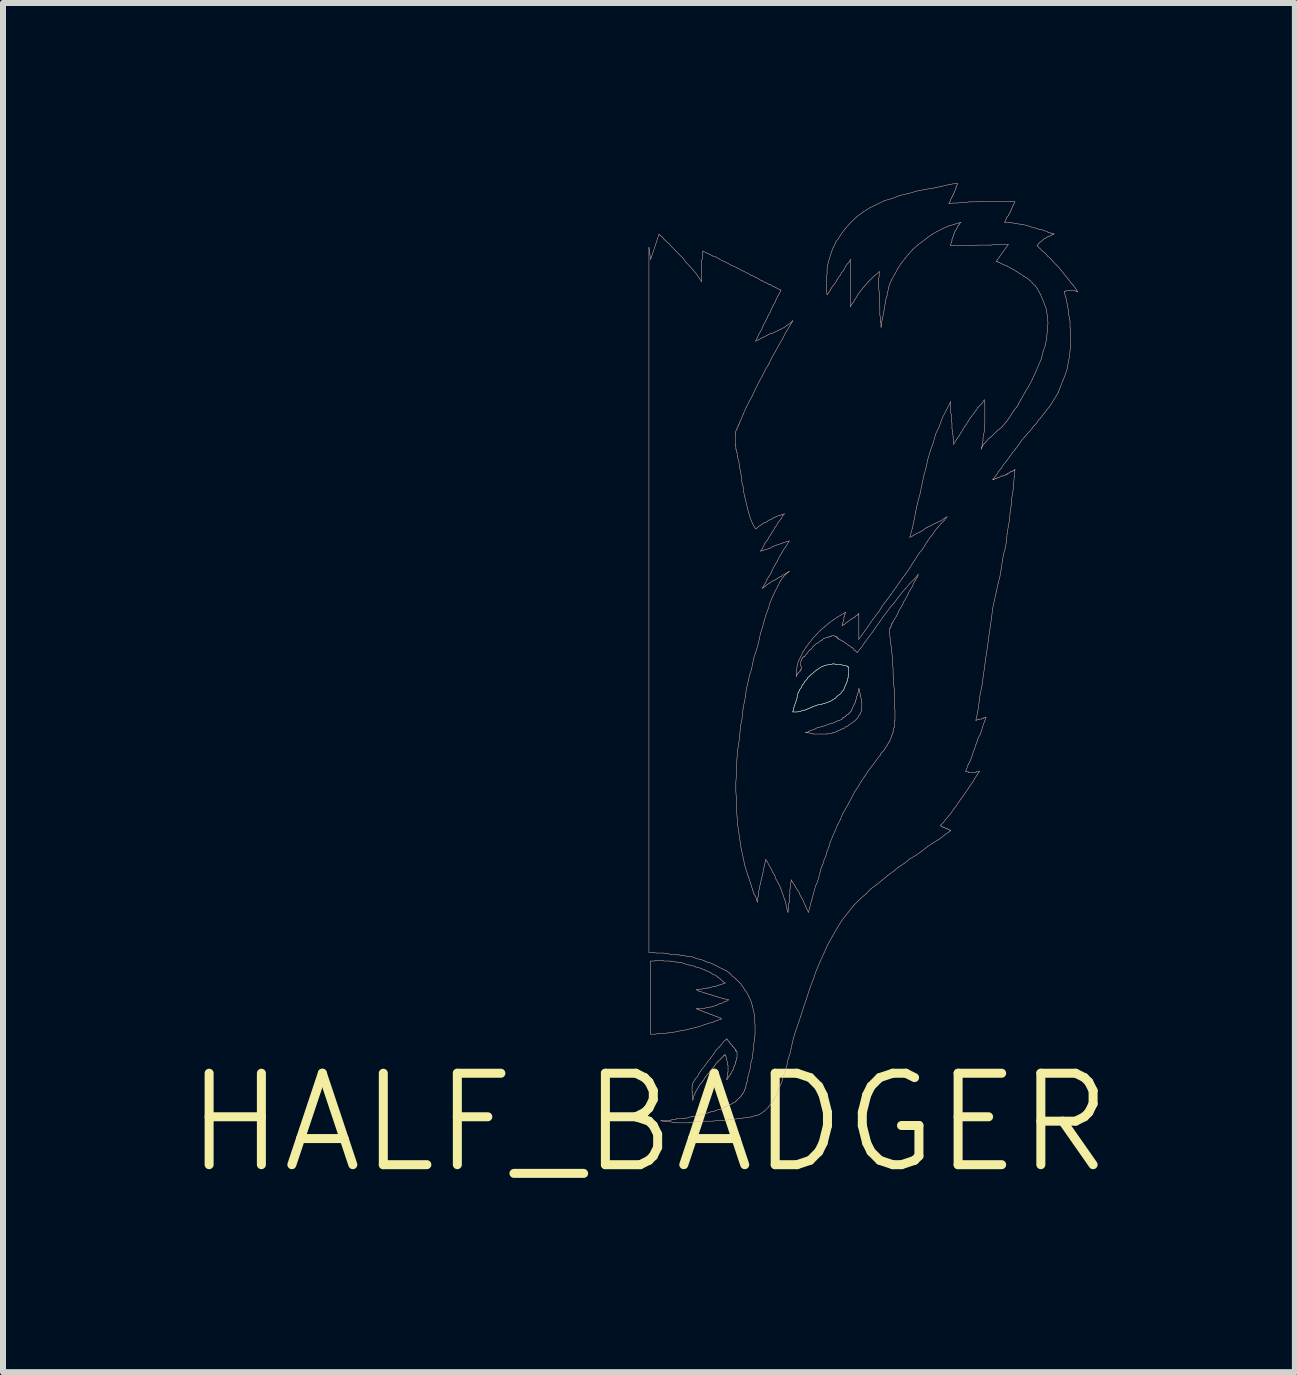
<source format=kicad_pcb>
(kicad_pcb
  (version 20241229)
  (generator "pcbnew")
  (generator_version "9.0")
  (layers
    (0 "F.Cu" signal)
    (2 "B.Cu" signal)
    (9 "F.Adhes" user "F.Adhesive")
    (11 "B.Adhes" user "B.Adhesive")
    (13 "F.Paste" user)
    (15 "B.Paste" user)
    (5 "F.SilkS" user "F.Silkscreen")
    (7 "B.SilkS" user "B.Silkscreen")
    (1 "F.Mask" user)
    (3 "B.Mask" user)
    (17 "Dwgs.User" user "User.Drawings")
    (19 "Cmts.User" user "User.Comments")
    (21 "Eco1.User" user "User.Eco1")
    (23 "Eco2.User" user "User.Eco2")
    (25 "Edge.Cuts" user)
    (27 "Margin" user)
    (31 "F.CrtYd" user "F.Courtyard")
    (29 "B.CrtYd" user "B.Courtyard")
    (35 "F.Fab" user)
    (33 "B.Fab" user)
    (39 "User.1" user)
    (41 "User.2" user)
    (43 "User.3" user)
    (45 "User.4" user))
  (footprint "HALF_BADGER"
    (layer "F.Cu")
    (at 7.765 15.663)
    (property "Reference" "HALF_BADGER" (at 0 0 0) (layer "F.SilkS") (effects (font (size 1.524 1.524) (thickness 0.15))))
    (attr exclude_from_pos_files exclude_from_bom)
    (fp_line (start 2.398 -6.858) (end 2.398 -6.848) (stroke (width 0.008) (type solid)) (layer "B.Cu"))
    (fp_line (start 2.398 -6.848) (end 2.479 -6.848) (stroke (width 0.008) (type solid)) (layer "B.Cu"))
    (fp_line (start 2.408 -6.899) (end 2.408 -6.878) (stroke (width 0.008) (type solid)) (layer "B.Cu"))
    (fp_line (start 2.408 -6.878) (end 2.398 -6.858) (stroke (width 0.008) (type solid)) (layer "B.Cu"))
    (fp_line (start 2.418 -6.929) (end 2.408 -6.899) (stroke (width 0.008) (type solid)) (layer "B.Cu"))
    (fp_line (start 2.428 -6.96) (end 2.418 -6.929) (stroke (width 0.008) (type solid)) (layer "B.Cu"))
    (fp_line (start 2.438 -6.988) (end 2.428 -6.96) (stroke (width 0.008) (type solid)) (layer "B.Cu"))
    (fp_line (start 2.449 -7.018) (end 2.438 -6.988) (stroke (width 0.008) (type solid)) (layer "B.Cu"))
    (fp_line (start 2.459 -7.048) (end 2.449 -7.018) (stroke (width 0.008) (type solid)) (layer "B.Cu"))
    (fp_line (start 2.469 -7.089) (end 2.459 -7.048) (stroke (width 0.008) (type solid)) (layer "B.Cu"))
    (fp_line (start 2.479 -7.148) (end 2.479 -7.12) (stroke (width 0.008) (type solid)) (layer "B.Cu"))
    (fp_line (start 2.479 -7.12) (end 2.469 -7.089) (stroke (width 0.008) (type solid)) (layer "B.Cu"))
    (fp_line (start 2.479 -6.848) (end 2.499 -6.858) (stroke (width 0.008) (type solid)) (layer "B.Cu"))
    (fp_line (start 2.489 -7.168) (end 2.479 -7.148) (stroke (width 0.008) (type solid)) (layer "B.Cu"))
    (fp_line (start 2.499 -7.188) (end 2.489 -7.168) (stroke (width 0.008) (type solid)) (layer "B.Cu"))
    (fp_line (start 2.499 -6.858) (end 2.53 -6.858) (stroke (width 0.008) (type solid)) (layer "B.Cu"))
    (fp_line (start 2.51 -7.219) (end 2.51 -7.209) (stroke (width 0.008) (type solid)) (layer "B.Cu"))
    (fp_line (start 2.51 -7.209) (end 2.499 -7.188) (stroke (width 0.008) (type solid)) (layer "B.Cu"))
    (fp_line (start 2.53 -7.239) (end 2.51 -7.219) (stroke (width 0.008) (type solid)) (layer "B.Cu"))
    (fp_line (start 2.53 -6.858) (end 2.548 -6.868) (stroke (width 0.008) (type solid)) (layer "B.Cu"))
    (fp_line (start 2.54 -7.259) (end 2.53 -7.239) (stroke (width 0.008) (type solid)) (layer "B.Cu"))
    (fp_line (start 2.548 -7.28) (end 2.54 -7.259) (stroke (width 0.008) (type solid)) (layer "B.Cu"))
    (fp_line (start 2.548 -6.868) (end 2.578 -6.878) (stroke (width 0.008) (type solid)) (layer "B.Cu"))
    (fp_line (start 2.558 -7.3) (end 2.548 -7.28) (stroke (width 0.008) (type solid)) (layer "B.Cu"))
    (fp_line (start 2.578 -7.318) (end 2.558 -7.3) (stroke (width 0.008) (type solid)) (layer "B.Cu"))
    (fp_line (start 2.578 -6.878) (end 2.598 -6.878) (stroke (width 0.008) (type solid)) (layer "B.Cu"))
    (fp_line (start 2.588 -7.338) (end 2.578 -7.318) (stroke (width 0.008) (type solid)) (layer "B.Cu"))
    (fp_line (start 2.598 -7.358) (end 2.588 -7.338) (stroke (width 0.008) (type solid)) (layer "B.Cu"))
    (fp_line (start 2.598 -6.878) (end 2.619 -6.888) (stroke (width 0.008) (type solid)) (layer "B.Cu"))
    (fp_line (start 2.619 -7.379) (end 2.598 -7.358) (stroke (width 0.008) (type solid)) (layer "B.Cu"))
    (fp_line (start 2.619 -6.888) (end 2.649 -6.899) (stroke (width 0.008) (type solid)) (layer "B.Cu"))
    (fp_line (start 2.639 -7.399) (end 2.619 -7.379) (stroke (width 0.008) (type solid)) (layer "B.Cu"))
    (fp_line (start 2.649 -7.419) (end 2.639 -7.399) (stroke (width 0.008) (type solid)) (layer "B.Cu"))
    (fp_line (start 2.649 -6.899) (end 2.67 -6.909) (stroke (width 0.008) (type solid)) (layer "B.Cu"))
    (fp_line (start 2.67 -7.44) (end 2.649 -7.419) (stroke (width 0.008) (type solid)) (layer "B.Cu"))
    (fp_line (start 2.67 -6.909) (end 2.697 -6.919) (stroke (width 0.008) (type solid)) (layer "B.Cu"))
    (fp_line (start 2.69 -7.46) (end 2.67 -7.44) (stroke (width 0.008) (type solid)) (layer "B.Cu"))
    (fp_line (start 2.697 -6.919) (end 2.718 -6.929) (stroke (width 0.008) (type solid)) (layer "B.Cu"))
    (fp_line (start 2.708 -7.478) (end 2.69 -7.46) (stroke (width 0.008) (type solid)) (layer "B.Cu"))
    (fp_line (start 2.718 -6.929) (end 2.738 -6.939) (stroke (width 0.008) (type solid)) (layer "B.Cu"))
    (fp_line (start 2.728 -7.488) (end 2.708 -7.478) (stroke (width 0.008) (type solid)) (layer "B.Cu"))
    (fp_line (start 2.738 -6.939) (end 2.769 -6.949) (stroke (width 0.008) (type solid)) (layer "B.Cu"))
    (fp_line (start 2.748 -7.508) (end 2.728 -7.488) (stroke (width 0.008) (type solid)) (layer "B.Cu"))
    (fp_line (start 2.769 -7.529) (end 2.748 -7.508) (stroke (width 0.008) (type solid)) (layer "B.Cu"))
    (fp_line (start 2.769 -6.949) (end 2.799 -6.96) (stroke (width 0.008) (type solid)) (layer "B.Cu"))
    (fp_line (start 2.799 -7.549) (end 2.769 -7.529) (stroke (width 0.008) (type solid)) (layer "B.Cu"))
    (fp_line (start 2.799 -6.96) (end 2.83 -6.97) (stroke (width 0.008) (type solid)) (layer "B.Cu"))
    (fp_line (start 2.83 -7.569) (end 2.799 -7.549) (stroke (width 0.008) (type solid)) (layer "B.Cu"))
    (fp_line (start 2.83 -6.97) (end 2.857 -6.97) (stroke (width 0.008) (type solid)) (layer "B.Cu"))
    (fp_line (start 2.857 -7.59) (end 2.83 -7.569) (stroke (width 0.008) (type solid)) (layer "B.Cu"))
    (fp_line (start 2.857 -6.97) (end 2.888 -6.98) (stroke (width 0.008) (type solid)) (layer "B.Cu"))
    (fp_line (start 2.888 -6.98) (end 2.918 -6.988) (stroke (width 0.008) (type solid)) (layer "B.Cu"))
    (fp_line (start 2.898 -7.61) (end 2.857 -7.59) (stroke (width 0.008) (type solid)) (layer "B.Cu"))
    (fp_line (start 2.918 -6.988) (end 2.949 -6.998) (stroke (width 0.008) (type solid)) (layer "B.Cu"))
    (fp_line (start 2.929 -7.62) (end 2.898 -7.61) (stroke (width 0.008) (type solid)) (layer "B.Cu"))
    (fp_line (start 2.949 -6.998) (end 2.979 -7.008) (stroke (width 0.008) (type solid)) (layer "B.Cu"))
    (fp_line (start 2.959 -7.628) (end 2.929 -7.62) (stroke (width 0.008) (type solid)) (layer "B.Cu"))
    (fp_line (start 2.979 -7.008) (end 3 -7.018) (stroke (width 0.008) (type solid)) (layer "B.Cu"))
    (fp_line (start 2.99 -7.638) (end 2.959 -7.628) (stroke (width 0.008) (type solid)) (layer "B.Cu"))
    (fp_line (start 3 -7.018) (end 3.028 -7.028) (stroke (width 0.008) (type solid)) (layer "B.Cu"))
    (fp_line (start 3.028 -7.638) (end 2.99 -7.638) (stroke (width 0.008) (type solid)) (layer "B.Cu"))
    (fp_line (start 3.028 -7.028) (end 3.058 -7.048) (stroke (width 0.008) (type solid)) (layer "B.Cu"))
    (fp_line (start 3.058 -7.648) (end 3.028 -7.638) (stroke (width 0.008) (type solid)) (layer "B.Cu"))
    (fp_line (start 3.058 -7.048) (end 3.078 -7.059) (stroke (width 0.008) (type solid)) (layer "B.Cu"))
    (fp_line (start 3.078 -7.059) (end 3.109 -7.079) (stroke (width 0.008) (type solid)) (layer "B.Cu"))
    (fp_line (start 3.089 -7.648) (end 3.058 -7.648) (stroke (width 0.008) (type solid)) (layer "B.Cu"))
    (fp_line (start 3.109 -7.079) (end 3.129 -7.099) (stroke (width 0.008) (type solid)) (layer "B.Cu"))
    (fp_line (start 3.129 -7.638) (end 3.089 -7.648) (stroke (width 0.008) (type solid)) (layer "B.Cu"))
    (fp_line (start 3.129 -7.099) (end 3.15 -7.12) (stroke (width 0.008) (type solid)) (layer "B.Cu"))
    (fp_line (start 3.15 -7.12) (end 3.178 -7.14) (stroke (width 0.008) (type solid)) (layer "B.Cu"))
    (fp_line (start 3.178 -7.14) (end 3.198 -7.158) (stroke (width 0.008) (type solid)) (layer "B.Cu"))
    (fp_line (start 3.198 -7.638) (end 3.129 -7.638) (stroke (width 0.008) (type solid)) (layer "B.Cu"))
    (fp_line (start 3.198 -7.158) (end 3.218 -7.188) (stroke (width 0.008) (type solid)) (layer "B.Cu"))
    (fp_line (start 3.218 -7.188) (end 3.239 -7.209) (stroke (width 0.008) (type solid)) (layer "B.Cu"))
    (fp_line (start 3.228 -7.628) (end 3.198 -7.638) (stroke (width 0.008) (type solid)) (layer "B.Cu"))
    (fp_line (start 3.239 -7.209) (end 3.249 -7.229) (stroke (width 0.008) (type solid)) (layer "B.Cu"))
    (fp_line (start 3.249 -7.229) (end 3.259 -7.249) (stroke (width 0.008) (type solid)) (layer "B.Cu"))
    (fp_line (start 3.259 -7.249) (end 3.269 -7.28) (stroke (width 0.008) (type solid)) (layer "B.Cu"))
    (fp_line (start 3.269 -7.62) (end 3.228 -7.628) (stroke (width 0.008) (type solid)) (layer "B.Cu"))
    (fp_line (start 3.269 -7.28) (end 3.279 -7.3) (stroke (width 0.008) (type solid)) (layer "B.Cu"))
    (fp_line (start 3.279 -7.3) (end 3.289 -7.318) (stroke (width 0.008) (type solid)) (layer "B.Cu"))
    (fp_line (start 3.289 -7.318) (end 3.299 -7.348) (stroke (width 0.008) (type solid)) (layer "B.Cu"))
    (fp_line (start 3.299 -7.348) (end 3.31 -7.369) (stroke (width 0.008) (type solid)) (layer "B.Cu"))
    (fp_line (start 3.31 -7.61) (end 3.269 -7.62) (stroke (width 0.008) (type solid)) (layer "B.Cu"))
    (fp_line (start 3.31 -7.6) (end 3.31 -7.61) (stroke (width 0.008) (type solid)) (layer "B.Cu"))
    (fp_line (start 3.31 -7.399) (end 3.32 -7.419) (stroke (width 0.008) (type solid)) (layer "B.Cu"))
    (fp_line (start 3.31 -7.369) (end 3.31 -7.399) (stroke (width 0.008) (type solid)) (layer "B.Cu"))
    (fp_line (start 3.32 -7.6) (end 3.31 -7.6) (stroke (width 0.008) (type solid)) (layer "B.Cu"))
    (fp_line (start 3.32 -7.59) (end 3.32 -7.6) (stroke (width 0.008) (type solid)) (layer "B.Cu"))
    (fp_line (start 3.32 -7.45) (end 3.33 -7.478) (stroke (width 0.008) (type solid)) (layer "B.Cu"))
    (fp_line (start 3.32 -7.419) (end 3.32 -7.45) (stroke (width 0.008) (type solid)) (layer "B.Cu"))
    (fp_line (start 3.33 -7.59) (end 3.32 -7.59) (stroke (width 0.008) (type solid)) (layer "B.Cu"))
    (fp_line (start 3.33 -7.478) (end 3.33 -7.59) (stroke (width 0.008) (type solid)) (layer "B.Cu"))
    (fp_line (start 2.398 -6.858) (end 2.398 -6.848) (stroke (width 0.008) (type solid)) (layer "F.SilkS"))
    (fp_line (start 2.398 -6.848) (end 2.479 -6.848) (stroke (width 0.008) (type solid)) (layer "F.SilkS"))
    (fp_line (start 2.408 -6.899) (end 2.408 -6.878) (stroke (width 0.008) (type solid)) (layer "F.SilkS"))
    (fp_line (start 2.408 -6.878) (end 2.398 -6.858) (stroke (width 0.008) (type solid)) (layer "F.SilkS"))
    (fp_line (start 2.418 -6.929) (end 2.408 -6.899) (stroke (width 0.008) (type solid)) (layer "F.SilkS"))
    (fp_line (start 2.428 -6.96) (end 2.418 -6.929) (stroke (width 0.008) (type solid)) (layer "F.SilkS"))
    (fp_line (start 2.438 -6.988) (end 2.428 -6.96) (stroke (width 0.008) (type solid)) (layer "F.SilkS"))
    (fp_line (start 2.449 -7.018) (end 2.438 -6.988) (stroke (width 0.008) (type solid)) (layer "F.SilkS"))
    (fp_line (start 2.459 -7.048) (end 2.449 -7.018) (stroke (width 0.008) (type solid)) (layer "F.SilkS"))
    (fp_line (start 2.469 -7.089) (end 2.459 -7.048) (stroke (width 0.008) (type solid)) (layer "F.SilkS"))
    (fp_line (start 2.479 -7.148) (end 2.479 -7.12) (stroke (width 0.008) (type solid)) (layer "F.SilkS"))
    (fp_line (start 2.479 -7.12) (end 2.469 -7.089) (stroke (width 0.008) (type solid)) (layer "F.SilkS"))
    (fp_line (start 2.479 -6.848) (end 2.499 -6.858) (stroke (width 0.008) (type solid)) (layer "F.SilkS"))
    (fp_line (start 2.489 -7.168) (end 2.479 -7.148) (stroke (width 0.008) (type solid)) (layer "F.SilkS"))
    (fp_line (start 2.499 -7.188) (end 2.489 -7.168) (stroke (width 0.008) (type solid)) (layer "F.SilkS"))
    (fp_line (start 2.499 -6.858) (end 2.53 -6.858) (stroke (width 0.008) (type solid)) (layer "F.SilkS"))
    (fp_line (start 2.51 -7.219) (end 2.51 -7.209) (stroke (width 0.008) (type solid)) (layer "F.SilkS"))
    (fp_line (start 2.51 -7.209) (end 2.499 -7.188) (stroke (width 0.008) (type solid)) (layer "F.SilkS"))
    (fp_line (start 2.53 -7.239) (end 2.51 -7.219) (stroke (width 0.008) (type solid)) (layer "F.SilkS"))
    (fp_line (start 2.53 -6.858) (end 2.548 -6.868) (stroke (width 0.008) (type solid)) (layer "F.SilkS"))
    (fp_line (start 2.54 -7.259) (end 2.53 -7.239) (stroke (width 0.008) (type solid)) (layer "F.SilkS"))
    (fp_line (start 2.548 -7.28) (end 2.54 -7.259) (stroke (width 0.008) (type solid)) (layer "F.SilkS"))
    (fp_line (start 2.548 -6.868) (end 2.578 -6.878) (stroke (width 0.008) (type solid)) (layer "F.SilkS"))
    (fp_line (start 2.558 -7.3) (end 2.548 -7.28) (stroke (width 0.008) (type solid)) (layer "F.SilkS"))
    (fp_line (start 2.578 -7.318) (end 2.558 -7.3) (stroke (width 0.008) (type solid)) (layer "F.SilkS"))
    (fp_line (start 2.578 -6.878) (end 2.598 -6.878) (stroke (width 0.008) (type solid)) (layer "F.SilkS"))
    (fp_line (start 2.588 -7.338) (end 2.578 -7.318) (stroke (width 0.008) (type solid)) (layer "F.SilkS"))
    (fp_line (start 2.598 -7.358) (end 2.588 -7.338) (stroke (width 0.008) (type solid)) (layer "F.SilkS"))
    (fp_line (start 2.598 -6.878) (end 2.619 -6.888) (stroke (width 0.008) (type solid)) (layer "F.SilkS"))
    (fp_line (start 2.619 -7.379) (end 2.598 -7.358) (stroke (width 0.008) (type solid)) (layer "F.SilkS"))
    (fp_line (start 2.619 -6.888) (end 2.649 -6.899) (stroke (width 0.008) (type solid)) (layer "F.SilkS"))
    (fp_line (start 2.639 -7.399) (end 2.619 -7.379) (stroke (width 0.008) (type solid)) (layer "F.SilkS"))
    (fp_line (start 2.649 -7.419) (end 2.639 -7.399) (stroke (width 0.008) (type solid)) (layer "F.SilkS"))
    (fp_line (start 2.649 -6.899) (end 2.67 -6.909) (stroke (width 0.008) (type solid)) (layer "F.SilkS"))
    (fp_line (start 2.67 -7.44) (end 2.649 -7.419) (stroke (width 0.008) (type solid)) (layer "F.SilkS"))
    (fp_line (start 2.67 -6.909) (end 2.697 -6.919) (stroke (width 0.008) (type solid)) (layer "F.SilkS"))
    (fp_line (start 2.69 -7.46) (end 2.67 -7.44) (stroke (width 0.008) (type solid)) (layer "F.SilkS"))
    (fp_line (start 2.697 -6.919) (end 2.718 -6.929) (stroke (width 0.008) (type solid)) (layer "F.SilkS"))
    (fp_line (start 2.708 -7.478) (end 2.69 -7.46) (stroke (width 0.008) (type solid)) (layer "F.SilkS"))
    (fp_line (start 2.718 -6.929) (end 2.738 -6.939) (stroke (width 0.008) (type solid)) (layer "F.SilkS"))
    (fp_line (start 2.728 -7.488) (end 2.708 -7.478) (stroke (width 0.008) (type solid)) (layer "F.SilkS"))
    (fp_line (start 2.738 -6.939) (end 2.769 -6.949) (stroke (width 0.008) (type solid)) (layer "F.SilkS"))
    (fp_line (start 2.748 -7.508) (end 2.728 -7.488) (stroke (width 0.008) (type solid)) (layer "F.SilkS"))
    (fp_line (start 2.769 -7.529) (end 2.748 -7.508) (stroke (width 0.008) (type solid)) (layer "F.SilkS"))
    (fp_line (start 2.769 -6.949) (end 2.799 -6.96) (stroke (width 0.008) (type solid)) (layer "F.SilkS"))
    (fp_line (start 2.799 -7.549) (end 2.769 -7.529) (stroke (width 0.008) (type solid)) (layer "F.SilkS"))
    (fp_line (start 2.799 -6.96) (end 2.83 -6.97) (stroke (width 0.008) (type solid)) (layer "F.SilkS"))
    (fp_line (start 2.83 -7.569) (end 2.799 -7.549) (stroke (width 0.008) (type solid)) (layer "F.SilkS"))
    (fp_line (start 2.83 -6.97) (end 2.857 -6.97) (stroke (width 0.008) (type solid)) (layer "F.SilkS"))
    (fp_line (start 2.857 -7.59) (end 2.83 -7.569) (stroke (width 0.008) (type solid)) (layer "F.SilkS"))
    (fp_line (start 2.857 -6.97) (end 2.888 -6.98) (stroke (width 0.008) (type solid)) (layer "F.SilkS"))
    (fp_line (start 2.888 -6.98) (end 2.918 -6.988) (stroke (width 0.008) (type solid)) (layer "F.SilkS"))
    (fp_line (start 2.898 -7.61) (end 2.857 -7.59) (stroke (width 0.008) (type solid)) (layer "F.SilkS"))
    (fp_line (start 2.918 -6.988) (end 2.949 -6.998) (stroke (width 0.008) (type solid)) (layer "F.SilkS"))
    (fp_line (start 2.929 -7.62) (end 2.898 -7.61) (stroke (width 0.008) (type solid)) (layer "F.SilkS"))
    (fp_line (start 2.949 -6.998) (end 2.979 -7.008) (stroke (width 0.008) (type solid)) (layer "F.SilkS"))
    (fp_line (start 2.959 -7.628) (end 2.929 -7.62) (stroke (width 0.008) (type solid)) (layer "F.SilkS"))
    (fp_line (start 2.979 -7.008) (end 3 -7.018) (stroke (width 0.008) (type solid)) (layer "F.SilkS"))
    (fp_line (start 2.99 -7.638) (end 2.959 -7.628) (stroke (width 0.008) (type solid)) (layer "F.SilkS"))
    (fp_line (start 3 -7.018) (end 3.028 -7.028) (stroke (width 0.008) (type solid)) (layer "F.SilkS"))
    (fp_line (start 3.028 -7.638) (end 2.99 -7.638) (stroke (width 0.008) (type solid)) (layer "F.SilkS"))
    (fp_line (start 3.028 -7.028) (end 3.058 -7.048) (stroke (width 0.008) (type solid)) (layer "F.SilkS"))
    (fp_line (start 3.058 -7.648) (end 3.028 -7.638) (stroke (width 0.008) (type solid)) (layer "F.SilkS"))
    (fp_line (start 3.058 -7.048) (end 3.078 -7.059) (stroke (width 0.008) (type solid)) (layer "F.SilkS"))
    (fp_line (start 3.078 -7.059) (end 3.109 -7.079) (stroke (width 0.008) (type solid)) (layer "F.SilkS"))
    (fp_line (start 3.089 -7.648) (end 3.058 -7.648) (stroke (width 0.008) (type solid)) (layer "F.SilkS"))
    (fp_line (start 3.109 -7.079) (end 3.129 -7.099) (stroke (width 0.008) (type solid)) (layer "F.SilkS"))
    (fp_line (start 3.129 -7.638) (end 3.089 -7.648) (stroke (width 0.008) (type solid)) (layer "F.SilkS"))
    (fp_line (start 3.129 -7.099) (end 3.15 -7.12) (stroke (width 0.008) (type solid)) (layer "F.SilkS"))
    (fp_line (start 3.15 -7.12) (end 3.178 -7.14) (stroke (width 0.008) (type solid)) (layer "F.SilkS"))
    (fp_line (start 3.178 -7.14) (end 3.198 -7.158) (stroke (width 0.008) (type solid)) (layer "F.SilkS"))
    (fp_line (start 3.198 -7.638) (end 3.129 -7.638) (stroke (width 0.008) (type solid)) (layer "F.SilkS"))
    (fp_line (start 3.198 -7.158) (end 3.218 -7.188) (stroke (width 0.008) (type solid)) (layer "F.SilkS"))
    (fp_line (start 3.218 -7.188) (end 3.239 -7.209) (stroke (width 0.008) (type solid)) (layer "F.SilkS"))
    (fp_line (start 3.228 -7.628) (end 3.198 -7.638) (stroke (width 0.008) (type solid)) (layer "F.SilkS"))
    (fp_line (start 3.239 -7.209) (end 3.249 -7.229) (stroke (width 0.008) (type solid)) (layer "F.SilkS"))
    (fp_line (start 3.249 -7.229) (end 3.259 -7.249) (stroke (width 0.008) (type solid)) (layer "F.SilkS"))
    (fp_line (start 3.259 -7.249) (end 3.269 -7.28) (stroke (width 0.008) (type solid)) (layer "F.SilkS"))
    (fp_line (start 3.269 -7.62) (end 3.228 -7.628) (stroke (width 0.008) (type solid)) (layer "F.SilkS"))
    (fp_line (start 3.269 -7.28) (end 3.279 -7.3) (stroke (width 0.008) (type solid)) (layer "F.SilkS"))
    (fp_line (start 3.279 -7.3) (end 3.289 -7.318) (stroke (width 0.008) (type solid)) (layer "F.SilkS"))
    (fp_line (start 3.289 -7.318) (end 3.299 -7.348) (stroke (width 0.008) (type solid)) (layer "F.SilkS"))
    (fp_line (start 3.299 -7.348) (end 3.31 -7.369) (stroke (width 0.008) (type solid)) (layer "F.SilkS"))
    (fp_line (start 3.31 -7.61) (end 3.269 -7.62) (stroke (width 0.008) (type solid)) (layer "F.SilkS"))
    (fp_line (start 3.31 -7.6) (end 3.31 -7.61) (stroke (width 0.008) (type solid)) (layer "F.SilkS"))
    (fp_line (start 3.31 -7.399) (end 3.32 -7.419) (stroke (width 0.008) (type solid)) (layer "F.SilkS"))
    (fp_line (start 3.31 -7.369) (end 3.31 -7.399) (stroke (width 0.008) (type solid)) (layer "F.SilkS"))
    (fp_line (start 3.32 -7.6) (end 3.31 -7.6) (stroke (width 0.008) (type solid)) (layer "F.SilkS"))
    (fp_line (start 3.32 -7.59) (end 3.32 -7.6) (stroke (width 0.008) (type solid)) (layer "F.SilkS"))
    (fp_line (start 3.32 -7.45) (end 3.33 -7.478) (stroke (width 0.008) (type solid)) (layer "F.SilkS"))
    (fp_line (start 3.32 -7.419) (end 3.32 -7.45) (stroke (width 0.008) (type solid)) (layer "F.SilkS"))
    (fp_line (start 3.33 -7.59) (end 3.32 -7.59) (stroke (width 0.008) (type solid)) (layer "F.SilkS"))
    (fp_line (start 3.33 -7.478) (end 3.33 -7.59) (stroke (width 0.008) (type solid)) (layer "F.SilkS"))
    (fp_line (start 0 -14.59) (end 0 -2.84) (stroke (width 0.008) (type solid)) (layer "B.SilkS"))
    (fp_line (start 0 -2.84) (end 0.079 -2.84) (stroke (width 0.008) (type solid)) (layer "B.SilkS"))
    (fp_line (start 0.028 -14.389) (end 0 -14.59) (stroke (width 0.008) (type solid)) (layer "B.SilkS"))
    (fp_line (start 0.028 -2.697) (end 0.028 -1.478) (stroke (width 0.008) (type solid)) (layer "B.SilkS"))
    (fp_line (start 0.028 -1.478) (end 0.099 -1.478) (stroke (width 0.008) (type solid)) (layer "B.SilkS"))
    (fp_line (start 0.079 -2.84) (end 0.119 -2.83) (stroke (width 0.008) (type solid)) (layer "B.SilkS"))
    (fp_line (start 0.089 -2.697) (end 0.028 -2.697) (stroke (width 0.008) (type solid)) (layer "B.SilkS"))
    (fp_line (start 0.099 -1.478) (end 0.168 -1.488) (stroke (width 0.008) (type solid)) (layer "B.SilkS"))
    (fp_line (start 0.119 -2.83) (end 0.239 -2.83) (stroke (width 0.008) (type solid)) (layer "B.SilkS"))
    (fp_line (start 0.119 -2.708) (end 0.089 -2.697) (stroke (width 0.008) (type solid)) (layer "B.SilkS"))
    (fp_line (start 0.168 -14.808) (end 0.028 -14.389) (stroke (width 0.008) (type solid)) (layer "B.SilkS"))
    (fp_line (start 0.168 -1.488) (end 0.239 -1.488) (stroke (width 0.008) (type solid)) (layer "B.SilkS"))
    (fp_line (start 0.178 -14.808) (end 0.168 -14.808) (stroke (width 0.008) (type solid)) (layer "B.SilkS"))
    (fp_line (start 0.188 -14.788) (end 0.178 -14.808) (stroke (width 0.008) (type solid)) (layer "B.SilkS"))
    (fp_line (start 0.198 -0.038) (end 0.229 -0.028) (stroke (width 0.008) (type solid)) (layer "B.SilkS"))
    (fp_line (start 0.218 -14.768) (end 0.188 -14.788) (stroke (width 0.008) (type solid)) (layer "B.SilkS"))
    (fp_line (start 0.218 -2.708) (end 0.119 -2.708) (stroke (width 0.008) (type solid)) (layer "B.SilkS"))
    (fp_line (start 0.229 -0.028) (end 0.259 -0.028) (stroke (width 0.008) (type solid)) (layer "B.SilkS"))
    (fp_line (start 0.239 -2.83) (end 0.279 -2.819) (stroke (width 0.008) (type solid)) (layer "B.SilkS"))
    (fp_line (start 0.239 -1.488) (end 0.318 -1.499) (stroke (width 0.008) (type solid)) (layer "B.SilkS"))
    (fp_line (start 0.249 -14.729) (end 0.218 -14.768) (stroke (width 0.008) (type solid)) (layer "B.SilkS"))
    (fp_line (start 0.249 -2.697) (end 0.218 -2.708) (stroke (width 0.008) (type solid)) (layer "B.SilkS"))
    (fp_line (start 0.259 -0.028) (end 0.3 -0.018) (stroke (width 0.008) (type solid)) (layer "B.SilkS"))
    (fp_line (start 0.279 -2.819) (end 0.318 -2.819) (stroke (width 0.008) (type solid)) (layer "B.SilkS"))
    (fp_line (start 0.29 -14.689) (end 0.249 -14.729) (stroke (width 0.008) (type solid)) (layer "B.SilkS"))
    (fp_line (start 0.3 -0.018) (end 0.358 -0.018) (stroke (width 0.008) (type solid)) (layer "B.SilkS"))
    (fp_line (start 0.318 -2.819) (end 0.358 -2.809) (stroke (width 0.008) (type solid)) (layer "B.SilkS"))
    (fp_line (start 0.318 -1.499) (end 0.389 -1.509) (stroke (width 0.008) (type solid)) (layer "B.SilkS"))
    (fp_line (start 0.338 -14.648) (end 0.29 -14.689) (stroke (width 0.008) (type solid)) (layer "B.SilkS"))
    (fp_line (start 0.348 -2.697) (end 0.249 -2.697) (stroke (width 0.008) (type solid)) (layer "B.SilkS"))
    (fp_line (start 0.348 -0.038) (end 0.198 -0.038) (stroke (width 0.008) (type solid)) (layer "B.SilkS"))
    (fp_line (start 0.358 -2.809) (end 0.439 -2.809) (stroke (width 0.008) (type solid)) (layer "B.SilkS"))
    (fp_line (start 0.358 -0.018) (end 0.399 -0.008) (stroke (width 0.008) (type solid)) (layer "B.SilkS"))
    (fp_line (start 0.368 -0.048) (end 0.348 -0.038) (stroke (width 0.008) (type solid)) (layer "B.SilkS"))
    (fp_line (start 0.378 -2.69) (end 0.348 -2.697) (stroke (width 0.008) (type solid)) (layer "B.SilkS"))
    (fp_line (start 0.378 -0.048) (end 0.368 -0.048) (stroke (width 0.008) (type solid)) (layer "B.SilkS"))
    (fp_line (start 0.389 -14.59) (end 0.338 -14.648) (stroke (width 0.008) (type solid)) (layer "B.SilkS"))
    (fp_line (start 0.389 -1.509) (end 0.47 -1.519) (stroke (width 0.008) (type solid)) (layer "B.SilkS"))
    (fp_line (start 0.399 -0.058) (end 0.378 -0.048) (stroke (width 0.008) (type solid)) (layer "B.SilkS"))
    (fp_line (start 0.399 -0.008) (end 0.429 -0.008) (stroke (width 0.008) (type solid)) (layer "B.SilkS"))
    (fp_line (start 0.409 -2.69) (end 0.378 -2.69) (stroke (width 0.008) (type solid)) (layer "B.SilkS"))
    (fp_line (start 0.429 -0.008) (end 0.47 0) (stroke (width 0.008) (type solid)) (layer "B.SilkS"))
    (fp_line (start 0.439 -2.809) (end 0.47 -2.799) (stroke (width 0.008) (type solid)) (layer "B.SilkS"))
    (fp_line (start 0.439 -2.68) (end 0.409 -2.69) (stroke (width 0.008) (type solid)) (layer "B.SilkS"))
    (fp_line (start 0.45 -14.529) (end 0.389 -14.59) (stroke (width 0.008) (type solid)) (layer "B.SilkS"))
    (fp_line (start 0.45 -0.058) (end 0.399 -0.058) (stroke (width 0.008) (type solid)) (layer "B.SilkS"))
    (fp_line (start 0.46 -0.069) (end 0.45 -0.058) (stroke (width 0.008) (type solid)) (layer "B.SilkS"))
    (fp_line (start 0.47 -2.799) (end 0.508 -2.799) (stroke (width 0.008) (type solid)) (layer "B.SilkS"))
    (fp_line (start 0.47 -2.68) (end 0.439 -2.68) (stroke (width 0.008) (type solid)) (layer "B.SilkS"))
    (fp_line (start 0.47 -1.519) (end 0.538 -1.539) (stroke (width 0.008) (type solid)) (layer "B.SilkS"))
    (fp_line (start 0.47 0) (end 0.668 0) (stroke (width 0.008) (type solid)) (layer "B.SilkS"))
    (fp_line (start 0.498 -2.67) (end 0.47 -2.68) (stroke (width 0.008) (type solid)) (layer "B.SilkS"))
    (fp_line (start 0.508 -14.468) (end 0.45 -14.529) (stroke (width 0.008) (type solid)) (layer "B.SilkS"))
    (fp_line (start 0.508 -2.799) (end 0.549 -2.789) (stroke (width 0.008) (type solid)) (layer "B.SilkS"))
    (fp_line (start 0.538 -2.67) (end 0.498 -2.67) (stroke (width 0.008) (type solid)) (layer "B.SilkS"))
    (fp_line (start 0.538 -1.539) (end 0.62 -1.549) (stroke (width 0.008) (type solid)) (layer "B.SilkS"))
    (fp_line (start 0.549 -2.789) (end 0.579 -2.789) (stroke (width 0.008) (type solid)) (layer "B.SilkS"))
    (fp_line (start 0.569 -14.409) (end 0.508 -14.468) (stroke (width 0.008) (type solid)) (layer "B.SilkS"))
    (fp_line (start 0.569 -0.069) (end 0.46 -0.069) (stroke (width 0.008) (type solid)) (layer "B.SilkS"))
    (fp_line (start 0.579 -2.789) (end 0.62 -2.779) (stroke (width 0.008) (type solid)) (layer "B.SilkS"))
    (fp_line (start 0.579 -2.659) (end 0.538 -2.67) (stroke (width 0.008) (type solid)) (layer "B.SilkS"))
    (fp_line (start 0.599 -0.079) (end 0.569 -0.069) (stroke (width 0.008) (type solid)) (layer "B.SilkS"))
    (fp_line (start 0.62 -14.338) (end 0.569 -14.409) (stroke (width 0.008) (type solid)) (layer "B.SilkS"))
    (fp_line (start 0.62 -2.779) (end 0.658 -2.769) (stroke (width 0.008) (type solid)) (layer "B.SilkS"))
    (fp_line (start 0.62 -1.549) (end 0.699 -1.57) (stroke (width 0.008) (type solid)) (layer "B.SilkS"))
    (fp_line (start 0.63 -2.639) (end 0.579 -2.659) (stroke (width 0.008) (type solid)) (layer "B.SilkS"))
    (fp_line (start 0.63 -0.079) (end 0.599 -0.079) (stroke (width 0.008) (type solid)) (layer "B.SilkS"))
    (fp_line (start 0.658 -2.769) (end 0.709 -2.769) (stroke (width 0.008) (type solid)) (layer "B.SilkS"))
    (fp_line (start 0.658 -0.089) (end 0.63 -0.079) (stroke (width 0.008) (type solid)) (layer "B.SilkS"))
    (fp_line (start 0.668 0) (end 0.699 -0.008) (stroke (width 0.008) (type solid)) (layer "B.SilkS"))
    (fp_line (start 0.678 -14.28) (end 0.62 -14.338) (stroke (width 0.008) (type solid)) (layer "B.SilkS"))
    (fp_line (start 0.678 -2.629) (end 0.63 -2.639) (stroke (width 0.008) (type solid)) (layer "B.SilkS"))
    (fp_line (start 0.688 -0.099) (end 0.658 -0.089) (stroke (width 0.008) (type solid)) (layer "B.SilkS"))
    (fp_line (start 0.699 -1.57) (end 0.77 -1.587) (stroke (width 0.008) (type solid)) (layer "B.SilkS"))
    (fp_line (start 0.699 -0.008) (end 0.729 -0.008) (stroke (width 0.008) (type solid)) (layer "B.SilkS"))
    (fp_line (start 0.709 -2.769) (end 0.749 -2.758) (stroke (width 0.008) (type solid)) (layer "B.SilkS"))
    (fp_line (start 0.719 -0.61) (end 0.719 -0.518) (stroke (width 0.008) (type solid)) (layer "B.SilkS"))
    (fp_line (start 0.719 -0.518) (end 0.729 -0.498) (stroke (width 0.008) (type solid)) (layer "B.SilkS"))
    (fp_line (start 0.719 -0.099) (end 0.688 -0.099) (stroke (width 0.008) (type solid)) (layer "B.SilkS"))
    (fp_line (start 0.729 -2.619) (end 0.678 -2.629) (stroke (width 0.008) (type solid)) (layer "B.SilkS"))
    (fp_line (start 0.729 -0.658) (end 0.729 -0.63) (stroke (width 0.008) (type solid)) (layer "B.SilkS"))
    (fp_line (start 0.729 -0.63) (end 0.719 -0.61) (stroke (width 0.008) (type solid)) (layer "B.SilkS"))
    (fp_line (start 0.729 -0.498) (end 0.729 -0.378) (stroke (width 0.008) (type solid)) (layer "B.SilkS"))
    (fp_line (start 0.729 -0.378) (end 0.739 -0.399) (stroke (width 0.008) (type solid)) (layer "B.SilkS"))
    (fp_line (start 0.729 -0.008) (end 0.78 -0.018) (stroke (width 0.008) (type solid)) (layer "B.SilkS"))
    (fp_line (start 0.739 -14.209) (end 0.678 -14.28) (stroke (width 0.008) (type solid)) (layer "B.SilkS"))
    (fp_line (start 0.739 -0.419) (end 0.749 -0.45) (stroke (width 0.008) (type solid)) (layer "B.SilkS"))
    (fp_line (start 0.739 -0.399) (end 0.739 -0.419) (stroke (width 0.008) (type solid)) (layer "B.SilkS"))
    (fp_line (start 0.749 -2.758) (end 0.79 -2.738) (stroke (width 0.008) (type solid)) (layer "B.SilkS"))
    (fp_line (start 0.749 -0.688) (end 0.729 -0.658) (stroke (width 0.008) (type solid)) (layer "B.SilkS"))
    (fp_line (start 0.749 -0.45) (end 0.759 -0.47) (stroke (width 0.008) (type solid)) (layer "B.SilkS"))
    (fp_line (start 0.749 -0.109) (end 0.719 -0.099) (stroke (width 0.008) (type solid)) (layer "B.SilkS"))
    (fp_line (start 0.759 -0.47) (end 0.77 -0.498) (stroke (width 0.008) (type solid)) (layer "B.SilkS"))
    (fp_line (start 0.77 -1.587) (end 0.848 -1.608) (stroke (width 0.008) (type solid)) (layer "B.SilkS"))
    (fp_line (start 0.77 -0.729) (end 0.749 -0.688) (stroke (width 0.008) (type solid)) (layer "B.SilkS"))
    (fp_line (start 0.77 -0.498) (end 0.78 -0.518) (stroke (width 0.008) (type solid)) (layer "B.SilkS"))
    (fp_line (start 0.78 -2.598) (end 0.729 -2.619) (stroke (width 0.008) (type solid)) (layer "B.SilkS"))
    (fp_line (start 0.78 -0.518) (end 0.798 -0.549) (stroke (width 0.008) (type solid)) (layer "B.SilkS"))
    (fp_line (start 0.78 -0.109) (end 0.749 -0.109) (stroke (width 0.008) (type solid)) (layer "B.SilkS"))
    (fp_line (start 0.78 -0.018) (end 0.838 -0.018) (stroke (width 0.008) (type solid)) (layer "B.SilkS"))
    (fp_line (start 0.79 -14.148) (end 0.739 -14.209) (stroke (width 0.008) (type solid)) (layer "B.SilkS"))
    (fp_line (start 0.79 -2.738) (end 0.838 -2.728) (stroke (width 0.008) (type solid)) (layer "B.SilkS"))
    (fp_line (start 0.79 -2.22) (end 0.818 -2.22) (stroke (width 0.008) (type solid)) (layer "B.SilkS"))
    (fp_line (start 0.79 -1.9) (end 0.818 -1.908) (stroke (width 0.008) (type solid)) (layer "B.SilkS"))
    (fp_line (start 0.798 -0.549) (end 0.808 -0.569) (stroke (width 0.008) (type solid)) (layer "B.SilkS"))
    (fp_line (start 0.808 -0.77) (end 0.77 -0.729) (stroke (width 0.008) (type solid)) (layer "B.SilkS"))
    (fp_line (start 0.808 -0.569) (end 0.828 -0.599) (stroke (width 0.008) (type solid)) (layer "B.SilkS"))
    (fp_line (start 0.808 -0.119) (end 0.78 -0.109) (stroke (width 0.008) (type solid)) (layer "B.SilkS"))
    (fp_line (start 0.818 -2.22) (end 0.848 -2.228) (stroke (width 0.008) (type solid)) (layer "B.SilkS"))
    (fp_line (start 0.818 -2.2) (end 0.79 -2.22) (stroke (width 0.008) (type solid)) (layer "B.SilkS"))
    (fp_line (start 0.818 -1.908) (end 0.919 -1.908) (stroke (width 0.008) (type solid)) (layer "B.SilkS"))
    (fp_line (start 0.818 -1.89) (end 0.79 -1.9) (stroke (width 0.008) (type solid)) (layer "B.SilkS"))
    (fp_line (start 0.828 -2.588) (end 0.78 -2.598) (stroke (width 0.008) (type solid)) (layer "B.SilkS"))
    (fp_line (start 0.828 -0.599) (end 0.838 -0.62) (stroke (width 0.008) (type solid)) (layer "B.SilkS"))
    (fp_line (start 0.838 -14.079) (end 0.79 -14.148) (stroke (width 0.008) (type solid)) (layer "B.SilkS"))
    (fp_line (start 0.838 -2.728) (end 0.879 -2.718) (stroke (width 0.008) (type solid)) (layer "B.SilkS"))
    (fp_line (start 0.838 -1.88) (end 0.818 -1.89) (stroke (width 0.008) (type solid)) (layer "B.SilkS"))
    (fp_line (start 0.838 -0.828) (end 0.808 -0.77) (stroke (width 0.008) (type solid)) (layer "B.SilkS"))
    (fp_line (start 0.838 -0.62) (end 0.859 -0.648) (stroke (width 0.008) (type solid)) (layer "B.SilkS"))
    (fp_line (start 0.838 -0.13) (end 0.808 -0.119) (stroke (width 0.008) (type solid)) (layer "B.SilkS"))
    (fp_line (start 0.838 -0.018) (end 0.909 -0.028) (stroke (width 0.008) (type solid)) (layer "B.SilkS"))
    (fp_line (start 0.848 -2.228) (end 0.879 -2.228) (stroke (width 0.008) (type solid)) (layer "B.SilkS"))
    (fp_line (start 0.848 -2.189) (end 0.818 -2.2) (stroke (width 0.008) (type solid)) (layer "B.SilkS"))
    (fp_line (start 0.848 -1.608) (end 0.93 -1.638) (stroke (width 0.008) (type solid)) (layer "B.SilkS"))
    (fp_line (start 0.859 -0.648) (end 0.879 -0.668) (stroke (width 0.008) (type solid)) (layer "B.SilkS"))
    (fp_line (start 0.859 -0.14) (end 0.838 -0.13) (stroke (width 0.008) (type solid)) (layer "B.SilkS"))
    (fp_line (start 0.869 -1.869) (end 0.838 -1.88) (stroke (width 0.008) (type solid)) (layer "B.SilkS"))
    (fp_line (start 0.879 -14.369) (end 0.879 -14.018) (stroke (width 0.008) (type solid)) (layer "B.SilkS"))
    (fp_line (start 0.879 -14.018) (end 0.838 -14.079) (stroke (width 0.008) (type solid)) (layer "B.SilkS"))
    (fp_line (start 0.879 -2.718) (end 0.93 -2.697) (stroke (width 0.008) (type solid)) (layer "B.SilkS"))
    (fp_line (start 0.879 -2.568) (end 0.828 -2.588) (stroke (width 0.008) (type solid)) (layer "B.SilkS"))
    (fp_line (start 0.879 -2.228) (end 0.909 -2.238) (stroke (width 0.008) (type solid)) (layer "B.SilkS"))
    (fp_line (start 0.879 -0.889) (end 0.838 -0.828) (stroke (width 0.008) (type solid)) (layer "B.SilkS"))
    (fp_line (start 0.879 -0.668) (end 0.889 -0.688) (stroke (width 0.008) (type solid)) (layer "B.SilkS"))
    (fp_line (start 0.889 -14.468) (end 0.889 -14.399) (stroke (width 0.008) (type solid)) (layer "B.SilkS"))
    (fp_line (start 0.889 -14.399) (end 0.879 -14.369) (stroke (width 0.008) (type solid)) (layer "B.SilkS"))
    (fp_line (start 0.889 -2.179) (end 0.848 -2.189) (stroke (width 0.008) (type solid)) (layer "B.SilkS"))
    (fp_line (start 0.889 -0.688) (end 0.909 -0.709) (stroke (width 0.008) (type solid)) (layer "B.SilkS"))
    (fp_line (start 0.889 -0.14) (end 0.859 -0.14) (stroke (width 0.008) (type solid)) (layer "B.SilkS"))
    (fp_line (start 0.899 -14.529) (end 0.899 -14.498) (stroke (width 0.008) (type solid)) (layer "B.SilkS"))
    (fp_line (start 0.899 -14.498) (end 0.889 -14.468) (stroke (width 0.008) (type solid)) (layer "B.SilkS"))
    (fp_line (start 0.899 -1.859) (end 0.869 -1.869) (stroke (width 0.008) (type solid)) (layer "B.SilkS"))
    (fp_line (start 0.909 -2.238) (end 0.94 -2.238) (stroke (width 0.008) (type solid)) (layer "B.SilkS"))
    (fp_line (start 0.909 -0.709) (end 0.919 -0.729) (stroke (width 0.008) (type solid)) (layer "B.SilkS"))
    (fp_line (start 0.909 -0.028) (end 1.059 -0.028) (stroke (width 0.008) (type solid)) (layer "B.SilkS"))
    (fp_line (start 0.919 -2.169) (end 0.889 -2.179) (stroke (width 0.008) (type solid)) (layer "B.SilkS"))
    (fp_line (start 0.919 -1.908) (end 0.958 -1.918) (stroke (width 0.008) (type solid)) (layer "B.SilkS"))
    (fp_line (start 0.919 -1.849) (end 0.899 -1.859) (stroke (width 0.008) (type solid)) (layer "B.SilkS"))
    (fp_line (start 0.919 -0.729) (end 0.93 -0.749) (stroke (width 0.008) (type solid)) (layer "B.SilkS"))
    (fp_line (start 0.919 -0.15) (end 0.889 -0.14) (stroke (width 0.008) (type solid)) (layer "B.SilkS"))
    (fp_line (start 0.93 -2.697) (end 0.968 -2.68) (stroke (width 0.008) (type solid)) (layer "B.SilkS"))
    (fp_line (start 0.93 -2.548) (end 0.879 -2.568) (stroke (width 0.008) (type solid)) (layer "B.SilkS"))
    (fp_line (start 0.93 -1.638) (end 0.998 -1.659) (stroke (width 0.008) (type solid)) (layer "B.SilkS"))
    (fp_line (start 0.93 -0.95) (end 0.879 -0.889) (stroke (width 0.008) (type solid)) (layer "B.SilkS"))
    (fp_line (start 0.93 -0.749) (end 0.95 -0.77) (stroke (width 0.008) (type solid)) (layer "B.SilkS"))
    (fp_line (start 0.94 -2.238) (end 0.968 -2.248) (stroke (width 0.008) (type solid)) (layer "B.SilkS"))
    (fp_line (start 0.95 -2.159) (end 0.919 -2.169) (stroke (width 0.008) (type solid)) (layer "B.SilkS"))
    (fp_line (start 0.95 -1.839) (end 0.919 -1.849) (stroke (width 0.008) (type solid)) (layer "B.SilkS"))
    (fp_line (start 0.95 -0.77) (end 0.958 -0.79) (stroke (width 0.008) (type solid)) (layer "B.SilkS"))
    (fp_line (start 0.95 -0.157) (end 0.919 -0.15) (stroke (width 0.008) (type solid)) (layer "B.SilkS"))
    (fp_line (start 0.958 -14.498) (end 0.899 -14.529) (stroke (width 0.008) (type solid)) (layer "B.SilkS"))
    (fp_line (start 0.958 -1.918) (end 0.988 -1.928) (stroke (width 0.008) (type solid)) (layer "B.SilkS"))
    (fp_line (start 0.958 -0.79) (end 0.978 -0.808) (stroke (width 0.008) (type solid)) (layer "B.SilkS"))
    (fp_line (start 0.968 -2.68) (end 1.008 -2.67) (stroke (width 0.008) (type solid)) (layer "B.SilkS"))
    (fp_line (start 0.968 -2.53) (end 0.93 -2.548) (stroke (width 0.008) (type solid)) (layer "B.SilkS"))
    (fp_line (start 0.968 -2.248) (end 0.998 -2.248) (stroke (width 0.008) (type solid)) (layer "B.SilkS"))
    (fp_line (start 0.978 -2.149) (end 0.95 -2.159) (stroke (width 0.008) (type solid)) (layer "B.SilkS"))
    (fp_line (start 0.978 -1.829) (end 0.95 -1.839) (stroke (width 0.008) (type solid)) (layer "B.SilkS"))
    (fp_line (start 0.978 -1.019) (end 0.93 -0.95) (stroke (width 0.008) (type solid)) (layer "B.SilkS"))
    (fp_line (start 0.978 -0.808) (end 0.998 -0.828) (stroke (width 0.008) (type solid)) (layer "B.SilkS"))
    (fp_line (start 0.988 -1.928) (end 1.019 -1.928) (stroke (width 0.008) (type solid)) (layer "B.SilkS"))
    (fp_line (start 0.988 -0.168) (end 0.95 -0.157) (stroke (width 0.008) (type solid)) (layer "B.SilkS"))
    (fp_line (start 0.998 -2.248) (end 1.029 -2.258) (stroke (width 0.008) (type solid)) (layer "B.SilkS"))
    (fp_line (start 0.998 -1.819) (end 0.978 -1.829) (stroke (width 0.008) (type solid)) (layer "B.SilkS"))
    (fp_line (start 0.998 -1.659) (end 1.069 -1.679) (stroke (width 0.008) (type solid)) (layer "B.SilkS"))
    (fp_line (start 0.998 -0.828) (end 1.008 -0.848) (stroke (width 0.008) (type solid)) (layer "B.SilkS"))
    (fp_line (start 1.008 -14.478) (end 0.958 -14.498) (stroke (width 0.008) (type solid)) (layer "B.SilkS"))
    (fp_line (start 1.008 -2.67) (end 1.059 -2.649) (stroke (width 0.008) (type solid)) (layer "B.SilkS"))
    (fp_line (start 1.008 -0.848) (end 1.029 -0.869) (stroke (width 0.008) (type solid)) (layer "B.SilkS"))
    (fp_line (start 1.019 -2.51) (end 0.968 -2.53) (stroke (width 0.008) (type solid)) (layer "B.SilkS"))
    (fp_line (start 1.019 -2.139) (end 0.978 -2.149) (stroke (width 0.008) (type solid)) (layer "B.SilkS"))
    (fp_line (start 1.019 -1.928) (end 1.059 -1.938) (stroke (width 0.008) (type solid)) (layer "B.SilkS"))
    (fp_line (start 1.019 -0.178) (end 0.988 -0.168) (stroke (width 0.008) (type solid)) (layer "B.SilkS"))
    (fp_line (start 1.029 -2.258) (end 1.059 -2.268) (stroke (width 0.008) (type solid)) (layer "B.SilkS"))
    (fp_line (start 1.029 -1.808) (end 0.998 -1.819) (stroke (width 0.008) (type solid)) (layer "B.SilkS"))
    (fp_line (start 1.029 -1.079) (end 0.978 -1.019) (stroke (width 0.008) (type solid)) (layer "B.SilkS"))
    (fp_line (start 1.029 -0.869) (end 1.039 -0.889) (stroke (width 0.008) (type solid)) (layer "B.SilkS"))
    (fp_line (start 1.039 -0.889) (end 1.059 -0.909) (stroke (width 0.008) (type solid)) (layer "B.SilkS"))
    (fp_line (start 1.039 -0.188) (end 1.019 -0.178) (stroke (width 0.008) (type solid)) (layer "B.SilkS"))
    (fp_line (start 1.049 -2.129) (end 1.019 -2.139) (stroke (width 0.008) (type solid)) (layer "B.SilkS"))
    (fp_line (start 1.059 -14.448) (end 1.008 -14.478) (stroke (width 0.008) (type solid)) (layer "B.SilkS"))
    (fp_line (start 1.059 -2.649) (end 1.1 -2.629) (stroke (width 0.008) (type solid)) (layer "B.SilkS"))
    (fp_line (start 1.059 -2.479) (end 1.019 -2.51) (stroke (width 0.008) (type solid)) (layer "B.SilkS"))
    (fp_line (start 1.059 -2.268) (end 1.09 -2.268) (stroke (width 0.008) (type solid)) (layer "B.SilkS"))
    (fp_line (start 1.059 -1.938) (end 1.09 -1.948) (stroke (width 0.008) (type solid)) (layer "B.SilkS"))
    (fp_line (start 1.059 -1.798) (end 1.029 -1.808) (stroke (width 0.008) (type solid)) (layer "B.SilkS"))
    (fp_line (start 1.059 -0.909) (end 1.079 -0.93) (stroke (width 0.008) (type solid)) (layer "B.SilkS"))
    (fp_line (start 1.059 -0.028) (end 1.138 -0.038) (stroke (width 0.008) (type solid)) (layer "B.SilkS"))
    (fp_line (start 1.069 -1.679) (end 1.138 -1.709) (stroke (width 0.008) (type solid)) (layer "B.SilkS"))
    (fp_line (start 1.069 -0.188) (end 1.039 -0.188) (stroke (width 0.008) (type solid)) (layer "B.SilkS"))
    (fp_line (start 1.079 -2.118) (end 1.049 -2.129) (stroke (width 0.008) (type solid)) (layer "B.SilkS"))
    (fp_line (start 1.079 -1.788) (end 1.059 -1.798) (stroke (width 0.008) (type solid)) (layer "B.SilkS"))
    (fp_line (start 1.079 -1.148) (end 1.029 -1.079) (stroke (width 0.008) (type solid)) (layer "B.SilkS"))
    (fp_line (start 1.079 -0.93) (end 1.09 -0.95) (stroke (width 0.008) (type solid)) (layer "B.SilkS"))
    (fp_line (start 1.09 -2.268) (end 1.118 -2.278) (stroke (width 0.008) (type solid)) (layer "B.SilkS"))
    (fp_line (start 1.09 -1.948) (end 1.128 -1.958) (stroke (width 0.008) (type solid)) (layer "B.SilkS"))
    (fp_line (start 1.09 -0.95) (end 1.11 -0.968) (stroke (width 0.008) (type solid)) (layer "B.SilkS"))
    (fp_line (start 1.1 -2.629) (end 1.138 -2.609) (stroke (width 0.008) (type solid)) (layer "B.SilkS"))
    (fp_line (start 1.1 -0.198) (end 1.069 -0.188) (stroke (width 0.008) (type solid)) (layer "B.SilkS"))
    (fp_line (start 1.11 -2.459) (end 1.059 -2.479) (stroke (width 0.008) (type solid)) (layer "B.SilkS"))
    (fp_line (start 1.11 -1.778) (end 1.079 -1.788) (stroke (width 0.008) (type solid)) (layer "B.SilkS"))
    (fp_line (start 1.11 -0.968) (end 1.118 -0.988) (stroke (width 0.008) (type solid)) (layer "B.SilkS"))
    (fp_line (start 1.118 -14.43) (end 1.059 -14.448) (stroke (width 0.008) (type solid)) (layer "B.SilkS"))
    (fp_line (start 1.118 -2.278) (end 1.148 -2.289) (stroke (width 0.008) (type solid)) (layer "B.SilkS"))
    (fp_line (start 1.118 -2.108) (end 1.079 -2.118) (stroke (width 0.008) (type solid)) (layer "B.SilkS"))
    (fp_line (start 1.118 -1.209) (end 1.079 -1.148) (stroke (width 0.008) (type solid)) (layer "B.SilkS"))
    (fp_line (start 1.118 -0.988) (end 1.138 -1.008) (stroke (width 0.008) (type solid)) (layer "B.SilkS"))
    (fp_line (start 1.118 -0.208) (end 1.1 -0.198) (stroke (width 0.008) (type solid)) (layer "B.SilkS"))
    (fp_line (start 1.128 -1.958) (end 1.158 -1.979) (stroke (width 0.008) (type solid)) (layer "B.SilkS"))
    (fp_line (start 1.138 -2.609) (end 1.179 -2.588) (stroke (width 0.008) (type solid)) (layer "B.SilkS"))
    (fp_line (start 1.138 -1.768) (end 1.11 -1.778) (stroke (width 0.008) (type solid)) (layer "B.SilkS"))
    (fp_line (start 1.138 -1.709) (end 1.209 -1.73) (stroke (width 0.008) (type solid)) (layer "B.SilkS"))
    (fp_line (start 1.138 -1.008) (end 1.148 -1.019) (stroke (width 0.008) (type solid)) (layer "B.SilkS"))
    (fp_line (start 1.138 -0.038) (end 1.219 -0.038) (stroke (width 0.008) (type solid)) (layer "B.SilkS"))
    (fp_line (start 1.148 -2.428) (end 1.11 -2.459) (stroke (width 0.008) (type solid)) (layer "B.SilkS"))
    (fp_line (start 1.148 -2.289) (end 1.179 -2.299) (stroke (width 0.008) (type solid)) (layer "B.SilkS"))
    (fp_line (start 1.148 -2.098) (end 1.118 -2.108) (stroke (width 0.008) (type solid)) (layer "B.SilkS"))
    (fp_line (start 1.148 -1.019) (end 1.168 -1.039) (stroke (width 0.008) (type solid)) (layer "B.SilkS"))
    (fp_line (start 1.148 -0.218) (end 1.118 -0.208) (stroke (width 0.008) (type solid)) (layer "B.SilkS"))
    (fp_line (start 1.158 -1.979) (end 1.199 -1.989) (stroke (width 0.008) (type solid)) (layer "B.SilkS"))
    (fp_line (start 1.158 -1.758) (end 1.138 -1.768) (stroke (width 0.008) (type solid)) (layer "B.SilkS"))
    (fp_line (start 1.168 -14.399) (end 1.118 -14.43) (stroke (width 0.008) (type solid)) (layer "B.SilkS"))
    (fp_line (start 1.168 -1.26) (end 1.118 -1.209) (stroke (width 0.008) (type solid)) (layer "B.SilkS"))
    (fp_line (start 1.168 -1.039) (end 1.189 -1.059) (stroke (width 0.008) (type solid)) (layer "B.SilkS"))
    (fp_line (start 1.179 -2.588) (end 1.219 -2.568) (stroke (width 0.008) (type solid)) (layer "B.SilkS"))
    (fp_line (start 1.179 -2.299) (end 1.209 -2.309) (stroke (width 0.008) (type solid)) (layer "B.SilkS"))
    (fp_line (start 1.179 -2.088) (end 1.148 -2.098) (stroke (width 0.008) (type solid)) (layer "B.SilkS"))
    (fp_line (start 1.179 -0.218) (end 1.148 -0.218) (stroke (width 0.008) (type solid)) (layer "B.SilkS"))
    (fp_line (start 1.189 -2.398) (end 1.148 -2.428) (stroke (width 0.008) (type solid)) (layer "B.SilkS"))
    (fp_line (start 1.189 -1.748) (end 1.158 -1.758) (stroke (width 0.008) (type solid)) (layer "B.SilkS"))
    (fp_line (start 1.189 -1.059) (end 1.199 -1.069) (stroke (width 0.008) (type solid)) (layer "B.SilkS"))
    (fp_line (start 1.199 -1.989) (end 1.229 -1.999) (stroke (width 0.008) (type solid)) (layer "B.SilkS"))
    (fp_line (start 1.199 -1.069) (end 1.209 -1.079) (stroke (width 0.008) (type solid)) (layer "B.SilkS"))
    (fp_line (start 1.199 -0.229) (end 1.179 -0.218) (stroke (width 0.008) (type solid)) (layer "B.SilkS"))
    (fp_line (start 1.209 -2.309) (end 1.24 -2.319) (stroke (width 0.008) (type solid)) (layer "B.SilkS"))
    (fp_line (start 1.209 -1.73) (end 1.189 -1.748) (stroke (width 0.008) (type solid)) (layer "B.SilkS"))
    (fp_line (start 1.209 -1.308) (end 1.168 -1.26) (stroke (width 0.008) (type solid)) (layer "B.SilkS"))
    (fp_line (start 1.209 -1.079) (end 1.219 -1.09) (stroke (width 0.008) (type solid)) (layer "B.SilkS"))
    (fp_line (start 1.219 -14.369) (end 1.168 -14.399) (stroke (width 0.008) (type solid)) (layer "B.SilkS"))
    (fp_line (start 1.219 -2.568) (end 1.26 -2.548) (stroke (width 0.008) (type solid)) (layer "B.SilkS"))
    (fp_line (start 1.219 -2.078) (end 1.179 -2.088) (stroke (width 0.008) (type solid)) (layer "B.SilkS"))
    (fp_line (start 1.219 -1.09) (end 1.229 -1.1) (stroke (width 0.008) (type solid)) (layer "B.SilkS"))
    (fp_line (start 1.219 -0.038) (end 1.308 -0.048) (stroke (width 0.008) (type solid)) (layer "B.SilkS"))
    (fp_line (start 1.229 -2.36) (end 1.189 -2.398) (stroke (width 0.008) (type solid)) (layer "B.SilkS"))
    (fp_line (start 1.229 -1.999) (end 1.26 -2.019) (stroke (width 0.008) (type solid)) (layer "B.SilkS"))
    (fp_line (start 1.229 -1.1) (end 1.24 -1.11) (stroke (width 0.008) (type solid)) (layer "B.SilkS"))
    (fp_line (start 1.229 -0.239) (end 1.199 -0.229) (stroke (width 0.008) (type solid)) (layer "B.SilkS"))
    (fp_line (start 1.24 -2.319) (end 1.27 -2.329) (stroke (width 0.008) (type solid)) (layer "B.SilkS"))
    (fp_line (start 1.24 -1.349) (end 1.209 -1.308) (stroke (width 0.008) (type solid)) (layer "B.SilkS"))
    (fp_line (start 1.24 -1.118) (end 1.25 -1.118) (stroke (width 0.008) (type solid)) (layer "B.SilkS"))
    (fp_line (start 1.24 -1.11) (end 1.24 -1.118) (stroke (width 0.008) (type solid)) (layer "B.SilkS"))
    (fp_line (start 1.25 -2.068) (end 1.219 -2.078) (stroke (width 0.008) (type solid)) (layer "B.SilkS"))
    (fp_line (start 1.25 -1.118) (end 1.26 -1.128) (stroke (width 0.008) (type solid)) (layer "B.SilkS"))
    (fp_line (start 1.26 -2.548) (end 1.298 -2.53) (stroke (width 0.008) (type solid)) (layer "B.SilkS"))
    (fp_line (start 1.26 -2.019) (end 1.298 -2.029) (stroke (width 0.008) (type solid)) (layer "B.SilkS"))
    (fp_line (start 1.26 -1.128) (end 1.27 -1.138) (stroke (width 0.008) (type solid)) (layer "B.SilkS"))
    (fp_line (start 1.26 -0.259) (end 1.229 -0.239) (stroke (width 0.008) (type solid)) (layer "B.SilkS"))
    (fp_line (start 1.27 -14.348) (end 1.219 -14.369) (stroke (width 0.008) (type solid)) (layer "B.SilkS"))
    (fp_line (start 1.27 -2.329) (end 1.229 -2.36) (stroke (width 0.008) (type solid)) (layer "B.SilkS"))
    (fp_line (start 1.27 -1.379) (end 1.24 -1.349) (stroke (width 0.008) (type solid)) (layer "B.SilkS"))
    (fp_line (start 1.27 -1.138) (end 1.278 -1.118) (stroke (width 0.008) (type solid)) (layer "B.SilkS"))
    (fp_line (start 1.278 -1.118) (end 1.288 -1.09) (stroke (width 0.008) (type solid)) (layer "B.SilkS"))
    (fp_line (start 1.278 -0.269) (end 1.26 -0.259) (stroke (width 0.008) (type solid)) (layer "B.SilkS"))
    (fp_line (start 1.288 -2.06) (end 1.25 -2.068) (stroke (width 0.008) (type solid)) (layer "B.SilkS"))
    (fp_line (start 1.288 -1.389) (end 1.27 -1.379) (stroke (width 0.008) (type solid)) (layer "B.SilkS"))
    (fp_line (start 1.288 -1.09) (end 1.298 -1.059) (stroke (width 0.008) (type solid)) (layer "B.SilkS"))
    (fp_line (start 1.298 -2.53) (end 1.339 -2.499) (stroke (width 0.008) (type solid)) (layer "B.SilkS"))
    (fp_line (start 1.298 -2.029) (end 1.328 -2.05) (stroke (width 0.008) (type solid)) (layer "B.SilkS"))
    (fp_line (start 1.298 -1.4) (end 1.288 -1.389) (stroke (width 0.008) (type solid)) (layer "B.SilkS"))
    (fp_line (start 1.298 -1.059) (end 1.298 -1.039) (stroke (width 0.008) (type solid)) (layer "B.SilkS"))
    (fp_line (start 1.298 -1.039) (end 1.308 -1.008) (stroke (width 0.008) (type solid)) (layer "B.SilkS"))
    (fp_line (start 1.298 -0.739) (end 1.298 -0.719) (stroke (width 0.008) (type solid)) (layer "B.SilkS"))
    (fp_line (start 1.298 -0.719) (end 1.308 -0.729) (stroke (width 0.008) (type solid)) (layer "B.SilkS"))
    (fp_line (start 1.308 -1.389) (end 1.298 -1.4) (stroke (width 0.008) (type solid)) (layer "B.SilkS"))
    (fp_line (start 1.308 -1.008) (end 1.308 -0.978) (stroke (width 0.008) (type solid)) (layer "B.SilkS"))
    (fp_line (start 1.308 -0.978) (end 1.318 -0.958) (stroke (width 0.008) (type solid)) (layer "B.SilkS"))
    (fp_line (start 1.308 -0.818) (end 1.308 -0.77) (stroke (width 0.008) (type solid)) (layer "B.SilkS"))
    (fp_line (start 1.308 -0.77) (end 1.298 -0.739) (stroke (width 0.008) (type solid)) (layer "B.SilkS"))
    (fp_line (start 1.308 -0.729) (end 1.318 -0.749) (stroke (width 0.008) (type solid)) (layer "B.SilkS"))
    (fp_line (start 1.308 -0.279) (end 1.278 -0.269) (stroke (width 0.008) (type solid)) (layer "B.SilkS"))
    (fp_line (start 1.308 -0.048) (end 1.4 -0.058) (stroke (width 0.008) (type solid)) (layer "B.SilkS"))
    (fp_line (start 1.318 -1.369) (end 1.308 -1.389) (stroke (width 0.008) (type solid)) (layer "B.SilkS"))
    (fp_line (start 1.318 -0.958) (end 1.318 -0.848) (stroke (width 0.008) (type solid)) (layer "B.SilkS"))
    (fp_line (start 1.318 -0.848) (end 1.308 -0.818) (stroke (width 0.008) (type solid)) (layer "B.SilkS"))
    (fp_line (start 1.318 -0.749) (end 1.328 -0.77) (stroke (width 0.008) (type solid)) (layer "B.SilkS"))
    (fp_line (start 1.328 -14.318) (end 1.27 -14.348) (stroke (width 0.008) (type solid)) (layer "B.SilkS"))
    (fp_line (start 1.328 -2.05) (end 1.288 -2.06) (stroke (width 0.008) (type solid)) (layer "B.SilkS"))
    (fp_line (start 1.328 -1.359) (end 1.318 -1.369) (stroke (width 0.008) (type solid)) (layer "B.SilkS"))
    (fp_line (start 1.328 -0.77) (end 1.339 -0.78) (stroke (width 0.008) (type solid)) (layer "B.SilkS"))
    (fp_line (start 1.328 -0.29) (end 1.308 -0.279) (stroke (width 0.008) (type solid)) (layer "B.SilkS"))
    (fp_line (start 1.339 -2.499) (end 1.369 -2.469) (stroke (width 0.008) (type solid)) (layer "B.SilkS"))
    (fp_line (start 1.339 -1.349) (end 1.328 -1.359) (stroke (width 0.008) (type solid)) (layer "B.SilkS"))
    (fp_line (start 1.339 -0.78) (end 1.349 -0.798) (stroke (width 0.008) (type solid)) (layer "B.SilkS"))
    (fp_line (start 1.349 -1.339) (end 1.339 -1.349) (stroke (width 0.008) (type solid)) (layer "B.SilkS"))
    (fp_line (start 1.349 -1.328) (end 1.349 -1.339) (stroke (width 0.008) (type solid)) (layer "B.SilkS"))
    (fp_line (start 1.349 -0.798) (end 1.359 -0.808) (stroke (width 0.008) (type solid)) (layer "B.SilkS"))
    (fp_line (start 1.359 -1.318) (end 1.349 -1.328) (stroke (width 0.008) (type solid)) (layer "B.SilkS"))
    (fp_line (start 1.359 -0.808) (end 1.369 -0.828) (stroke (width 0.008) (type solid)) (layer "B.SilkS"))
    (fp_line (start 1.359 -0.31) (end 1.328 -0.29) (stroke (width 0.008) (type solid)) (layer "B.SilkS"))
    (fp_line (start 1.369 -2.469) (end 1.4 -2.438) (stroke (width 0.008) (type solid)) (layer "B.SilkS"))
    (fp_line (start 1.369 -1.308) (end 1.359 -1.318) (stroke (width 0.008) (type solid)) (layer "B.SilkS"))
    (fp_line (start 1.369 -0.828) (end 1.379 -0.848) (stroke (width 0.008) (type solid)) (layer "B.SilkS"))
    (fp_line (start 1.379 -14.287) (end 1.328 -14.318) (stroke (width 0.008) (type solid)) (layer "B.SilkS"))
    (fp_line (start 1.379 -1.298) (end 1.369 -1.308) (stroke (width 0.008) (type solid)) (layer "B.SilkS"))
    (fp_line (start 1.379 -0.848) (end 1.389 -0.869) (stroke (width 0.008) (type solid)) (layer "B.SilkS"))
    (fp_line (start 1.389 -1.288) (end 1.379 -1.298) (stroke (width 0.008) (type solid)) (layer "B.SilkS"))
    (fp_line (start 1.389 -1.278) (end 1.389 -1.288) (stroke (width 0.008) (type solid)) (layer "B.SilkS"))
    (fp_line (start 1.389 -0.869) (end 1.4 -0.879) (stroke (width 0.008) (type solid)) (layer "B.SilkS"))
    (fp_line (start 1.389 -0.318) (end 1.359 -0.31) (stroke (width 0.008) (type solid)) (layer "B.SilkS"))
    (fp_line (start 1.4 -2.438) (end 1.438 -2.408) (stroke (width 0.008) (type solid)) (layer "B.SilkS"))
    (fp_line (start 1.4 -1.27) (end 1.389 -1.278) (stroke (width 0.008) (type solid)) (layer "B.SilkS"))
    (fp_line (start 1.4 -0.879) (end 1.41 -0.899) (stroke (width 0.008) (type solid)) (layer "B.SilkS"))
    (fp_line (start 1.4 -0.058) (end 1.478 -0.069) (stroke (width 0.008) (type solid)) (layer "B.SilkS"))
    (fp_line (start 1.41 -1.26) (end 1.4 -1.27) (stroke (width 0.008) (type solid)) (layer "B.SilkS"))
    (fp_line (start 1.41 -0.919) (end 1.42 -0.94) (stroke (width 0.008) (type solid)) (layer "B.SilkS"))
    (fp_line (start 1.41 -0.899) (end 1.41 -0.919) (stroke (width 0.008) (type solid)) (layer "B.SilkS"))
    (fp_line (start 1.41 -0.338) (end 1.389 -0.318) (stroke (width 0.008) (type solid)) (layer "B.SilkS"))
    (fp_line (start 1.42 -1.25) (end 1.41 -1.26) (stroke (width 0.008) (type solid)) (layer "B.SilkS"))
    (fp_line (start 1.42 -0.94) (end 1.427 -0.958) (stroke (width 0.008) (type solid)) (layer "B.SilkS"))
    (fp_line (start 1.427 -14.27) (end 1.379 -14.287) (stroke (width 0.008) (type solid)) (layer "B.SilkS"))
    (fp_line (start 1.427 -1.24) (end 1.42 -1.25) (stroke (width 0.008) (type solid)) (layer "B.SilkS"))
    (fp_line (start 1.427 -0.958) (end 1.438 -0.978) (stroke (width 0.008) (type solid)) (layer "B.SilkS"))
    (fp_line (start 1.438 -11.478) (end 1.448 -11.499) (stroke (width 0.008) (type solid)) (layer "B.SilkS"))
    (fp_line (start 1.438 -11.298) (end 1.438 -11.478) (stroke (width 0.008) (type solid)) (layer "B.SilkS"))
    (fp_line (start 1.438 -2.408) (end 1.468 -2.38) (stroke (width 0.008) (type solid)) (layer "B.SilkS"))
    (fp_line (start 1.438 -1.229) (end 1.427 -1.24) (stroke (width 0.008) (type solid)) (layer "B.SilkS"))
    (fp_line (start 1.438 -1.209) (end 1.438 -1.229) (stroke (width 0.008) (type solid)) (layer "B.SilkS"))
    (fp_line (start 1.438 -0.998) (end 1.448 -1.008) (stroke (width 0.008) (type solid)) (layer "B.SilkS"))
    (fp_line (start 1.438 -0.978) (end 1.438 -0.998) (stroke (width 0.008) (type solid)) (layer "B.SilkS"))
    (fp_line (start 1.438 -0.348) (end 1.41 -0.338) (stroke (width 0.008) (type solid)) (layer "B.SilkS"))
    (fp_line (start 1.448 -11.529) (end 1.458 -11.549) (stroke (width 0.008) (type solid)) (layer "B.SilkS"))
    (fp_line (start 1.448 -11.499) (end 1.448 -11.529) (stroke (width 0.008) (type solid)) (layer "B.SilkS"))
    (fp_line (start 1.448 -11.278) (end 1.438 -11.298) (stroke (width 0.008) (type solid)) (layer "B.SilkS"))
    (fp_line (start 1.448 -11.229) (end 1.448 -11.278) (stroke (width 0.008) (type solid)) (layer "B.SilkS"))
    (fp_line (start 1.448 -5.669) (end 1.458 -5.809) (stroke (width 0.008) (type solid)) (layer "B.SilkS"))
    (fp_line (start 1.448 -5.53) (end 1.448 -5.669) (stroke (width 0.008) (type solid)) (layer "B.SilkS"))
    (fp_line (start 1.448 -1.209) (end 1.438 -1.209) (stroke (width 0.008) (type solid)) (layer "B.SilkS"))
    (fp_line (start 1.448 -1.199) (end 1.448 -1.209) (stroke (width 0.008) (type solid)) (layer "B.SilkS"))
    (fp_line (start 1.448 -1.029) (end 1.458 -1.039) (stroke (width 0.008) (type solid)) (layer "B.SilkS"))
    (fp_line (start 1.448 -1.008) (end 1.448 -1.029) (stroke (width 0.008) (type solid)) (layer "B.SilkS"))
    (fp_line (start 1.448 -0.358) (end 1.438 -0.348) (stroke (width 0.008) (type solid)) (layer "B.SilkS"))
    (fp_line (start 1.458 -11.549) (end 1.468 -11.56) (stroke (width 0.008) (type solid)) (layer "B.SilkS"))
    (fp_line (start 1.458 -11.219) (end 1.448 -11.229) (stroke (width 0.008) (type solid)) (layer "B.SilkS"))
    (fp_line (start 1.458 -11.189) (end 1.458 -11.219) (stroke (width 0.008) (type solid)) (layer "B.SilkS"))
    (fp_line (start 1.458 -5.939) (end 1.468 -6.078) (stroke (width 0.008) (type solid)) (layer "B.SilkS"))
    (fp_line (start 1.458 -5.809) (end 1.458 -5.939) (stroke (width 0.008) (type solid)) (layer "B.SilkS"))
    (fp_line (start 1.458 -5.39) (end 1.448 -5.53) (stroke (width 0.008) (type solid)) (layer "B.SilkS"))
    (fp_line (start 1.458 -5.248) (end 1.458 -5.39) (stroke (width 0.008) (type solid)) (layer "B.SilkS"))
    (fp_line (start 1.458 -1.199) (end 1.448 -1.199) (stroke (width 0.008) (type solid)) (layer "B.SilkS"))
    (fp_line (start 1.458 -1.189) (end 1.458 -1.199) (stroke (width 0.008) (type solid)) (layer "B.SilkS"))
    (fp_line (start 1.458 -1.069) (end 1.468 -1.09) (stroke (width 0.008) (type solid)) (layer "B.SilkS"))
    (fp_line (start 1.458 -1.039) (end 1.458 -1.069) (stroke (width 0.008) (type solid)) (layer "B.SilkS"))
    (fp_line (start 1.458 -0.368) (end 1.448 -0.358) (stroke (width 0.008) (type solid)) (layer "B.SilkS"))
    (fp_line (start 1.468 -11.58) (end 1.478 -11.598) (stroke (width 0.008) (type solid)) (layer "B.SilkS"))
    (fp_line (start 1.468 -11.56) (end 1.468 -11.58) (stroke (width 0.008) (type solid)) (layer "B.SilkS"))
    (fp_line (start 1.468 -11.168) (end 1.458 -11.189) (stroke (width 0.008) (type solid)) (layer "B.SilkS"))
    (fp_line (start 1.468 -6.078) (end 1.478 -6.208) (stroke (width 0.008) (type solid)) (layer "B.SilkS"))
    (fp_line (start 1.468 -5.108) (end 1.458 -5.248) (stroke (width 0.008) (type solid)) (layer "B.SilkS"))
    (fp_line (start 1.468 -2.38) (end 1.499 -2.349) (stroke (width 0.008) (type solid)) (layer "B.SilkS"))
    (fp_line (start 1.468 -1.179) (end 1.458 -1.189) (stroke (width 0.008) (type solid)) (layer "B.SilkS"))
    (fp_line (start 1.468 -1.09) (end 1.468 -1.179) (stroke (width 0.008) (type solid)) (layer "B.SilkS"))
    (fp_line (start 1.468 -0.378) (end 1.458 -0.368) (stroke (width 0.008) (type solid)) (layer "B.SilkS"))
    (fp_line (start 1.478 -11.598) (end 1.488 -11.608) (stroke (width 0.008) (type solid)) (layer "B.SilkS"))
    (fp_line (start 1.478 -11.09) (end 1.468 -11.168) (stroke (width 0.008) (type solid)) (layer "B.SilkS"))
    (fp_line (start 1.478 -6.208) (end 1.499 -6.34) (stroke (width 0.008) (type solid)) (layer "B.SilkS"))
    (fp_line (start 1.478 -4.968) (end 1.468 -5.108) (stroke (width 0.008) (type solid)) (layer "B.SilkS"))
    (fp_line (start 1.478 -0.389) (end 1.468 -0.378) (stroke (width 0.008) (type solid)) (layer "B.SilkS"))
    (fp_line (start 1.478 -0.069) (end 1.56 -0.079) (stroke (width 0.008) (type solid)) (layer "B.SilkS"))
    (fp_line (start 1.488 -14.239) (end 1.427 -14.27) (stroke (width 0.008) (type solid)) (layer "B.SilkS"))
    (fp_line (start 1.488 -11.628) (end 1.499 -11.638) (stroke (width 0.008) (type solid)) (layer "B.SilkS"))
    (fp_line (start 1.488 -11.608) (end 1.488 -11.628) (stroke (width 0.008) (type solid)) (layer "B.SilkS"))
    (fp_line (start 1.488 -0.399) (end 1.478 -0.389) (stroke (width 0.008) (type solid)) (layer "B.SilkS"))
    (fp_line (start 1.499 -11.638) (end 1.509 -11.659) (stroke (width 0.008) (type solid)) (layer "B.SilkS"))
    (fp_line (start 1.499 -11.019) (end 1.478 -11.09) (stroke (width 0.008) (type solid)) (layer "B.SilkS"))
    (fp_line (start 1.499 -6.34) (end 1.509 -6.429) (stroke (width 0.008) (type solid)) (layer "B.SilkS"))
    (fp_line (start 1.499 -4.829) (end 1.478 -4.968) (stroke (width 0.008) (type solid)) (layer "B.SilkS"))
    (fp_line (start 1.499 -2.349) (end 1.529 -2.319) (stroke (width 0.008) (type solid)) (layer "B.SilkS"))
    (fp_line (start 1.499 -0.409) (end 1.488 -0.399) (stroke (width 0.008) (type solid)) (layer "B.SilkS"))
    (fp_line (start 1.509 -11.669) (end 1.519 -11.689) (stroke (width 0.008) (type solid)) (layer "B.SilkS"))
    (fp_line (start 1.509 -11.659) (end 1.509 -11.669) (stroke (width 0.008) (type solid)) (layer "B.SilkS"))
    (fp_line (start 1.509 -10.93) (end 1.499 -11.019) (stroke (width 0.008) (type solid)) (layer "B.SilkS"))
    (fp_line (start 1.509 -6.429) (end 1.519 -6.528) (stroke (width 0.008) (type solid)) (layer "B.SilkS"))
    (fp_line (start 1.509 -0.419) (end 1.499 -0.409) (stroke (width 0.008) (type solid)) (layer "B.SilkS"))
    (fp_line (start 1.519 -11.689) (end 1.529 -11.709) (stroke (width 0.008) (type solid)) (layer "B.SilkS"))
    (fp_line (start 1.519 -6.528) (end 1.529 -6.629) (stroke (width 0.008) (type solid)) (layer "B.SilkS"))
    (fp_line (start 1.519 -4.689) (end 1.499 -4.829) (stroke (width 0.008) (type solid)) (layer "B.SilkS"))
    (fp_line (start 1.519 -0.429) (end 1.509 -0.419) (stroke (width 0.008) (type solid)) (layer "B.SilkS"))
    (fp_line (start 1.529 -11.709) (end 1.57 -11.808) (stroke (width 0.008) (type solid)) (layer "B.SilkS"))
    (fp_line (start 1.529 -10.848) (end 1.509 -10.93) (stroke (width 0.008) (type solid)) (layer "B.SilkS"))
    (fp_line (start 1.529 -6.629) (end 1.549 -6.718) (stroke (width 0.008) (type solid)) (layer "B.SilkS"))
    (fp_line (start 1.529 -2.319) (end 1.549 -2.289) (stroke (width 0.008) (type solid)) (layer "B.SilkS"))
    (fp_line (start 1.529 -0.439) (end 1.519 -0.429) (stroke (width 0.008) (type solid)) (layer "B.SilkS"))
    (fp_line (start 1.539 -14.209) (end 1.488 -14.239) (stroke (width 0.008) (type solid)) (layer "B.SilkS"))
    (fp_line (start 1.539 -10.77) (end 1.529 -10.848) (stroke (width 0.008) (type solid)) (layer "B.SilkS"))
    (fp_line (start 1.539 -4.559) (end 1.519 -4.689) (stroke (width 0.008) (type solid)) (layer "B.SilkS"))
    (fp_line (start 1.539 -0.45) (end 1.529 -0.439) (stroke (width 0.008) (type solid)) (layer "B.SilkS"))
    (fp_line (start 1.549 -10.678) (end 1.539 -10.77) (stroke (width 0.008) (type solid)) (layer "B.SilkS"))
    (fp_line (start 1.549 -6.718) (end 1.56 -6.82) (stroke (width 0.008) (type solid)) (layer "B.SilkS"))
    (fp_line (start 1.549 -2.289) (end 1.58 -2.248) (stroke (width 0.008) (type solid)) (layer "B.SilkS"))
    (fp_line (start 1.549 -0.47) (end 1.539 -0.45) (stroke (width 0.008) (type solid)) (layer "B.SilkS"))
    (fp_line (start 1.56 -6.82) (end 1.57 -6.909) (stroke (width 0.008) (type solid)) (layer "B.SilkS"))
    (fp_line (start 1.56 -0.478) (end 1.549 -0.47) (stroke (width 0.008) (type solid)) (layer "B.SilkS"))
    (fp_line (start 1.56 -0.079) (end 1.638 -0.089) (stroke (width 0.008) (type solid)) (layer "B.SilkS"))
    (fp_line (start 1.57 -11.808) (end 1.618 -11.918) (stroke (width 0.008) (type solid)) (layer "B.SilkS"))
    (fp_line (start 1.57 -10.599) (end 1.549 -10.678) (stroke (width 0.008) (type solid)) (layer "B.SilkS"))
    (fp_line (start 1.57 -6.909) (end 1.587 -6.998) (stroke (width 0.008) (type solid)) (layer "B.SilkS"))
    (fp_line (start 1.57 -4.42) (end 1.539 -4.559) (stroke (width 0.008) (type solid)) (layer "B.SilkS"))
    (fp_line (start 1.57 -0.498) (end 1.56 -0.478) (stroke (width 0.008) (type solid)) (layer "B.SilkS"))
    (fp_line (start 1.58 -10.508) (end 1.57 -10.599) (stroke (width 0.008) (type solid)) (layer "B.SilkS"))
    (fp_line (start 1.58 -2.248) (end 1.598 -2.21) (stroke (width 0.008) (type solid)) (layer "B.SilkS"))
    (fp_line (start 1.58 -0.508) (end 1.57 -0.498) (stroke (width 0.008) (type solid)) (layer "B.SilkS"))
    (fp_line (start 1.587 -14.188) (end 1.539 -14.209) (stroke (width 0.008) (type solid)) (layer "B.SilkS"))
    (fp_line (start 1.587 -6.998) (end 1.608 -7.099) (stroke (width 0.008) (type solid)) (layer "B.SilkS"))
    (fp_line (start 1.587 -0.528) (end 1.58 -0.508) (stroke (width 0.008) (type solid)) (layer "B.SilkS"))
    (fp_line (start 1.598 -10.429) (end 1.58 -10.508) (stroke (width 0.008) (type solid)) (layer "B.SilkS"))
    (fp_line (start 1.598 -4.288) (end 1.57 -4.42) (stroke (width 0.008) (type solid)) (layer "B.SilkS"))
    (fp_line (start 1.598 -2.21) (end 1.628 -2.179) (stroke (width 0.008) (type solid)) (layer "B.SilkS"))
    (fp_line (start 1.598 -0.559) (end 1.598 -0.549) (stroke (width 0.008) (type solid)) (layer "B.SilkS"))
    (fp_line (start 1.598 -0.549) (end 1.587 -0.528) (stroke (width 0.008) (type solid)) (layer "B.SilkS"))
    (fp_line (start 1.608 -7.099) (end 1.618 -7.188) (stroke (width 0.008) (type solid)) (layer "B.SilkS"))
    (fp_line (start 1.608 -0.589) (end 1.608 -0.579) (stroke (width 0.008) (type solid)) (layer "B.SilkS"))
    (fp_line (start 1.608 -0.579) (end 1.598 -0.559) (stroke (width 0.008) (type solid)) (layer "B.SilkS"))
    (fp_line (start 1.618 -11.918) (end 1.669 -12.019) (stroke (width 0.008) (type solid)) (layer "B.SilkS"))
    (fp_line (start 1.618 -10.348) (end 1.598 -10.429) (stroke (width 0.008) (type solid)) (layer "B.SilkS"))
    (fp_line (start 1.618 -7.188) (end 1.638 -7.29) (stroke (width 0.008) (type solid)) (layer "B.SilkS"))
    (fp_line (start 1.618 -0.638) (end 1.618 -0.61) (stroke (width 0.008) (type solid)) (layer "B.SilkS"))
    (fp_line (start 1.618 -0.61) (end 1.608 -0.589) (stroke (width 0.008) (type solid)) (layer "B.SilkS"))
    (fp_line (start 1.628 -2.179) (end 1.648 -2.139) (stroke (width 0.008) (type solid)) (layer "B.SilkS"))
    (fp_line (start 1.628 -0.668) (end 1.628 -0.658) (stroke (width 0.008) (type solid)) (layer "B.SilkS"))
    (fp_line (start 1.628 -0.658) (end 1.618 -0.638) (stroke (width 0.008) (type solid)) (layer "B.SilkS"))
    (fp_line (start 1.638 -10.259) (end 1.618 -10.348) (stroke (width 0.008) (type solid)) (layer "B.SilkS"))
    (fp_line (start 1.638 -7.29) (end 1.659 -7.379) (stroke (width 0.008) (type solid)) (layer "B.SilkS"))
    (fp_line (start 1.638 -4.158) (end 1.598 -4.288) (stroke (width 0.008) (type solid)) (layer "B.SilkS"))
    (fp_line (start 1.638 -0.688) (end 1.628 -0.668) (stroke (width 0.008) (type solid)) (layer "B.SilkS"))
    (fp_line (start 1.638 -0.089) (end 1.709 -0.099) (stroke (width 0.008) (type solid)) (layer "B.SilkS"))
    (fp_line (start 1.648 -14.158) (end 1.587 -14.188) (stroke (width 0.008) (type solid)) (layer "B.SilkS"))
    (fp_line (start 1.648 -4.128) (end 1.638 -4.158) (stroke (width 0.008) (type solid)) (layer "B.SilkS"))
    (fp_line (start 1.648 -2.139) (end 1.669 -2.098) (stroke (width 0.008) (type solid)) (layer "B.SilkS"))
    (fp_line (start 1.648 -0.759) (end 1.638 -0.688) (stroke (width 0.008) (type solid)) (layer "B.SilkS"))
    (fp_line (start 1.659 -10.178) (end 1.638 -10.259) (stroke (width 0.008) (type solid)) (layer "B.SilkS"))
    (fp_line (start 1.659 -7.379) (end 1.679 -7.468) (stroke (width 0.008) (type solid)) (layer "B.SilkS"))
    (fp_line (start 1.659 -4.1) (end 1.648 -4.128) (stroke (width 0.008) (type solid)) (layer "B.SilkS"))
    (fp_line (start 1.669 -12.019) (end 1.73 -12.129) (stroke (width 0.008) (type solid)) (layer "B.SilkS"))
    (fp_line (start 1.669 -4.069) (end 1.659 -4.1) (stroke (width 0.008) (type solid)) (layer "B.SilkS"))
    (fp_line (start 1.669 -2.098) (end 1.689 -2.05) (stroke (width 0.008) (type solid)) (layer "B.SilkS"))
    (fp_line (start 1.669 -0.838) (end 1.648 -0.759) (stroke (width 0.008) (type solid)) (layer "B.SilkS"))
    (fp_line (start 1.679 -10.109) (end 1.659 -10.178) (stroke (width 0.008) (type solid)) (layer "B.SilkS"))
    (fp_line (start 1.679 -7.468) (end 1.709 -7.559) (stroke (width 0.008) (type solid)) (layer "B.SilkS"))
    (fp_line (start 1.679 -4.039) (end 1.669 -4.069) (stroke (width 0.008) (type solid)) (layer "B.SilkS"))
    (fp_line (start 1.689 -4.008) (end 1.679 -4.039) (stroke (width 0.008) (type solid)) (layer "B.SilkS"))
    (fp_line (start 1.689 -2.05) (end 1.709 -2.009) (stroke (width 0.008) (type solid)) (layer "B.SilkS"))
    (fp_line (start 1.689 -0.919) (end 1.669 -0.838) (stroke (width 0.008) (type solid)) (layer "B.SilkS"))
    (fp_line (start 1.699 -14.127) (end 1.648 -14.158) (stroke (width 0.008) (type solid)) (layer "B.SilkS"))
    (fp_line (start 1.699 -3.978) (end 1.689 -4.008) (stroke (width 0.008) (type solid)) (layer "B.SilkS"))
    (fp_line (start 1.699 -0.998) (end 1.689 -0.919) (stroke (width 0.008) (type solid)) (layer "B.SilkS"))
    (fp_line (start 1.709 -10.028) (end 1.679 -10.109) (stroke (width 0.008) (type solid)) (layer "B.SilkS"))
    (fp_line (start 1.709 -7.559) (end 1.73 -7.658) (stroke (width 0.008) (type solid)) (layer "B.SilkS"))
    (fp_line (start 1.709 -3.94) (end 1.699 -3.978) (stroke (width 0.008) (type solid)) (layer "B.SilkS"))
    (fp_line (start 1.709 -2.009) (end 1.72 -1.958) (stroke (width 0.008) (type solid)) (layer "B.SilkS"))
    (fp_line (start 1.709 -0.099) (end 1.768 -0.119) (stroke (width 0.008) (type solid)) (layer "B.SilkS"))
    (fp_line (start 1.72 -3.909) (end 1.709 -3.94) (stroke (width 0.008) (type solid)) (layer "B.SilkS"))
    (fp_line (start 1.72 -1.958) (end 1.74 -1.88) (stroke (width 0.008) (type solid)) (layer "B.SilkS"))
    (fp_line (start 1.72 -1.069) (end 1.699 -0.998) (stroke (width 0.008) (type solid)) (layer "B.SilkS"))
    (fp_line (start 1.73 -12.129) (end 1.778 -12.238) (stroke (width 0.008) (type solid)) (layer "B.SilkS"))
    (fp_line (start 1.73 -7.658) (end 1.748 -7.75) (stroke (width 0.008) (type solid)) (layer "B.SilkS"))
    (fp_line (start 1.73 -3.879) (end 1.72 -3.909) (stroke (width 0.008) (type solid)) (layer "B.SilkS"))
    (fp_line (start 1.73 -1.148) (end 1.72 -1.069) (stroke (width 0.008) (type solid)) (layer "B.SilkS"))
    (fp_line (start 1.74 -9.959) (end 1.709 -10.028) (stroke (width 0.008) (type solid)) (layer "B.SilkS"))
    (fp_line (start 1.74 -3.848) (end 1.73 -3.879) (stroke (width 0.008) (type solid)) (layer "B.SilkS"))
    (fp_line (start 1.74 -1.88) (end 1.758 -1.798) (stroke (width 0.008) (type solid)) (layer "B.SilkS"))
    (fp_line (start 1.74 -1.229) (end 1.73 -1.148) (stroke (width 0.008) (type solid)) (layer "B.SilkS"))
    (fp_line (start 1.748 -14.11) (end 1.699 -14.127) (stroke (width 0.008) (type solid)) (layer "B.SilkS"))
    (fp_line (start 1.748 -7.75) (end 1.778 -7.838) (stroke (width 0.008) (type solid)) (layer "B.SilkS"))
    (fp_line (start 1.748 -3.818) (end 1.74 -3.848) (stroke (width 0.008) (type solid)) (layer "B.SilkS"))
    (fp_line (start 1.748 -1.308) (end 1.74 -1.229) (stroke (width 0.008) (type solid)) (layer "B.SilkS"))
    (fp_line (start 1.758 -1.798) (end 1.758 -1.72) (stroke (width 0.008) (type solid)) (layer "B.SilkS"))
    (fp_line (start 1.758 -1.72) (end 1.768 -1.638) (stroke (width 0.008) (type solid)) (layer "B.SilkS"))
    (fp_line (start 1.758 -1.4) (end 1.748 -1.308) (stroke (width 0.008) (type solid)) (layer "B.SilkS"))
    (fp_line (start 1.768 -3.79) (end 1.748 -3.818) (stroke (width 0.008) (type solid)) (layer "B.SilkS"))
    (fp_line (start 1.768 -1.638) (end 1.768 -1.478) (stroke (width 0.008) (type solid)) (layer "B.SilkS"))
    (fp_line (start 1.768 -1.478) (end 1.758 -1.4) (stroke (width 0.008) (type solid)) (layer "B.SilkS"))
    (fp_line (start 1.768 -0.119) (end 1.819 -0.13) (stroke (width 0.008) (type solid)) (layer "B.SilkS"))
    (fp_line (start 1.778 -14.089) (end 1.748 -14.11) (stroke (width 0.008) (type solid)) (layer "B.SilkS"))
    (fp_line (start 1.778 -13.028) (end 1.808 -13.089) (stroke (width 0.008) (type solid)) (layer "B.SilkS"))
    (fp_line (start 1.778 -12.238) (end 1.829 -12.339) (stroke (width 0.008) (type solid)) (layer "B.SilkS"))
    (fp_line (start 1.778 -9.898) (end 1.74 -9.959) (stroke (width 0.008) (type solid)) (layer "B.SilkS"))
    (fp_line (start 1.778 -7.838) (end 1.798 -7.899) (stroke (width 0.008) (type solid)) (layer "B.SilkS"))
    (fp_line (start 1.778 -3.769) (end 1.768 -3.79) (stroke (width 0.008) (type solid)) (layer "B.SilkS"))
    (fp_line (start 1.788 -3.739) (end 1.778 -3.769) (stroke (width 0.008) (type solid)) (layer "B.SilkS"))
    (fp_line (start 1.798 -7.899) (end 1.819 -7.978) (stroke (width 0.008) (type solid)) (layer "B.SilkS"))
    (fp_line (start 1.798 -3.708) (end 1.788 -3.739) (stroke (width 0.008) (type solid)) (layer "B.SilkS"))
    (fp_line (start 1.808 -14.079) (end 1.778 -14.089) (stroke (width 0.008) (type solid)) (layer "B.SilkS"))
    (fp_line (start 1.808 -13.089) (end 1.829 -13.139) (stroke (width 0.008) (type solid)) (layer "B.SilkS"))
    (fp_line (start 1.808 -9.919) (end 1.778 -9.898) (stroke (width 0.008) (type solid)) (layer "B.SilkS"))
    (fp_line (start 1.808 -3.729) (end 1.808 -3.678) (stroke (width 0.008) (type solid)) (layer "B.SilkS"))
    (fp_line (start 1.808 -3.678) (end 1.798 -3.708) (stroke (width 0.008) (type solid)) (layer "B.SilkS"))
    (fp_line (start 1.819 -13.048) (end 1.778 -13.028) (stroke (width 0.008) (type solid)) (layer "B.SilkS"))
    (fp_line (start 1.819 -7.978) (end 1.839 -8.059) (stroke (width 0.008) (type solid)) (layer "B.SilkS"))
    (fp_line (start 1.819 -3.769) (end 1.808 -3.729) (stroke (width 0.008) (type solid)) (layer "B.SilkS"))
    (fp_line (start 1.819 -0.13) (end 1.859 -0.15) (stroke (width 0.008) (type solid)) (layer "B.SilkS"))
    (fp_line (start 1.829 -13.139) (end 1.859 -13.188) (stroke (width 0.008) (type solid)) (layer "B.SilkS"))
    (fp_line (start 1.829 -12.339) (end 1.89 -12.449) (stroke (width 0.008) (type solid)) (layer "B.SilkS"))
    (fp_line (start 1.829 -9.939) (end 1.808 -9.919) (stroke (width 0.008) (type solid)) (layer "B.SilkS"))
    (fp_line (start 1.829 -3.858) (end 1.829 -3.81) (stroke (width 0.008) (type solid)) (layer "B.SilkS"))
    (fp_line (start 1.829 -3.81) (end 1.819 -3.769) (stroke (width 0.008) (type solid)) (layer "B.SilkS"))
    (fp_line (start 1.839 -14.059) (end 1.808 -14.079) (stroke (width 0.008) (type solid)) (layer "B.SilkS"))
    (fp_line (start 1.839 -8.059) (end 1.859 -8.158) (stroke (width 0.008) (type solid)) (layer "B.SilkS"))
    (fp_line (start 1.839 -3.899) (end 1.829 -3.858) (stroke (width 0.008) (type solid)) (layer "B.SilkS"))
    (fp_line (start 1.849 -3.95) (end 1.839 -3.899) (stroke (width 0.008) (type solid)) (layer "B.SilkS"))
    (fp_line (start 1.859 -13.188) (end 1.89 -13.249) (stroke (width 0.008) (type solid)) (layer "B.SilkS"))
    (fp_line (start 1.859 -13.068) (end 1.819 -13.048) (stroke (width 0.008) (type solid)) (layer "B.SilkS"))
    (fp_line (start 1.859 -9.959) (end 1.829 -9.939) (stroke (width 0.008) (type solid)) (layer "B.SilkS"))
    (fp_line (start 1.859 -9.528) (end 1.89 -9.568) (stroke (width 0.008) (type solid)) (layer "B.SilkS"))
    (fp_line (start 1.859 -8.158) (end 1.89 -8.25) (stroke (width 0.008) (type solid)) (layer "B.SilkS"))
    (fp_line (start 1.859 -3.988) (end 1.849 -3.95) (stroke (width 0.008) (type solid)) (layer "B.SilkS"))
    (fp_line (start 1.859 -0.15) (end 1.928 -0.198) (stroke (width 0.008) (type solid)) (layer "B.SilkS"))
    (fp_line (start 1.869 -14.039) (end 1.839 -14.059) (stroke (width 0.008) (type solid)) (layer "B.SilkS"))
    (fp_line (start 1.869 -4.039) (end 1.859 -3.988) (stroke (width 0.008) (type solid)) (layer "B.SilkS"))
    (fp_line (start 1.88 -4.079) (end 1.869 -4.039) (stroke (width 0.008) (type solid)) (layer "B.SilkS"))
    (fp_line (start 1.89 -13.249) (end 1.908 -13.299) (stroke (width 0.008) (type solid)) (layer "B.SilkS"))
    (fp_line (start 1.89 -12.449) (end 1.938 -12.548) (stroke (width 0.008) (type solid)) (layer "B.SilkS"))
    (fp_line (start 1.89 -9.98) (end 1.859 -9.959) (stroke (width 0.008) (type solid)) (layer "B.SilkS"))
    (fp_line (start 1.89 -9.568) (end 1.908 -9.609) (stroke (width 0.008) (type solid)) (layer "B.SilkS"))
    (fp_line (start 1.89 -8.908) (end 1.918 -8.959) (stroke (width 0.008) (type solid)) (layer "B.SilkS"))
    (fp_line (start 1.89 -8.25) (end 1.918 -8.359) (stroke (width 0.008) (type solid)) (layer "B.SilkS"))
    (fp_line (start 1.89 -4.128) (end 1.88 -4.079) (stroke (width 0.008) (type solid)) (layer "B.SilkS"))
    (fp_line (start 1.9 -14.028) (end 1.869 -14.039) (stroke (width 0.008) (type solid)) (layer "B.SilkS"))
    (fp_line (start 1.9 -13.089) (end 1.859 -13.068) (stroke (width 0.008) (type solid)) (layer "B.SilkS"))
    (fp_line (start 1.9 -9.538) (end 1.859 -9.528) (stroke (width 0.008) (type solid)) (layer "B.SilkS"))
    (fp_line (start 1.9 -4.168) (end 1.89 -4.128) (stroke (width 0.008) (type solid)) (layer "B.SilkS"))
    (fp_line (start 1.908 -13.299) (end 1.938 -13.348) (stroke (width 0.008) (type solid)) (layer "B.SilkS"))
    (fp_line (start 1.908 -9.609) (end 1.928 -9.649) (stroke (width 0.008) (type solid)) (layer "B.SilkS"))
    (fp_line (start 1.908 -4.219) (end 1.9 -4.168) (stroke (width 0.008) (type solid)) (layer "B.SilkS"))
    (fp_line (start 1.918 -10) (end 1.89 -9.98) (stroke (width 0.008) (type solid)) (layer "B.SilkS"))
    (fp_line (start 1.918 -8.959) (end 1.948 -9.009) (stroke (width 0.008) (type solid)) (layer "B.SilkS"))
    (fp_line (start 1.918 -8.928) (end 1.89 -8.908) (stroke (width 0.008) (type solid)) (layer "B.SilkS"))
    (fp_line (start 1.918 -8.359) (end 1.948 -8.458) (stroke (width 0.008) (type solid)) (layer "B.SilkS"))
    (fp_line (start 1.918 -4.26) (end 1.908 -4.219) (stroke (width 0.008) (type solid)) (layer "B.SilkS"))
    (fp_line (start 1.928 -14.008) (end 1.9 -14.028) (stroke (width 0.008) (type solid)) (layer "B.SilkS"))
    (fp_line (start 1.928 -9.649) (end 1.948 -9.68) (stroke (width 0.008) (type solid)) (layer "B.SilkS"))
    (fp_line (start 1.928 -9.548) (end 1.9 -9.538) (stroke (width 0.008) (type solid)) (layer "B.SilkS"))
    (fp_line (start 1.928 -4.298) (end 1.918 -4.26) (stroke (width 0.008) (type solid)) (layer "B.SilkS"))
    (fp_line (start 1.928 -0.198) (end 1.989 -0.259) (stroke (width 0.008) (type solid)) (layer "B.SilkS"))
    (fp_line (start 1.938 -13.348) (end 1.968 -13.409) (stroke (width 0.008) (type solid)) (layer "B.SilkS"))
    (fp_line (start 1.938 -13.109) (end 1.9 -13.089) (stroke (width 0.008) (type solid)) (layer "B.SilkS"))
    (fp_line (start 1.938 -12.548) (end 1.999 -12.649) (stroke (width 0.008) (type solid)) (layer "B.SilkS"))
    (fp_line (start 1.938 -4.348) (end 1.928 -4.298) (stroke (width 0.008) (type solid)) (layer "B.SilkS"))
    (fp_line (start 1.948 -10.008) (end 1.918 -10) (stroke (width 0.008) (type solid)) (layer "B.SilkS"))
    (fp_line (start 1.948 -9.68) (end 1.979 -9.718) (stroke (width 0.008) (type solid)) (layer "B.SilkS"))
    (fp_line (start 1.948 -9.009) (end 1.968 -9.058) (stroke (width 0.008) (type solid)) (layer "B.SilkS"))
    (fp_line (start 1.948 -8.948) (end 1.918 -8.928) (stroke (width 0.008) (type solid)) (layer "B.SilkS"))
    (fp_line (start 1.948 -8.458) (end 1.989 -8.57) (stroke (width 0.008) (type solid)) (layer "B.SilkS"))
    (fp_line (start 1.948 -4.389) (end 1.938 -4.348) (stroke (width 0.008) (type solid)) (layer "B.SilkS"))
    (fp_line (start 1.958 -13.998) (end 1.928 -14.008) (stroke (width 0.008) (type solid)) (layer "B.SilkS"))
    (fp_line (start 1.958 -9.558) (end 1.928 -9.548) (stroke (width 0.008) (type solid)) (layer "B.SilkS"))
    (fp_line (start 1.968 -13.409) (end 1.989 -13.459) (stroke (width 0.008) (type solid)) (layer "B.SilkS"))
    (fp_line (start 1.968 -9.058) (end 1.999 -9.108) (stroke (width 0.008) (type solid)) (layer "B.SilkS"))
    (fp_line (start 1.968 -8.969) (end 1.948 -8.948) (stroke (width 0.008) (type solid)) (layer "B.SilkS"))
    (fp_line (start 1.979 -13.129) (end 1.938 -13.109) (stroke (width 0.008) (type solid)) (layer "B.SilkS"))
    (fp_line (start 1.979 -10.028) (end 1.948 -10.008) (stroke (width 0.008) (type solid)) (layer "B.SilkS"))
    (fp_line (start 1.979 -9.718) (end 1.999 -9.759) (stroke (width 0.008) (type solid)) (layer "B.SilkS"))
    (fp_line (start 1.979 -4.338) (end 1.948 -4.389) (stroke (width 0.008) (type solid)) (layer "B.SilkS"))
    (fp_line (start 1.989 -13.978) (end 1.958 -13.998) (stroke (width 0.008) (type solid)) (layer "B.SilkS"))
    (fp_line (start 1.989 -13.459) (end 2.019 -13.508) (stroke (width 0.008) (type solid)) (layer "B.SilkS"))
    (fp_line (start 1.989 -9.568) (end 1.958 -9.558) (stroke (width 0.008) (type solid)) (layer "B.SilkS"))
    (fp_line (start 1.989 -8.57) (end 2.019 -8.669) (stroke (width 0.008) (type solid)) (layer "B.SilkS"))
    (fp_line (start 1.989 -0.259) (end 2.04 -0.328) (stroke (width 0.008) (type solid)) (layer "B.SilkS"))
    (fp_line (start 1.999 -12.649) (end 2.05 -12.758) (stroke (width 0.008) (type solid)) (layer "B.SilkS"))
    (fp_line (start 1.999 -9.759) (end 2.029 -9.799) (stroke (width 0.008) (type solid)) (layer "B.SilkS"))
    (fp_line (start 1.999 -9.108) (end 2.029 -9.149) (stroke (width 0.008) (type solid)) (layer "B.SilkS"))
    (fp_line (start 1.999 -8.989) (end 1.968 -8.969) (stroke (width 0.008) (type solid)) (layer "B.SilkS"))
    (fp_line (start 2.009 -10.048) (end 1.979 -10.028) (stroke (width 0.008) (type solid)) (layer "B.SilkS"))
    (fp_line (start 2.009 -4.28) (end 1.979 -4.338) (stroke (width 0.008) (type solid)) (layer "B.SilkS"))
    (fp_line (start 2.019 -13.97) (end 1.989 -13.978) (stroke (width 0.008) (type solid)) (layer "B.SilkS"))
    (fp_line (start 2.019 -13.508) (end 2.04 -13.559) (stroke (width 0.008) (type solid)) (layer "B.SilkS"))
    (fp_line (start 2.019 -13.15) (end 1.979 -13.129) (stroke (width 0.008) (type solid)) (layer "B.SilkS"))
    (fp_line (start 2.019 -9.578) (end 1.989 -9.568) (stroke (width 0.008) (type solid)) (layer "B.SilkS"))
    (fp_line (start 2.019 -8.669) (end 2.06 -8.768) (stroke (width 0.008) (type solid)) (layer "B.SilkS"))
    (fp_line (start 2.029 -9.799) (end 2.05 -9.84) (stroke (width 0.008) (type solid)) (layer "B.SilkS"))
    (fp_line (start 2.029 -9.149) (end 2.05 -9.2) (stroke (width 0.008) (type solid)) (layer "B.SilkS"))
    (fp_line (start 2.029 -9.009) (end 1.999 -8.989) (stroke (width 0.008) (type solid)) (layer "B.SilkS"))
    (fp_line (start 2.04 -13.96) (end 2.019 -13.97) (stroke (width 0.008) (type solid)) (layer "B.SilkS"))
    (fp_line (start 2.04 -13.559) (end 2.068 -13.619) (stroke (width 0.008) (type solid)) (layer "B.SilkS"))
    (fp_line (start 2.04 -10.058) (end 2.009 -10.048) (stroke (width 0.008) (type solid)) (layer "B.SilkS"))
    (fp_line (start 2.04 -4.229) (end 2.009 -4.28) (stroke (width 0.008) (type solid)) (layer "B.SilkS"))
    (fp_line (start 2.04 -0.328) (end 2.088 -0.399) (stroke (width 0.008) (type solid)) (layer "B.SilkS"))
    (fp_line (start 2.05 -12.758) (end 2.108 -12.857) (stroke (width 0.008) (type solid)) (layer "B.SilkS"))
    (fp_line (start 2.05 -9.84) (end 2.078 -9.878) (stroke (width 0.008) (type solid)) (layer "B.SilkS"))
    (fp_line (start 2.05 -9.599) (end 2.019 -9.578) (stroke (width 0.008) (type solid)) (layer "B.SilkS"))
    (fp_line (start 2.05 -9.2) (end 2.078 -9.258) (stroke (width 0.008) (type solid)) (layer "B.SilkS"))
    (fp_line (start 2.06 -13.16) (end 2.019 -13.15) (stroke (width 0.008) (type solid)) (layer "B.SilkS"))
    (fp_line (start 2.06 -9.03) (end 2.029 -9.009) (stroke (width 0.008) (type solid)) (layer "B.SilkS"))
    (fp_line (start 2.06 -8.768) (end 2.108 -8.87) (stroke (width 0.008) (type solid)) (layer "B.SilkS"))
    (fp_line (start 2.068 -13.94) (end 2.04 -13.96) (stroke (width 0.008) (type solid)) (layer "B.SilkS"))
    (fp_line (start 2.068 -13.619) (end 2.098 -13.668) (stroke (width 0.008) (type solid)) (layer "B.SilkS"))
    (fp_line (start 2.068 -10.079) (end 2.04 -10.058) (stroke (width 0.008) (type solid)) (layer "B.SilkS"))
    (fp_line (start 2.068 -4.168) (end 2.04 -4.229) (stroke (width 0.008) (type solid)) (layer "B.SilkS"))
    (fp_line (start 2.078 -9.878) (end 2.098 -9.919) (stroke (width 0.008) (type solid)) (layer "B.SilkS"))
    (fp_line (start 2.078 -9.609) (end 2.05 -9.599) (stroke (width 0.008) (type solid)) (layer "B.SilkS"))
    (fp_line (start 2.078 -9.258) (end 2.108 -9.309) (stroke (width 0.008) (type solid)) (layer "B.SilkS"))
    (fp_line (start 2.088 -9.04) (end 2.06 -9.03) (stroke (width 0.008) (type solid)) (layer "B.SilkS"))
    (fp_line (start 2.088 -0.399) (end 2.139 -0.488) (stroke (width 0.008) (type solid)) (layer "B.SilkS"))
    (fp_line (start 2.098 -13.929) (end 2.068 -13.94) (stroke (width 0.008) (type solid)) (layer "B.SilkS"))
    (fp_line (start 2.098 -13.668) (end 2.118 -13.719) (stroke (width 0.008) (type solid)) (layer "B.SilkS"))
    (fp_line (start 2.098 -13.178) (end 2.06 -13.16) (stroke (width 0.008) (type solid)) (layer "B.SilkS"))
    (fp_line (start 2.098 -10.089) (end 2.068 -10.079) (stroke (width 0.008) (type solid)) (layer "B.SilkS"))
    (fp_line (start 2.098 -9.919) (end 2.129 -9.959) (stroke (width 0.008) (type solid)) (layer "B.SilkS"))
    (fp_line (start 2.098 -9.619) (end 2.078 -9.609) (stroke (width 0.008) (type solid)) (layer "B.SilkS"))
    (fp_line (start 2.098 -4.12) (end 2.068 -4.168) (stroke (width 0.008) (type solid)) (layer "B.SilkS"))
    (fp_line (start 2.108 -12.857) (end 2.169 -12.969) (stroke (width 0.008) (type solid)) (layer "B.SilkS"))
    (fp_line (start 2.108 -9.309) (end 2.139 -9.36) (stroke (width 0.008) (type solid)) (layer "B.SilkS"))
    (fp_line (start 2.108 -8.87) (end 2.149 -8.948) (stroke (width 0.008) (type solid)) (layer "B.SilkS"))
    (fp_line (start 2.118 -13.919) (end 2.098 -13.929) (stroke (width 0.008) (type solid)) (layer "B.SilkS"))
    (fp_line (start 2.118 -13.719) (end 2.149 -13.78) (stroke (width 0.008) (type solid)) (layer "B.SilkS"))
    (fp_line (start 2.118 -9.058) (end 2.088 -9.04) (stroke (width 0.008) (type solid)) (layer "B.SilkS"))
    (fp_line (start 2.118 -4.059) (end 2.098 -4.12) (stroke (width 0.008) (type solid)) (layer "B.SilkS"))
    (fp_line (start 2.129 -10.109) (end 2.098 -10.089) (stroke (width 0.008) (type solid)) (layer "B.SilkS"))
    (fp_line (start 2.129 -9.959) (end 2.149 -10) (stroke (width 0.008) (type solid)) (layer "B.SilkS"))
    (fp_line (start 2.129 -9.629) (end 2.098 -9.619) (stroke (width 0.008) (type solid)) (layer "B.SilkS"))
    (fp_line (start 2.139 -13.198) (end 2.098 -13.178) (stroke (width 0.008) (type solid)) (layer "B.SilkS"))
    (fp_line (start 2.139 -9.36) (end 2.159 -9.408) (stroke (width 0.008) (type solid)) (layer "B.SilkS"))
    (fp_line (start 2.139 -0.488) (end 2.169 -0.579) (stroke (width 0.008) (type solid)) (layer "B.SilkS"))
    (fp_line (start 2.149 -13.899) (end 2.118 -13.919) (stroke (width 0.008) (type solid)) (layer "B.SilkS"))
    (fp_line (start 2.149 -13.78) (end 2.179 -13.828) (stroke (width 0.008) (type solid)) (layer "B.SilkS"))
    (fp_line (start 2.149 -10) (end 2.179 -10.038) (stroke (width 0.008) (type solid)) (layer "B.SilkS"))
    (fp_line (start 2.149 -9.078) (end 2.118 -9.058) (stroke (width 0.008) (type solid)) (layer "B.SilkS"))
    (fp_line (start 2.149 -8.948) (end 2.189 -9.03) (stroke (width 0.008) (type solid)) (layer "B.SilkS"))
    (fp_line (start 2.149 -4.008) (end 2.118 -4.059) (stroke (width 0.008) (type solid)) (layer "B.SilkS"))
    (fp_line (start 2.159 -10.119) (end 2.129 -10.109) (stroke (width 0.008) (type solid)) (layer "B.SilkS"))
    (fp_line (start 2.159 -9.639) (end 2.129 -9.629) (stroke (width 0.008) (type solid)) (layer "B.SilkS"))
    (fp_line (start 2.159 -9.408) (end 2.189 -9.459) (stroke (width 0.008) (type solid)) (layer "B.SilkS"))
    (fp_line (start 2.169 -12.969) (end 2.228 -13.068) (stroke (width 0.008) (type solid)) (layer "B.SilkS"))
    (fp_line (start 2.169 -0.579) (end 2.21 -0.668) (stroke (width 0.008) (type solid)) (layer "B.SilkS"))
    (fp_line (start 2.179 -13.889) (end 2.149 -13.899) (stroke (width 0.008) (type solid)) (layer "B.SilkS"))
    (fp_line (start 2.179 -13.828) (end 2.2 -13.879) (stroke (width 0.008) (type solid)) (layer "B.SilkS"))
    (fp_line (start 2.179 -13.218) (end 2.139 -13.198) (stroke (width 0.008) (type solid)) (layer "B.SilkS"))
    (fp_line (start 2.179 -10.038) (end 2.21 -10.079) (stroke (width 0.008) (type solid)) (layer "B.SilkS"))
    (fp_line (start 2.179 -9.098) (end 2.149 -9.078) (stroke (width 0.008) (type solid)) (layer "B.SilkS"))
    (fp_line (start 2.179 -3.95) (end 2.149 -4.008) (stroke (width 0.008) (type solid)) (layer "B.SilkS"))
    (fp_line (start 2.189 -9.649) (end 2.159 -9.639) (stroke (width 0.008) (type solid)) (layer "B.SilkS"))
    (fp_line (start 2.189 -9.459) (end 2.22 -9.51) (stroke (width 0.008) (type solid)) (layer "B.SilkS"))
    (fp_line (start 2.189 -9.03) (end 2.238 -9.098) (stroke (width 0.008) (type solid)) (layer "B.SilkS"))
    (fp_line (start 2.2 -13.879) (end 2.179 -13.889) (stroke (width 0.008) (type solid)) (layer "B.SilkS"))
    (fp_line (start 2.2 -10.13) (end 2.159 -10.119) (stroke (width 0.008) (type solid)) (layer "B.SilkS"))
    (fp_line (start 2.2 -3.899) (end 2.179 -3.95) (stroke (width 0.008) (type solid)) (layer "B.SilkS"))
    (fp_line (start 2.21 -10.079) (end 2.228 -10.119) (stroke (width 0.008) (type solid)) (layer "B.SilkS"))
    (fp_line (start 2.21 -9.108) (end 2.179 -9.098) (stroke (width 0.008) (type solid)) (layer "B.SilkS"))
    (fp_line (start 2.21 -0.668) (end 2.238 -0.759) (stroke (width 0.008) (type solid)) (layer "B.SilkS"))
    (fp_line (start 2.22 -13.238) (end 2.179 -13.218) (stroke (width 0.008) (type solid)) (layer "B.SilkS"))
    (fp_line (start 2.22 -9.66) (end 2.189 -9.649) (stroke (width 0.008) (type solid)) (layer "B.SilkS"))
    (fp_line (start 2.22 -9.51) (end 2.248 -9.558) (stroke (width 0.008) (type solid)) (layer "B.SilkS"))
    (fp_line (start 2.22 -3.838) (end 2.2 -3.899) (stroke (width 0.008) (type solid)) (layer "B.SilkS"))
    (fp_line (start 2.228 -13.068) (end 2.278 -13.17) (stroke (width 0.008) (type solid)) (layer "B.SilkS"))
    (fp_line (start 2.228 -10.14) (end 2.2 -10.13) (stroke (width 0.008) (type solid)) (layer "B.SilkS"))
    (fp_line (start 2.228 -10.119) (end 2.258 -10.15) (stroke (width 0.008) (type solid)) (layer "B.SilkS"))
    (fp_line (start 2.228 -9.129) (end 2.21 -9.108) (stroke (width 0.008) (type solid)) (layer "B.SilkS"))
    (fp_line (start 2.238 -9.098) (end 2.289 -9.149) (stroke (width 0.008) (type solid)) (layer "B.SilkS"))
    (fp_line (start 2.238 -3.79) (end 2.22 -3.838) (stroke (width 0.008) (type solid)) (layer "B.SilkS"))
    (fp_line (start 2.238 -0.759) (end 2.268 -0.859) (stroke (width 0.008) (type solid)) (layer "B.SilkS"))
    (fp_line (start 2.248 -9.67) (end 2.22 -9.66) (stroke (width 0.008) (type solid)) (layer "B.SilkS"))
    (fp_line (start 2.248 -9.558) (end 2.278 -9.599) (stroke (width 0.008) (type solid)) (layer "B.SilkS"))
    (fp_line (start 2.258 -13.259) (end 2.22 -13.238) (stroke (width 0.008) (type solid)) (layer "B.SilkS"))
    (fp_line (start 2.258 -10.15) (end 2.228 -10.14) (stroke (width 0.008) (type solid)) (layer "B.SilkS"))
    (fp_line (start 2.258 -9.139) (end 2.228 -9.129) (stroke (width 0.008) (type solid)) (layer "B.SilkS"))
    (fp_line (start 2.258 -3.729) (end 2.238 -3.79) (stroke (width 0.008) (type solid)) (layer "B.SilkS"))
    (fp_line (start 2.268 -0.859) (end 2.299 -0.958) (stroke (width 0.008) (type solid)) (layer "B.SilkS"))
    (fp_line (start 2.278 -13.17) (end 2.339 -13.269) (stroke (width 0.008) (type solid)) (layer "B.SilkS"))
    (fp_line (start 2.278 -9.68) (end 2.248 -9.67) (stroke (width 0.008) (type solid)) (layer "B.SilkS"))
    (fp_line (start 2.278 -9.599) (end 2.309 -9.649) (stroke (width 0.008) (type solid)) (layer "B.SilkS"))
    (fp_line (start 2.278 -3.678) (end 2.258 -3.729) (stroke (width 0.008) (type solid)) (layer "B.SilkS"))
    (fp_line (start 2.289 -9.159) (end 2.258 -9.139) (stroke (width 0.008) (type solid)) (layer "B.SilkS"))
    (fp_line (start 2.289 -9.149) (end 2.339 -9.19) (stroke (width 0.008) (type solid)) (layer "B.SilkS"))
    (fp_line (start 2.289 -3.619) (end 2.278 -3.678) (stroke (width 0.008) (type solid)) (layer "B.SilkS"))
    (fp_line (start 2.299 -13.289) (end 2.258 -13.259) (stroke (width 0.008) (type solid)) (layer "B.SilkS"))
    (fp_line (start 2.299 -3.569) (end 2.289 -3.619) (stroke (width 0.008) (type solid)) (layer "B.SilkS"))
    (fp_line (start 2.299 -0.958) (end 2.319 -1.059) (stroke (width 0.008) (type solid)) (layer "B.SilkS"))
    (fp_line (start 2.309 -9.688) (end 2.278 -9.68) (stroke (width 0.008) (type solid)) (layer "B.SilkS"))
    (fp_line (start 2.309 -9.649) (end 2.339 -9.698) (stroke (width 0.008) (type solid)) (layer "B.SilkS"))
    (fp_line (start 2.319 -9.18) (end 2.289 -9.159) (stroke (width 0.008) (type solid)) (layer "B.SilkS"))
    (fp_line (start 2.319 -3.548) (end 2.319 -3.508) (stroke (width 0.008) (type solid)) (layer "B.SilkS"))
    (fp_line (start 2.319 -3.508) (end 2.299 -3.569) (stroke (width 0.008) (type solid)) (layer "B.SilkS"))
    (fp_line (start 2.319 -1.059) (end 2.349 -1.148) (stroke (width 0.008) (type solid)) (layer "B.SilkS"))
    (fp_line (start 2.329 -13.31) (end 2.299 -13.289) (stroke (width 0.008) (type solid)) (layer "B.SilkS"))
    (fp_line (start 2.329 -3.65) (end 2.329 -3.579) (stroke (width 0.008) (type solid)) (layer "B.SilkS"))
    (fp_line (start 2.329 -3.579) (end 2.319 -3.548) (stroke (width 0.008) (type solid)) (layer "B.SilkS"))
    (fp_line (start 2.339 -13.269) (end 2.398 -13.368) (stroke (width 0.008) (type solid)) (layer "B.SilkS"))
    (fp_line (start 2.339 -9.698) (end 2.309 -9.688) (stroke (width 0.008) (type solid)) (layer "B.SilkS"))
    (fp_line (start 2.339 -9.19) (end 2.319 -9.18) (stroke (width 0.008) (type solid)) (layer "B.SilkS"))
    (fp_line (start 2.339 -3.78) (end 2.339 -3.678) (stroke (width 0.008) (type solid)) (layer "B.SilkS"))
    (fp_line (start 2.339 -3.678) (end 2.329 -3.65) (stroke (width 0.008) (type solid)) (layer "B.SilkS"))
    (fp_line (start 2.349 -3.889) (end 2.349 -3.818) (stroke (width 0.008) (type solid)) (layer "B.SilkS"))
    (fp_line (start 2.349 -3.818) (end 2.339 -3.78) (stroke (width 0.008) (type solid)) (layer "B.SilkS"))
    (fp_line (start 2.349 -1.148) (end 2.37 -1.24) (stroke (width 0.008) (type solid)) (layer "B.SilkS"))
    (fp_line (start 2.36 -3.988) (end 2.36 -3.919) (stroke (width 0.008) (type solid)) (layer "B.SilkS"))
    (fp_line (start 2.36 -3.919) (end 2.349 -3.889) (stroke (width 0.008) (type solid)) (layer "B.SilkS"))
    (fp_line (start 2.37 -13.338) (end 2.329 -13.31) (stroke (width 0.008) (type solid)) (layer "B.SilkS"))
    (fp_line (start 2.37 -4.049) (end 2.37 -4.018) (stroke (width 0.008) (type solid)) (layer "B.SilkS"))
    (fp_line (start 2.37 -4.018) (end 2.36 -3.988) (stroke (width 0.008) (type solid)) (layer "B.SilkS"))
    (fp_line (start 2.37 -1.24) (end 2.388 -1.328) (stroke (width 0.008) (type solid)) (layer "B.SilkS"))
    (fp_line (start 2.388 -4.018) (end 2.37 -4.049) (stroke (width 0.008) (type solid)) (layer "B.SilkS"))
    (fp_line (start 2.388 -1.328) (end 2.408 -1.41) (stroke (width 0.008) (type solid)) (layer "B.SilkS"))
    (fp_line (start 2.398 -13.368) (end 2.37 -13.338) (stroke (width 0.008) (type solid)) (layer "B.SilkS"))
    (fp_line (start 2.408 -3.988) (end 2.388 -4.018) (stroke (width 0.008) (type solid)) (layer "B.SilkS"))
    (fp_line (start 2.408 -1.41) (end 2.428 -1.478) (stroke (width 0.008) (type solid)) (layer "B.SilkS"))
    (fp_line (start 2.428 -3.96) (end 2.408 -3.988) (stroke (width 0.008) (type solid)) (layer "B.SilkS"))
    (fp_line (start 2.428 -1.478) (end 2.479 -1.628) (stroke (width 0.008) (type solid)) (layer "B.SilkS"))
    (fp_line (start 2.449 -3.919) (end 2.428 -3.96) (stroke (width 0.008) (type solid)) (layer "B.SilkS"))
    (fp_line (start 2.459 -7.529) (end 2.459 -7.44) (stroke (width 0.008) (type solid)) (layer "B.SilkS"))
    (fp_line (start 2.459 -7.468) (end 2.469 -7.468) (stroke (width 0.008) (type solid)) (layer "B.SilkS"))
    (fp_line (start 2.459 -7.44) (end 2.459 -7.468) (stroke (width 0.008) (type solid)) (layer "B.SilkS"))
    (fp_line (start 2.469 -7.61) (end 2.459 -7.529) (stroke (width 0.008) (type solid)) (layer "B.SilkS"))
    (fp_line (start 2.469 -7.478) (end 2.479 -7.488) (stroke (width 0.008) (type solid)) (layer "B.SilkS"))
    (fp_line (start 2.469 -7.468) (end 2.469 -7.478) (stroke (width 0.008) (type solid)) (layer "B.SilkS"))
    (fp_line (start 2.469 -3.889) (end 2.449 -3.919) (stroke (width 0.008) (type solid)) (layer "B.SilkS"))
    (fp_line (start 2.479 -7.488) (end 2.489 -7.498) (stroke (width 0.008) (type solid)) (layer "B.SilkS"))
    (fp_line (start 2.479 -1.628) (end 2.53 -1.778) (stroke (width 0.008) (type solid)) (layer "B.SilkS"))
    (fp_line (start 2.489 -7.689) (end 2.469 -7.61) (stroke (width 0.008) (type solid)) (layer "B.SilkS"))
    (fp_line (start 2.489 -7.498) (end 2.499 -7.508) (stroke (width 0.008) (type solid)) (layer "B.SilkS"))
    (fp_line (start 2.489 -3.858) (end 2.469 -3.889) (stroke (width 0.008) (type solid)) (layer "B.SilkS"))
    (fp_line (start 2.499 -7.508) (end 2.51 -7.518) (stroke (width 0.008) (type solid)) (layer "B.SilkS"))
    (fp_line (start 2.51 -7.518) (end 2.52 -7.529) (stroke (width 0.008) (type solid)) (layer "B.SilkS"))
    (fp_line (start 2.51 -3.828) (end 2.489 -3.858) (stroke (width 0.008) (type solid)) (layer "B.SilkS"))
    (fp_line (start 2.52 -7.539) (end 2.53 -7.549) (stroke (width 0.008) (type solid)) (layer "B.SilkS"))
    (fp_line (start 2.52 -7.529) (end 2.52 -7.539) (stroke (width 0.008) (type solid)) (layer "B.SilkS"))
    (fp_line (start 2.52 -3.79) (end 2.51 -3.828) (stroke (width 0.008) (type solid)) (layer "B.SilkS"))
    (fp_line (start 2.53 -7.77) (end 2.489 -7.689) (stroke (width 0.008) (type solid)) (layer "B.SilkS"))
    (fp_line (start 2.53 -7.689) (end 2.54 -7.699) (stroke (width 0.008) (type solid)) (layer "B.SilkS"))
    (fp_line (start 2.53 -7.62) (end 2.53 -7.689) (stroke (width 0.008) (type solid)) (layer "B.SilkS"))
    (fp_line (start 2.53 -7.559) (end 2.54 -7.559) (stroke (width 0.008) (type solid)) (layer "B.SilkS"))
    (fp_line (start 2.53 -7.549) (end 2.53 -7.559) (stroke (width 0.008) (type solid)) (layer "B.SilkS"))
    (fp_line (start 2.53 -1.778) (end 2.578 -1.928) (stroke (width 0.008) (type solid)) (layer "B.SilkS"))
    (fp_line (start 2.54 -7.719) (end 2.548 -7.729) (stroke (width 0.008) (type solid)) (layer "B.SilkS"))
    (fp_line (start 2.54 -7.699) (end 2.54 -7.719) (stroke (width 0.008) (type solid)) (layer "B.SilkS"))
    (fp_line (start 2.54 -7.6) (end 2.53 -7.62) (stroke (width 0.008) (type solid)) (layer "B.SilkS"))
    (fp_line (start 2.54 -7.559) (end 2.54 -7.6) (stroke (width 0.008) (type solid)) (layer "B.SilkS"))
    (fp_line (start 2.54 -3.759) (end 2.52 -3.79) (stroke (width 0.008) (type solid)) (layer "B.SilkS"))
    (fp_line (start 2.548 -7.729) (end 2.558 -7.739) (stroke (width 0.008) (type solid)) (layer "B.SilkS"))
    (fp_line (start 2.558 -7.75) (end 2.568 -7.76) (stroke (width 0.008) (type solid)) (layer "B.SilkS"))
    (fp_line (start 2.558 -7.739) (end 2.558 -7.75) (stroke (width 0.008) (type solid)) (layer "B.SilkS"))
    (fp_line (start 2.558 -3.729) (end 2.54 -3.759) (stroke (width 0.008) (type solid)) (layer "B.SilkS"))
    (fp_line (start 2.568 -7.849) (end 2.53 -7.77) (stroke (width 0.008) (type solid)) (layer "B.SilkS"))
    (fp_line (start 2.568 -7.76) (end 2.578 -7.77) (stroke (width 0.008) (type solid)) (layer "B.SilkS"))
    (fp_line (start 2.578 -7.77) (end 2.588 -7.77) (stroke (width 0.008) (type solid)) (layer "B.SilkS"))
    (fp_line (start 2.578 -3.688) (end 2.558 -3.729) (stroke (width 0.008) (type solid)) (layer "B.SilkS"))
    (fp_line (start 2.578 -1.928) (end 2.629 -2.078) (stroke (width 0.008) (type solid)) (layer "B.SilkS"))
    (fp_line (start 2.588 -7.77) (end 2.598 -7.777) (stroke (width 0.008) (type solid)) (layer "B.SilkS"))
    (fp_line (start 2.588 -3.658) (end 2.578 -3.688) (stroke (width 0.008) (type solid)) (layer "B.SilkS"))
    (fp_line (start 2.598 -7.777) (end 2.619 -7.808) (stroke (width 0.008) (type solid)) (layer "B.SilkS"))
    (fp_line (start 2.609 -6.507) (end 2.619 -6.507) (stroke (width 0.008) (type solid)) (layer "B.SilkS"))
    (fp_line (start 2.609 -3.619) (end 2.588 -3.658) (stroke (width 0.008) (type solid)) (layer "B.SilkS"))
    (fp_line (start 2.619 -7.93) (end 2.568 -7.849) (stroke (width 0.008) (type solid)) (layer "B.SilkS"))
    (fp_line (start 2.619 -7.808) (end 2.639 -7.828) (stroke (width 0.008) (type solid)) (layer "B.SilkS"))
    (fp_line (start 2.619 -6.507) (end 2.629 -6.507) (stroke (width 0.008) (type solid)) (layer "B.SilkS"))
    (fp_line (start 2.619 -3.589) (end 2.609 -3.619) (stroke (width 0.008) (type solid)) (layer "B.SilkS"))
    (fp_line (start 2.629 -6.507) (end 2.609 -6.507) (stroke (width 0.008) (type solid)) (layer "B.SilkS"))
    (fp_line (start 2.629 -6.507) (end 2.639 -6.5) (stroke (width 0.008) (type solid)) (layer "B.SilkS"))
    (fp_line (start 2.629 -2.078) (end 2.68 -2.238) (stroke (width 0.008) (type solid)) (layer "B.SilkS"))
    (fp_line (start 2.639 -7.828) (end 2.659 -7.859) (stroke (width 0.008) (type solid)) (layer "B.SilkS"))
    (fp_line (start 2.639 -6.5) (end 2.67 -6.5) (stroke (width 0.008) (type solid)) (layer "B.SilkS"))
    (fp_line (start 2.639 -3.548) (end 2.619 -3.589) (stroke (width 0.008) (type solid)) (layer "B.SilkS"))
    (fp_line (start 2.659 -7.859) (end 2.68 -7.879) (stroke (width 0.008) (type solid)) (layer "B.SilkS"))
    (fp_line (start 2.659 -6.518) (end 2.629 -6.507) (stroke (width 0.008) (type solid)) (layer "B.SilkS"))
    (fp_line (start 2.659 -3.508) (end 2.639 -3.548) (stroke (width 0.008) (type solid)) (layer "B.SilkS"))
    (fp_line (start 2.67 -7.998) (end 2.619 -7.93) (stroke (width 0.008) (type solid)) (layer "B.SilkS"))
    (fp_line (start 2.67 -6.5) (end 2.69 -6.49) (stroke (width 0.008) (type solid)) (layer "B.SilkS"))
    (fp_line (start 2.68 -7.879) (end 2.708 -7.899) (stroke (width 0.008) (type solid)) (layer "B.SilkS"))
    (fp_line (start 2.68 -3.589) (end 2.659 -3.508) (stroke (width 0.008) (type solid)) (layer "B.SilkS"))
    (fp_line (start 2.68 -2.238) (end 2.738 -2.388) (stroke (width 0.008) (type solid)) (layer "B.SilkS"))
    (fp_line (start 2.69 -6.538) (end 2.659 -6.518) (stroke (width 0.008) (type solid)) (layer "B.SilkS"))
    (fp_line (start 2.69 -6.49) (end 2.728 -6.49) (stroke (width 0.008) (type solid)) (layer "B.SilkS"))
    (fp_line (start 2.697 -3.658) (end 2.68 -3.589) (stroke (width 0.008) (type solid)) (layer "B.SilkS"))
    (fp_line (start 2.708 -7.899) (end 2.728 -7.93) (stroke (width 0.008) (type solid)) (layer "B.SilkS"))
    (fp_line (start 2.718 -3.729) (end 2.697 -3.658) (stroke (width 0.008) (type solid)) (layer "B.SilkS"))
    (fp_line (start 2.728 -8.07) (end 2.67 -7.998) (stroke (width 0.008) (type solid)) (layer "B.SilkS"))
    (fp_line (start 2.728 -7.93) (end 2.748 -7.948) (stroke (width 0.008) (type solid)) (layer "B.SilkS"))
    (fp_line (start 2.728 -6.548) (end 2.69 -6.538) (stroke (width 0.008) (type solid)) (layer "B.SilkS"))
    (fp_line (start 2.728 -6.49) (end 2.738 -6.48) (stroke (width 0.008) (type solid)) (layer "B.SilkS"))
    (fp_line (start 2.738 -6.48) (end 2.969 -6.48) (stroke (width 0.008) (type solid)) (layer "B.SilkS"))
    (fp_line (start 2.738 -3.81) (end 2.718 -3.729) (stroke (width 0.008) (type solid)) (layer "B.SilkS"))
    (fp_line (start 2.738 -2.388) (end 2.789 -2.54) (stroke (width 0.008) (type solid)) (layer "B.SilkS"))
    (fp_line (start 2.748 -7.948) (end 2.769 -7.968) (stroke (width 0.008) (type solid)) (layer "B.SilkS"))
    (fp_line (start 2.758 -6.558) (end 2.728 -6.548) (stroke (width 0.008) (type solid)) (layer "B.SilkS"))
    (fp_line (start 2.758 -3.879) (end 2.738 -3.81) (stroke (width 0.008) (type solid)) (layer "B.SilkS"))
    (fp_line (start 2.769 -7.968) (end 2.789 -7.988) (stroke (width 0.008) (type solid)) (layer "B.SilkS"))
    (fp_line (start 2.779 -3.95) (end 2.758 -3.879) (stroke (width 0.008) (type solid)) (layer "B.SilkS"))
    (fp_line (start 2.789 -8.138) (end 2.728 -8.07) (stroke (width 0.008) (type solid)) (layer "B.SilkS"))
    (fp_line (start 2.789 -7.988) (end 2.819 -7.998) (stroke (width 0.008) (type solid)) (layer "B.SilkS"))
    (fp_line (start 2.789 -6.579) (end 2.758 -6.558) (stroke (width 0.008) (type solid)) (layer "B.SilkS"))
    (fp_line (start 2.789 -2.54) (end 2.85 -2.68) (stroke (width 0.008) (type solid)) (layer "B.SilkS"))
    (fp_line (start 2.809 -4.018) (end 2.779 -3.95) (stroke (width 0.008) (type solid)) (layer "B.SilkS"))
    (fp_line (start 2.819 -7.998) (end 2.84 -8.019) (stroke (width 0.008) (type solid)) (layer "B.SilkS"))
    (fp_line (start 2.83 -6.589) (end 2.789 -6.579) (stroke (width 0.008) (type solid)) (layer "B.SilkS"))
    (fp_line (start 2.83 -4.089) (end 2.809 -4.018) (stroke (width 0.008) (type solid)) (layer "B.SilkS"))
    (fp_line (start 2.84 -8.019) (end 2.868 -8.039) (stroke (width 0.008) (type solid)) (layer "B.SilkS"))
    (fp_line (start 2.85 -4.168) (end 2.83 -4.089) (stroke (width 0.008) (type solid)) (layer "B.SilkS"))
    (fp_line (start 2.85 -2.68) (end 2.918 -2.83) (stroke (width 0.008) (type solid)) (layer "B.SilkS"))
    (fp_line (start 2.857 -8.209) (end 2.789 -8.138) (stroke (width 0.008) (type solid)) (layer "B.SilkS"))
    (fp_line (start 2.868 -8.039) (end 2.888 -8.049) (stroke (width 0.008) (type solid)) (layer "B.SilkS"))
    (fp_line (start 2.868 -6.599) (end 2.83 -6.589) (stroke (width 0.008) (type solid)) (layer "B.SilkS"))
    (fp_line (start 2.868 -4.239) (end 2.85 -4.168) (stroke (width 0.008) (type solid)) (layer "B.SilkS"))
    (fp_line (start 2.888 -8.049) (end 2.908 -8.07) (stroke (width 0.008) (type solid)) (layer "B.SilkS"))
    (fp_line (start 2.898 -6.609) (end 2.868 -6.599) (stroke (width 0.008) (type solid)) (layer "B.SilkS"))
    (fp_line (start 2.898 -4.308) (end 2.868 -4.239) (stroke (width 0.008) (type solid)) (layer "B.SilkS"))
    (fp_line (start 2.908 -8.07) (end 2.939 -8.08) (stroke (width 0.008) (type solid)) (layer "B.SilkS"))
    (fp_line (start 2.918 -4.379) (end 2.898 -4.308) (stroke (width 0.008) (type solid)) (layer "B.SilkS"))
    (fp_line (start 2.918 -2.83) (end 2.979 -2.969) (stroke (width 0.008) (type solid)) (layer "B.SilkS"))
    (fp_line (start 2.929 -8.268) (end 2.857 -8.209) (stroke (width 0.008) (type solid)) (layer "B.SilkS"))
    (fp_line (start 2.939 -8.08) (end 2.969 -8.09) (stroke (width 0.008) (type solid)) (layer "B.SilkS"))
    (fp_line (start 2.939 -6.619) (end 2.898 -6.609) (stroke (width 0.008) (type solid)) (layer "B.SilkS"))
    (fp_line (start 2.949 -4.448) (end 2.918 -4.379) (stroke (width 0.008) (type solid)) (layer "B.SilkS"))
    (fp_line (start 2.959 -14.089) (end 2.959 -13.879) (stroke (width 0.008) (type solid)) (layer "B.SilkS"))
    (fp_line (start 2.959 -13.879) (end 2.969 -13.8) (stroke (width 0.008) (type solid)) (layer "B.SilkS"))
    (fp_line (start 2.969 -14.229) (end 2.969 -14.158) (stroke (width 0.008) (type solid)) (layer "B.SilkS"))
    (fp_line (start 2.969 -14.158) (end 2.959 -14.089) (stroke (width 0.008) (type solid)) (layer "B.SilkS"))
    (fp_line (start 2.969 -13.8) (end 2.99 -13.828) (stroke (width 0.008) (type solid)) (layer "B.SilkS"))
    (fp_line (start 2.969 -8.09) (end 2.979 -8.09) (stroke (width 0.008) (type solid)) (layer "B.SilkS"))
    (fp_line (start 2.969 -6.48) (end 2.99 -6.49) (stroke (width 0.008) (type solid)) (layer "B.SilkS"))
    (fp_line (start 2.969 -4.529) (end 2.949 -4.448) (stroke (width 0.008) (type solid)) (layer "B.SilkS"))
    (fp_line (start 2.979 -14.287) (end 2.969 -14.229) (stroke (width 0.008) (type solid)) (layer "B.SilkS"))
    (fp_line (start 2.979 -8.09) (end 2.99 -8.098) (stroke (width 0.008) (type solid)) (layer "B.SilkS"))
    (fp_line (start 2.979 -6.64) (end 2.939 -6.619) (stroke (width 0.008) (type solid)) (layer "B.SilkS"))
    (fp_line (start 2.979 -2.969) (end 3.058 -3.109) (stroke (width 0.008) (type solid)) (layer "B.SilkS"))
    (fp_line (start 2.99 -14.348) (end 2.979 -14.287) (stroke (width 0.008) (type solid)) (layer "B.SilkS"))
    (fp_line (start 2.99 -13.828) (end 3.018 -13.868) (stroke (width 0.008) (type solid)) (layer "B.SilkS"))
    (fp_line (start 2.99 -8.098) (end 3.01 -8.098) (stroke (width 0.008) (type solid)) (layer "B.SilkS"))
    (fp_line (start 2.99 -6.49) (end 3.048 -6.49) (stroke (width 0.008) (type solid)) (layer "B.SilkS"))
    (fp_line (start 3 -8.329) (end 2.929 -8.268) (stroke (width 0.008) (type solid)) (layer "B.SilkS"))
    (fp_line (start 3 -4.6) (end 2.969 -4.529) (stroke (width 0.008) (type solid)) (layer "B.SilkS"))
    (fp_line (start 3.01 -14.409) (end 2.99 -14.348) (stroke (width 0.008) (type solid)) (layer "B.SilkS"))
    (fp_line (start 3.01 -8.098) (end 3.018 -8.108) (stroke (width 0.008) (type solid)) (layer "B.SilkS"))
    (fp_line (start 3.018 -13.868) (end 3.038 -13.909) (stroke (width 0.008) (type solid)) (layer "B.SilkS"))
    (fp_line (start 3.018 -8.108) (end 3.038 -8.108) (stroke (width 0.008) (type solid)) (layer "B.SilkS"))
    (fp_line (start 3.018 -6.65) (end 2.979 -6.64) (stroke (width 0.008) (type solid)) (layer "B.SilkS"))
    (fp_line (start 3.018 -4.669) (end 3 -4.6) (stroke (width 0.008) (type solid)) (layer "B.SilkS"))
    (fp_line (start 3.028 -14.468) (end 3.01 -14.409) (stroke (width 0.008) (type solid)) (layer "B.SilkS"))
    (fp_line (start 3.038 -13.909) (end 3.068 -13.95) (stroke (width 0.008) (type solid)) (layer "B.SilkS"))
    (fp_line (start 3.038 -8.108) (end 3.048 -8.118) (stroke (width 0.008) (type solid)) (layer "B.SilkS"))
    (fp_line (start 3.048 -14.529) (end 3.028 -14.468) (stroke (width 0.008) (type solid)) (layer "B.SilkS"))
    (fp_line (start 3.048 -8.118) (end 3.089 -8.118) (stroke (width 0.008) (type solid)) (layer "B.SilkS"))
    (fp_line (start 3.048 -6.49) (end 3.058 -6.5) (stroke (width 0.008) (type solid)) (layer "B.SilkS"))
    (fp_line (start 3.058 -6.66) (end 3.018 -6.65) (stroke (width 0.008) (type solid)) (layer "B.SilkS"))
    (fp_line (start 3.058 -6.5) (end 3.078 -6.5) (stroke (width 0.008) (type solid)) (layer "B.SilkS"))
    (fp_line (start 3.058 -4.768) (end 3.018 -4.669) (stroke (width 0.008) (type solid)) (layer "B.SilkS"))
    (fp_line (start 3.058 -3.109) (end 3.139 -3.249) (stroke (width 0.008) (type solid)) (layer "B.SilkS"))
    (fp_line (start 3.068 -14.58) (end 3.048 -14.529) (stroke (width 0.008) (type solid)) (layer "B.SilkS"))
    (fp_line (start 3.068 -13.95) (end 3.089 -13.978) (stroke (width 0.008) (type solid)) (layer "B.SilkS"))
    (fp_line (start 3.068 -8.379) (end 3 -8.329) (stroke (width 0.008) (type solid)) (layer "B.SilkS"))
    (fp_line (start 3.078 -6.5) (end 3.099 -6.507) (stroke (width 0.008) (type solid)) (layer "B.SilkS"))
    (fp_line (start 3.089 -13.978) (end 3.119 -14.018) (stroke (width 0.008) (type solid)) (layer "B.SilkS"))
    (fp_line (start 3.089 -8.118) (end 3.099 -8.108) (stroke (width 0.008) (type solid)) (layer "B.SilkS"))
    (fp_line (start 3.099 -14.638) (end 3.068 -14.58) (stroke (width 0.008) (type solid)) (layer "B.SilkS"))
    (fp_line (start 3.099 -8.108) (end 3.119 -8.108) (stroke (width 0.008) (type solid)) (layer "B.SilkS"))
    (fp_line (start 3.099 -6.678) (end 3.058 -6.66) (stroke (width 0.008) (type solid)) (layer "B.SilkS"))
    (fp_line (start 3.099 -6.507) (end 3.119 -6.518) (stroke (width 0.008) (type solid)) (layer "B.SilkS"))
    (fp_line (start 3.099 -4.859) (end 3.058 -4.768) (stroke (width 0.008) (type solid)) (layer "B.SilkS"))
    (fp_line (start 3.119 -14.689) (end 3.099 -14.638) (stroke (width 0.008) (type solid)) (layer "B.SilkS"))
    (fp_line (start 3.119 -14.018) (end 3.139 -14.059) (stroke (width 0.008) (type solid)) (layer "B.SilkS"))
    (fp_line (start 3.119 -8.108) (end 3.119 -8.098) (stroke (width 0.008) (type solid)) (layer "B.SilkS"))
    (fp_line (start 3.119 -8.098) (end 3.129 -8.098) (stroke (width 0.008) (type solid)) (layer "B.SilkS"))
    (fp_line (start 3.119 -6.518) (end 3.139 -6.528) (stroke (width 0.008) (type solid)) (layer "B.SilkS"))
    (fp_line (start 3.129 -8.098) (end 3.129 -8.09) (stroke (width 0.008) (type solid)) (layer "B.SilkS"))
    (fp_line (start 3.129 -8.09) (end 3.139 -8.09) (stroke (width 0.008) (type solid)) (layer "B.SilkS"))
    (fp_line (start 3.139 -14.059) (end 3.16 -14.089) (stroke (width 0.008) (type solid)) (layer "B.SilkS"))
    (fp_line (start 3.139 -8.428) (end 3.068 -8.379) (stroke (width 0.008) (type solid)) (layer "B.SilkS"))
    (fp_line (start 3.139 -8.09) (end 3.139 -8.08) (stroke (width 0.008) (type solid)) (layer "B.SilkS"))
    (fp_line (start 3.139 -8.08) (end 3.15 -8.08) (stroke (width 0.008) (type solid)) (layer "B.SilkS"))
    (fp_line (start 3.139 -6.698) (end 3.099 -6.678) (stroke (width 0.008) (type solid)) (layer "B.SilkS"))
    (fp_line (start 3.139 -6.528) (end 3.16 -6.538) (stroke (width 0.008) (type solid)) (layer "B.SilkS"))
    (fp_line (start 3.139 -4.958) (end 3.099 -4.859) (stroke (width 0.008) (type solid)) (layer "B.SilkS"))
    (fp_line (start 3.139 -3.249) (end 3.218 -3.378) (stroke (width 0.008) (type solid)) (layer "B.SilkS"))
    (fp_line (start 3.15 -8.08) (end 3.15 -8.07) (stroke (width 0.008) (type solid)) (layer "B.SilkS"))
    (fp_line (start 3.15 -8.07) (end 3.16 -8.07) (stroke (width 0.008) (type solid)) (layer "B.SilkS"))
    (fp_line (start 3.16 -14.74) (end 3.119 -14.689) (stroke (width 0.008) (type solid)) (layer "B.SilkS"))
    (fp_line (start 3.16 -14.089) (end 3.188 -14.127) (stroke (width 0.008) (type solid)) (layer "B.SilkS"))
    (fp_line (start 3.16 -8.07) (end 3.16 -8.059) (stroke (width 0.008) (type solid)) (layer "B.SilkS"))
    (fp_line (start 3.16 -8.059) (end 3.188 -8.049) (stroke (width 0.008) (type solid)) (layer "B.SilkS"))
    (fp_line (start 3.16 -6.538) (end 3.188 -6.548) (stroke (width 0.008) (type solid)) (layer "B.SilkS"))
    (fp_line (start 3.178 -6.708) (end 3.139 -6.698) (stroke (width 0.008) (type solid)) (layer "B.SilkS"))
    (fp_line (start 3.188 -14.788) (end 3.16 -14.74) (stroke (width 0.008) (type solid)) (layer "B.SilkS"))
    (fp_line (start 3.188 -14.127) (end 3.208 -14.168) (stroke (width 0.008) (type solid)) (layer "B.SilkS"))
    (fp_line (start 3.188 -8.049) (end 3.208 -8.039) (stroke (width 0.008) (type solid)) (layer "B.SilkS"))
    (fp_line (start 3.188 -6.548) (end 3.208 -6.558) (stroke (width 0.008) (type solid)) (layer "B.SilkS"))
    (fp_line (start 3.188 -5.05) (end 3.139 -4.958) (stroke (width 0.008) (type solid)) (layer "B.SilkS"))
    (fp_line (start 3.208 -14.168) (end 3.239 -14.199) (stroke (width 0.008) (type solid)) (layer "B.SilkS"))
    (fp_line (start 3.208 -8.468) (end 3.139 -8.428) (stroke (width 0.008) (type solid)) (layer "B.SilkS"))
    (fp_line (start 3.208 -8.039) (end 3.228 -8.029) (stroke (width 0.008) (type solid)) (layer "B.SilkS"))
    (fp_line (start 3.208 -6.558) (end 3.228 -6.568) (stroke (width 0.008) (type solid)) (layer "B.SilkS"))
    (fp_line (start 3.218 -8.288) (end 3.228 -8.298) (stroke (width 0.008) (type solid)) (layer "B.SilkS"))
    (fp_line (start 3.218 -6.728) (end 3.178 -6.708) (stroke (width 0.008) (type solid)) (layer "B.SilkS"))
    (fp_line (start 3.218 -3.378) (end 3.32 -3.508) (stroke (width 0.008) (type solid)) (layer "B.SilkS"))
    (fp_line (start 3.228 -8.329) (end 3.239 -8.349) (stroke (width 0.008) (type solid)) (layer "B.SilkS"))
    (fp_line (start 3.228 -8.298) (end 3.228 -8.329) (stroke (width 0.008) (type solid)) (layer "B.SilkS"))
    (fp_line (start 3.228 -8.029) (end 3.249 -8.019) (stroke (width 0.008) (type solid)) (layer "B.SilkS"))
    (fp_line (start 3.228 -6.749) (end 3.218 -6.728) (stroke (width 0.008) (type solid)) (layer "B.SilkS"))
    (fp_line (start 3.228 -6.568) (end 3.259 -6.579) (stroke (width 0.008) (type solid)) (layer "B.SilkS"))
    (fp_line (start 3.228 -5.149) (end 3.188 -5.05) (stroke (width 0.008) (type solid)) (layer "B.SilkS"))
    (fp_line (start 3.239 -14.199) (end 3.259 -14.239) (stroke (width 0.008) (type solid)) (layer "B.SilkS"))
    (fp_line (start 3.239 -8.369) (end 3.249 -8.39) (stroke (width 0.008) (type solid)) (layer "B.SilkS"))
    (fp_line (start 3.239 -8.349) (end 3.239 -8.369) (stroke (width 0.008) (type solid)) (layer "B.SilkS"))
    (fp_line (start 3.239 -8.298) (end 3.218 -8.288) (stroke (width 0.008) (type solid)) (layer "B.SilkS"))
    (fp_line (start 3.239 -6.749) (end 3.228 -6.749) (stroke (width 0.008) (type solid)) (layer "B.SilkS"))
    (fp_line (start 3.249 -8.428) (end 3.259 -8.438) (stroke (width 0.008) (type solid)) (layer "B.SilkS"))
    (fp_line (start 3.249 -8.39) (end 3.249 -8.428) (stroke (width 0.008) (type solid)) (layer "B.SilkS"))
    (fp_line (start 3.249 -8.019) (end 3.269 -7.998) (stroke (width 0.008) (type solid)) (layer "B.SilkS"))
    (fp_line (start 3.249 -6.759) (end 3.239 -6.749) (stroke (width 0.008) (type solid)) (layer "B.SilkS"))
    (fp_line (start 3.259 -14.239) (end 3.279 -14.28) (stroke (width 0.008) (type solid)) (layer "B.SilkS"))
    (fp_line (start 3.259 -8.468) (end 3.269 -8.479) (stroke (width 0.008) (type solid)) (layer "B.SilkS"))
    (fp_line (start 3.259 -8.438) (end 3.259 -8.468) (stroke (width 0.008) (type solid)) (layer "B.SilkS"))
    (fp_line (start 3.259 -8.308) (end 3.239 -8.298) (stroke (width 0.008) (type solid)) (layer "B.SilkS"))
    (fp_line (start 3.259 -6.579) (end 3.279 -6.599) (stroke (width 0.008) (type solid)) (layer "B.SilkS"))
    (fp_line (start 3.269 -14.9) (end 3.188 -14.788) (stroke (width 0.008) (type solid)) (layer "B.SilkS"))
    (fp_line (start 3.269 -8.499) (end 3.279 -8.509) (stroke (width 0.008) (type solid)) (layer "B.SilkS"))
    (fp_line (start 3.269 -8.479) (end 3.269 -8.499) (stroke (width 0.008) (type solid)) (layer "B.SilkS"))
    (fp_line (start 3.269 -7.998) (end 3.289 -7.988) (stroke (width 0.008) (type solid)) (layer "B.SilkS"))
    (fp_line (start 3.269 -6.769) (end 3.249 -6.759) (stroke (width 0.008) (type solid)) (layer "B.SilkS"))
    (fp_line (start 3.279 -14.28) (end 3.31 -14.318) (stroke (width 0.008) (type solid)) (layer "B.SilkS"))
    (fp_line (start 3.279 -8.509) (end 3.208 -8.468) (stroke (width 0.008) (type solid)) (layer "B.SilkS"))
    (fp_line (start 3.279 -8.329) (end 3.259 -8.308) (stroke (width 0.008) (type solid)) (layer "B.SilkS"))
    (fp_line (start 3.279 -6.779) (end 3.269 -6.769) (stroke (width 0.008) (type solid)) (layer "B.SilkS"))
    (fp_line (start 3.279 -6.599) (end 3.31 -6.609) (stroke (width 0.008) (type solid)) (layer "B.SilkS"))
    (fp_line (start 3.279 -5.237) (end 3.228 -5.149) (stroke (width 0.008) (type solid)) (layer "B.SilkS"))
    (fp_line (start 3.289 -7.988) (end 3.31 -7.968) (stroke (width 0.008) (type solid)) (layer "B.SilkS"))
    (fp_line (start 3.289 -6.789) (end 3.279 -6.779) (stroke (width 0.008) (type solid)) (layer "B.SilkS"))
    (fp_line (start 3.299 -8.339) (end 3.279 -8.329) (stroke (width 0.008) (type solid)) (layer "B.SilkS"))
    (fp_line (start 3.299 -6.8) (end 3.289 -6.789) (stroke (width 0.008) (type solid)) (layer "B.SilkS"))
    (fp_line (start 3.31 -14.318) (end 3.338 -14.348) (stroke (width 0.008) (type solid)) (layer "B.SilkS"))
    (fp_line (start 3.31 -7.968) (end 3.33 -7.958) (stroke (width 0.008) (type solid)) (layer "B.SilkS"))
    (fp_line (start 3.31 -6.609) (end 3.33 -6.629) (stroke (width 0.008) (type solid)) (layer "B.SilkS"))
    (fp_line (start 3.32 -8.359) (end 3.299 -8.339) (stroke (width 0.008) (type solid)) (layer "B.SilkS"))
    (fp_line (start 3.32 -6.81) (end 3.299 -6.8) (stroke (width 0.008) (type solid)) (layer "B.SilkS"))
    (fp_line (start 3.32 -3.508) (end 3.419 -3.63) (stroke (width 0.008) (type solid)) (layer "B.SilkS"))
    (fp_line (start 3.33 -7.958) (end 3.348 -7.948) (stroke (width 0.008) (type solid)) (layer "B.SilkS"))
    (fp_line (start 3.33 -6.82) (end 3.32 -6.81) (stroke (width 0.008) (type solid)) (layer "B.SilkS"))
    (fp_line (start 3.33 -6.629) (end 3.348 -6.64) (stroke (width 0.008) (type solid)) (layer "B.SilkS"))
    (fp_line (start 3.33 -5.329) (end 3.279 -5.237) (stroke (width 0.008) (type solid)) (layer "B.SilkS"))
    (fp_line (start 3.338 -14.348) (end 3.358 -14.389) (stroke (width 0.008) (type solid)) (layer "B.SilkS"))
    (fp_line (start 3.338 -6.828) (end 3.33 -6.82) (stroke (width 0.008) (type solid)) (layer "B.SilkS"))
    (fp_line (start 3.348 -8.379) (end 3.32 -8.359) (stroke (width 0.008) (type solid)) (layer "B.SilkS"))
    (fp_line (start 3.348 -7.948) (end 3.368 -7.93) (stroke (width 0.008) (type solid)) (layer "B.SilkS"))
    (fp_line (start 3.348 -6.838) (end 3.338 -6.828) (stroke (width 0.008) (type solid)) (layer "B.SilkS"))
    (fp_line (start 3.348 -6.64) (end 3.378 -6.66) (stroke (width 0.008) (type solid)) (layer "B.SilkS"))
    (fp_line (start 3.358 -14.999) (end 3.269 -14.9) (stroke (width 0.008) (type solid)) (layer "B.SilkS"))
    (fp_line (start 3.358 -14.389) (end 3.358 -13.599) (stroke (width 0.008) (type solid)) (layer "B.SilkS"))
    (fp_line (start 3.358 -13.599) (end 3.378 -13.64) (stroke (width 0.008) (type solid)) (layer "B.SilkS"))
    (fp_line (start 3.358 -6.848) (end 3.348 -6.838) (stroke (width 0.008) (type solid)) (layer "B.SilkS"))
    (fp_line (start 3.368 -8.39) (end 3.348 -8.379) (stroke (width 0.008) (type solid)) (layer "B.SilkS"))
    (fp_line (start 3.368 -7.93) (end 3.388 -7.92) (stroke (width 0.008) (type solid)) (layer "B.SilkS"))
    (fp_line (start 3.368 -6.858) (end 3.358 -6.848) (stroke (width 0.008) (type solid)) (layer "B.SilkS"))
    (fp_line (start 3.378 -13.64) (end 3.409 -13.678) (stroke (width 0.008) (type solid)) (layer "B.SilkS"))
    (fp_line (start 3.378 -6.888) (end 3.378 -6.878) (stroke (width 0.008) (type solid)) (layer "B.SilkS"))
    (fp_line (start 3.378 -6.878) (end 3.368 -6.858) (stroke (width 0.008) (type solid)) (layer "B.SilkS"))
    (fp_line (start 3.378 -6.66) (end 3.399 -6.678) (stroke (width 0.008) (type solid)) (layer "B.SilkS"))
    (fp_line (start 3.378 -5.418) (end 3.33 -5.329) (stroke (width 0.008) (type solid)) (layer "B.SilkS"))
    (fp_line (start 3.388 -8.41) (end 3.368 -8.39) (stroke (width 0.008) (type solid)) (layer "B.SilkS"))
    (fp_line (start 3.388 -7.92) (end 3.409 -7.899) (stroke (width 0.008) (type solid)) (layer "B.SilkS"))
    (fp_line (start 3.388 -6.899) (end 3.378 -6.888) (stroke (width 0.008) (type solid)) (layer "B.SilkS"))
    (fp_line (start 3.399 -6.929) (end 3.388 -6.899) (stroke (width 0.008) (type solid)) (layer "B.SilkS"))
    (fp_line (start 3.399 -6.678) (end 3.419 -6.688) (stroke (width 0.008) (type solid)) (layer "B.SilkS"))
    (fp_line (start 3.409 -13.678) (end 3.429 -13.719) (stroke (width 0.008) (type solid)) (layer "B.SilkS"))
    (fp_line (start 3.409 -7.899) (end 3.419 -7.879) (stroke (width 0.008) (type solid)) (layer "B.SilkS"))
    (fp_line (start 3.409 -6.949) (end 3.399 -6.929) (stroke (width 0.008) (type solid)) (layer "B.SilkS"))
    (fp_line (start 3.419 -8.418) (end 3.388 -8.41) (stroke (width 0.008) (type solid)) (layer "B.SilkS"))
    (fp_line (start 3.419 -7.879) (end 3.439 -7.869) (stroke (width 0.008) (type solid)) (layer "B.SilkS"))
    (fp_line (start 3.419 -6.97) (end 3.409 -6.949) (stroke (width 0.008) (type solid)) (layer "B.SilkS"))
    (fp_line (start 3.419 -6.688) (end 3.439 -6.708) (stroke (width 0.008) (type solid)) (layer "B.SilkS"))
    (fp_line (start 3.419 -3.63) (end 3.528 -3.739) (stroke (width 0.008) (type solid)) (layer "B.SilkS"))
    (fp_line (start 3.429 -13.719) (end 3.459 -13.759) (stroke (width 0.008) (type solid)) (layer "B.SilkS"))
    (fp_line (start 3.429 -6.988) (end 3.419 -6.97) (stroke (width 0.008) (type solid)) (layer "B.SilkS"))
    (fp_line (start 3.429 -5.519) (end 3.378 -5.418) (stroke (width 0.008) (type solid)) (layer "B.SilkS"))
    (fp_line (start 3.439 -8.438) (end 3.419 -8.418) (stroke (width 0.008) (type solid)) (layer "B.SilkS"))
    (fp_line (start 3.439 -7.869) (end 3.459 -7.849) (stroke (width 0.008) (type solid)) (layer "B.SilkS"))
    (fp_line (start 3.439 -7.028) (end 3.439 -7.008) (stroke (width 0.008) (type solid)) (layer "B.SilkS"))
    (fp_line (start 3.439 -7.008) (end 3.429 -6.988) (stroke (width 0.008) (type solid)) (layer "B.SilkS"))
    (fp_line (start 3.439 -6.708) (end 3.459 -6.728) (stroke (width 0.008) (type solid)) (layer "B.SilkS"))
    (fp_line (start 3.449 -8.448) (end 3.439 -8.438) (stroke (width 0.008) (type solid)) (layer "B.SilkS"))
    (fp_line (start 3.449 -7.048) (end 3.439 -7.028) (stroke (width 0.008) (type solid)) (layer "B.SilkS"))
    (fp_line (start 3.459 -15.098) (end 3.358 -14.999) (stroke (width 0.008) (type solid)) (layer "B.SilkS"))
    (fp_line (start 3.459 -13.759) (end 3.48 -13.8) (stroke (width 0.008) (type solid)) (layer "B.SilkS"))
    (fp_line (start 3.459 -7.849) (end 3.47 -7.838) (stroke (width 0.008) (type solid)) (layer "B.SilkS"))
    (fp_line (start 3.459 -7.099) (end 3.459 -7.069) (stroke (width 0.008) (type solid)) (layer "B.SilkS"))
    (fp_line (start 3.459 -7.069) (end 3.449 -7.048) (stroke (width 0.008) (type solid)) (layer "B.SilkS"))
    (fp_line (start 3.459 -6.728) (end 3.48 -6.749) (stroke (width 0.008) (type solid)) (layer "B.SilkS"))
    (fp_line (start 3.47 -8.458) (end 3.449 -8.448) (stroke (width 0.008) (type solid)) (layer "B.SilkS"))
    (fp_line (start 3.47 -7.838) (end 3.538 -7.92) (stroke (width 0.008) (type solid)) (layer "B.SilkS"))
    (fp_line (start 3.47 -7.12) (end 3.459 -7.099) (stroke (width 0.008) (type solid)) (layer "B.SilkS"))
    (fp_line (start 3.48 -13.8) (end 3.508 -13.838) (stroke (width 0.008) (type solid)) (layer "B.SilkS"))
    (fp_line (start 3.48 -8.468) (end 3.47 -8.458) (stroke (width 0.008) (type solid)) (layer "B.SilkS"))
    (fp_line (start 3.48 -7.158) (end 3.48 -7.14) (stroke (width 0.008) (type solid)) (layer "B.SilkS"))
    (fp_line (start 3.48 -7.14) (end 3.47 -7.12) (stroke (width 0.008) (type solid)) (layer "B.SilkS"))
    (fp_line (start 3.48 -6.749) (end 3.49 -6.769) (stroke (width 0.008) (type solid)) (layer "B.SilkS"))
    (fp_line (start 3.49 -8.479) (end 3.48 -8.468) (stroke (width 0.008) (type solid)) (layer "B.SilkS"))
    (fp_line (start 3.49 -7.198) (end 3.49 -7.178) (stroke (width 0.008) (type solid)) (layer "B.SilkS"))
    (fp_line (start 3.49 -7.178) (end 3.48 -7.158) (stroke (width 0.008) (type solid)) (layer "B.SilkS"))
    (fp_line (start 3.49 -6.769) (end 3.498 -6.789) (stroke (width 0.008) (type solid)) (layer "B.SilkS"))
    (fp_line (start 3.49 -5.608) (end 3.429 -5.519) (stroke (width 0.008) (type solid)) (layer "B.SilkS"))
    (fp_line (start 3.498 -8.489) (end 3.498 -8.479) (stroke (width 0.008) (type solid)) (layer "B.SilkS"))
    (fp_line (start 3.498 -8.479) (end 3.49 -8.479) (stroke (width 0.008) (type solid)) (layer "B.SilkS"))
    (fp_line (start 3.498 -8.059) (end 3.498 -8.489) (stroke (width 0.008) (type solid)) (layer "B.SilkS"))
    (fp_line (start 3.498 -7.239) (end 3.498 -7.219) (stroke (width 0.008) (type solid)) (layer "B.SilkS"))
    (fp_line (start 3.498 -7.219) (end 3.49 -7.198) (stroke (width 0.008) (type solid)) (layer "B.SilkS"))
    (fp_line (start 3.498 -6.789) (end 3.518 -6.81) (stroke (width 0.008) (type solid)) (layer "B.SilkS"))
    (fp_line (start 3.508 -13.838) (end 3.538 -13.879) (stroke (width 0.008) (type solid)) (layer "B.SilkS"))
    (fp_line (start 3.508 -7.219) (end 3.498 -7.239) (stroke (width 0.008) (type solid)) (layer "B.SilkS"))
    (fp_line (start 3.508 -7.188) (end 3.508 -7.219) (stroke (width 0.008) (type solid)) (layer "B.SilkS"))
    (fp_line (start 3.518 -7.158) (end 3.508 -7.188) (stroke (width 0.008) (type solid)) (layer "B.SilkS"))
    (fp_line (start 3.518 -6.81) (end 3.528 -6.838) (stroke (width 0.008) (type solid)) (layer "B.SilkS"))
    (fp_line (start 3.528 -7.13) (end 3.518 -7.158) (stroke (width 0.008) (type solid)) (layer "B.SilkS"))
    (fp_line (start 3.528 -7.099) (end 3.528 -7.13) (stroke (width 0.008) (type solid)) (layer "B.SilkS"))
    (fp_line (start 3.528 -6.838) (end 3.538 -6.858) (stroke (width 0.008) (type solid)) (layer "B.SilkS"))
    (fp_line (start 3.528 -3.739) (end 3.619 -3.818) (stroke (width 0.008) (type solid)) (layer "B.SilkS"))
    (fp_line (start 3.538 -13.879) (end 3.569 -13.919) (stroke (width 0.008) (type solid)) (layer "B.SilkS"))
    (fp_line (start 3.538 -7.92) (end 3.599 -8.009) (stroke (width 0.008) (type solid)) (layer "B.SilkS"))
    (fp_line (start 3.538 -7.069) (end 3.528 -7.099) (stroke (width 0.008) (type solid)) (layer "B.SilkS"))
    (fp_line (start 3.538 -7.038) (end 3.538 -7.069) (stroke (width 0.008) (type solid)) (layer "B.SilkS"))
    (fp_line (start 3.538 -6.888) (end 3.548 -6.919) (stroke (width 0.008) (type solid)) (layer "B.SilkS"))
    (fp_line (start 3.538 -6.858) (end 3.538 -6.888) (stroke (width 0.008) (type solid)) (layer "B.SilkS"))
    (fp_line (start 3.538 -5.69) (end 3.49 -5.608) (stroke (width 0.008) (type solid)) (layer "B.SilkS"))
    (fp_line (start 3.548 -8.128) (end 3.498 -8.059) (stroke (width 0.008) (type solid)) (layer "B.SilkS"))
    (fp_line (start 3.548 -7.008) (end 3.538 -7.038) (stroke (width 0.008) (type solid)) (layer "B.SilkS"))
    (fp_line (start 3.548 -6.919) (end 3.548 -7.008) (stroke (width 0.008) (type solid)) (layer "B.SilkS"))
    (fp_line (start 3.569 -15.179) (end 3.459 -15.098) (stroke (width 0.008) (type solid)) (layer "B.SilkS"))
    (fp_line (start 3.569 -13.919) (end 3.599 -13.95) (stroke (width 0.008) (type solid)) (layer "B.SilkS"))
    (fp_line (start 3.599 -13.95) (end 3.63 -13.988) (stroke (width 0.008) (type solid)) (layer "B.SilkS"))
    (fp_line (start 3.599 -8.199) (end 3.548 -8.128) (stroke (width 0.008) (type solid)) (layer "B.SilkS"))
    (fp_line (start 3.599 -8.009) (end 3.658 -8.09) (stroke (width 0.008) (type solid)) (layer "B.SilkS"))
    (fp_line (start 3.599 -5.779) (end 3.538 -5.69) (stroke (width 0.008) (type solid)) (layer "B.SilkS"))
    (fp_line (start 3.619 -3.818) (end 3.698 -3.899) (stroke (width 0.008) (type solid)) (layer "B.SilkS"))
    (fp_line (start 3.63 -13.988) (end 3.668 -14.028) (stroke (width 0.008) (type solid)) (layer "B.SilkS"))
    (fp_line (start 3.65 -8.268) (end 3.599 -8.199) (stroke (width 0.008) (type solid)) (layer "B.SilkS"))
    (fp_line (start 3.658 -8.09) (end 3.719 -8.169) (stroke (width 0.008) (type solid)) (layer "B.SilkS"))
    (fp_line (start 3.658 -5.87) (end 3.599 -5.779) (stroke (width 0.008) (type solid)) (layer "B.SilkS"))
    (fp_line (start 3.668 -14.028) (end 3.698 -14.059) (stroke (width 0.008) (type solid)) (layer "B.SilkS"))
    (fp_line (start 3.678 -15.248) (end 3.569 -15.179) (stroke (width 0.008) (type solid)) (layer "B.SilkS"))
    (fp_line (start 3.688 -8.329) (end 3.65 -8.268) (stroke (width 0.008) (type solid)) (layer "B.SilkS"))
    (fp_line (start 3.698 -14.059) (end 3.729 -14.089) (stroke (width 0.008) (type solid)) (layer "B.SilkS"))
    (fp_line (start 3.698 -3.899) (end 3.79 -3.967) (stroke (width 0.008) (type solid)) (layer "B.SilkS"))
    (fp_line (start 3.719 -8.169) (end 3.78 -8.258) (stroke (width 0.008) (type solid)) (layer "B.SilkS"))
    (fp_line (start 3.719 -5.949) (end 3.658 -5.87) (stroke (width 0.008) (type solid)) (layer "B.SilkS"))
    (fp_line (start 3.729 -14.089) (end 3.769 -14.127) (stroke (width 0.008) (type solid)) (layer "B.SilkS"))
    (fp_line (start 3.739 -8.4) (end 3.688 -8.329) (stroke (width 0.008) (type solid)) (layer "B.SilkS"))
    (fp_line (start 3.769 -14.127) (end 3.81 -14.158) (stroke (width 0.008) (type solid)) (layer "B.SilkS"))
    (fp_line (start 3.78 -8.258) (end 3.838 -8.339) (stroke (width 0.008) (type solid)) (layer "B.SilkS"))
    (fp_line (start 3.78 -6.03) (end 3.719 -5.949) (stroke (width 0.008) (type solid)) (layer "B.SilkS"))
    (fp_line (start 3.79 -8.468) (end 3.739 -8.4) (stroke (width 0.008) (type solid)) (layer "B.SilkS"))
    (fp_line (start 3.79 -3.967) (end 3.879 -4.039) (stroke (width 0.008) (type solid)) (layer "B.SilkS"))
    (fp_line (start 3.8 -15.309) (end 3.678 -15.248) (stroke (width 0.008) (type solid)) (layer "B.SilkS"))
    (fp_line (start 3.81 -14.158) (end 3.838 -14.188) (stroke (width 0.008) (type solid)) (layer "B.SilkS"))
    (fp_line (start 3.828 -14.059) (end 3.828 -13.919) (stroke (width 0.008) (type solid)) (layer "B.SilkS"))
    (fp_line (start 3.828 -13.919) (end 3.838 -13.838) (stroke (width 0.008) (type solid)) (layer "B.SilkS"))
    (fp_line (start 3.838 -14.188) (end 3.838 -14.127) (stroke (width 0.008) (type solid)) (layer "B.SilkS"))
    (fp_line (start 3.838 -14.127) (end 3.828 -14.059) (stroke (width 0.008) (type solid)) (layer "B.SilkS"))
    (fp_line (start 3.838 -13.838) (end 3.838 -13.678) (stroke (width 0.008) (type solid)) (layer "B.SilkS"))
    (fp_line (start 3.838 -13.678) (end 3.848 -13.609) (stroke (width 0.008) (type solid)) (layer "B.SilkS"))
    (fp_line (start 3.838 -8.529) (end 3.79 -8.468) (stroke (width 0.008) (type solid)) (layer "B.SilkS"))
    (fp_line (start 3.838 -8.339) (end 3.899 -8.428) (stroke (width 0.008) (type solid)) (layer "B.SilkS"))
    (fp_line (start 3.838 -6.109) (end 3.78 -6.03) (stroke (width 0.008) (type solid)) (layer "B.SilkS"))
    (fp_line (start 3.848 -13.609) (end 3.848 -13.47) (stroke (width 0.008) (type solid)) (layer "B.SilkS"))
    (fp_line (start 3.848 -13.47) (end 3.858 -13.409) (stroke (width 0.008) (type solid)) (layer "B.SilkS"))
    (fp_line (start 3.858 -13.409) (end 3.858 -13.358) (stroke (width 0.008) (type solid)) (layer "B.SilkS"))
    (fp_line (start 3.858 -13.358) (end 3.868 -13.32) (stroke (width 0.008) (type solid)) (layer "B.SilkS"))
    (fp_line (start 3.858 -6.129) (end 3.838 -6.109) (stroke (width 0.008) (type solid)) (layer "B.SilkS"))
    (fp_line (start 3.868 -13.32) (end 3.868 -13.259) (stroke (width 0.008) (type solid)) (layer "B.SilkS"))
    (fp_line (start 3.868 -13.279) (end 3.879 -13.31) (stroke (width 0.008) (type solid)) (layer "B.SilkS"))
    (fp_line (start 3.868 -13.259) (end 3.868 -13.279) (stroke (width 0.008) (type solid)) (layer "B.SilkS"))
    (fp_line (start 3.868 -6.16) (end 3.858 -6.129) (stroke (width 0.008) (type solid)) (layer "B.SilkS"))
    (fp_line (start 3.879 -13.348) (end 3.889 -13.388) (stroke (width 0.008) (type solid)) (layer "B.SilkS"))
    (fp_line (start 3.879 -13.31) (end 3.879 -13.348) (stroke (width 0.008) (type solid)) (layer "B.SilkS"))
    (fp_line (start 3.879 -8.598) (end 3.838 -8.529) (stroke (width 0.008) (type solid)) (layer "B.SilkS"))
    (fp_line (start 3.879 -4.039) (end 3.978 -4.12) (stroke (width 0.008) (type solid)) (layer "B.SilkS"))
    (fp_line (start 3.889 -13.388) (end 3.899 -13.439) (stroke (width 0.008) (type solid)) (layer "B.SilkS"))
    (fp_line (start 3.889 -6.18) (end 3.868 -6.16) (stroke (width 0.008) (type solid)) (layer "B.SilkS"))
    (fp_line (start 3.899 -13.439) (end 3.909 -13.49) (stroke (width 0.008) (type solid)) (layer "B.SilkS"))
    (fp_line (start 3.899 -8.428) (end 3.96 -8.509) (stroke (width 0.008) (type solid)) (layer "B.SilkS"))
    (fp_line (start 3.909 -13.49) (end 3.919 -13.548) (stroke (width 0.008) (type solid)) (layer "B.SilkS"))
    (fp_line (start 3.909 -6.198) (end 3.889 -6.18) (stroke (width 0.008) (type solid)) (layer "B.SilkS"))
    (fp_line (start 3.919 -13.548) (end 3.929 -13.609) (stroke (width 0.008) (type solid)) (layer "B.SilkS"))
    (fp_line (start 3.929 -15.37) (end 3.8 -15.309) (stroke (width 0.008) (type solid)) (layer "B.SilkS"))
    (fp_line (start 3.929 -13.609) (end 3.94 -13.668) (stroke (width 0.008) (type solid)) (layer "B.SilkS"))
    (fp_line (start 3.929 -8.669) (end 3.879 -8.598) (stroke (width 0.008) (type solid)) (layer "B.SilkS"))
    (fp_line (start 3.929 -6.228) (end 3.909 -6.198) (stroke (width 0.008) (type solid)) (layer "B.SilkS"))
    (fp_line (start 3.94 -13.668) (end 3.95 -13.729) (stroke (width 0.008) (type solid)) (layer "B.SilkS"))
    (fp_line (start 3.94 -6.248) (end 3.929 -6.228) (stroke (width 0.008) (type solid)) (layer "B.SilkS"))
    (fp_line (start 3.95 -13.729) (end 3.967 -13.78) (stroke (width 0.008) (type solid)) (layer "B.SilkS"))
    (fp_line (start 3.96 -8.509) (end 4.018 -8.588) (stroke (width 0.008) (type solid)) (layer "B.SilkS"))
    (fp_line (start 3.96 -6.279) (end 3.94 -6.248) (stroke (width 0.008) (type solid)) (layer "B.SilkS"))
    (fp_line (start 3.967 -13.78) (end 3.978 -13.838) (stroke (width 0.008) (type solid)) (layer "B.SilkS"))
    (fp_line (start 3.978 -13.838) (end 3.988 -13.889) (stroke (width 0.008) (type solid)) (layer "B.SilkS"))
    (fp_line (start 3.978 -8.73) (end 3.929 -8.669) (stroke (width 0.008) (type solid)) (layer "B.SilkS"))
    (fp_line (start 3.978 -6.299) (end 3.96 -6.279) (stroke (width 0.008) (type solid)) (layer "B.SilkS"))
    (fp_line (start 3.978 -4.12) (end 4.069 -4.188) (stroke (width 0.008) (type solid)) (layer "B.SilkS"))
    (fp_line (start 3.988 -13.889) (end 3.998 -13.929) (stroke (width 0.008) (type solid)) (layer "B.SilkS"))
    (fp_line (start 3.988 -6.33) (end 3.978 -6.299) (stroke (width 0.008) (type solid)) (layer "B.SilkS"))
    (fp_line (start 3.998 -13.929) (end 4.008 -13.97) (stroke (width 0.008) (type solid)) (layer "B.SilkS"))
    (fp_line (start 4.008 -13.97) (end 4.049 -14.059) (stroke (width 0.008) (type solid)) (layer "B.SilkS"))
    (fp_line (start 4.008 -8.23) (end 4.008 -8.179) (stroke (width 0.008) (type solid)) (layer "B.SilkS"))
    (fp_line (start 4.008 -8.179) (end 4.018 -8.09) (stroke (width 0.008) (type solid)) (layer "B.SilkS"))
    (fp_line (start 4.008 -6.35) (end 3.988 -6.33) (stroke (width 0.008) (type solid)) (layer "B.SilkS"))
    (fp_line (start 4.018 -8.588) (end 4.089 -8.669) (stroke (width 0.008) (type solid)) (layer "B.SilkS"))
    (fp_line (start 4.018 -8.25) (end 4.018 -8.24) (stroke (width 0.008) (type solid)) (layer "B.SilkS"))
    (fp_line (start 4.018 -8.24) (end 4.008 -8.23) (stroke (width 0.008) (type solid)) (layer "B.SilkS"))
    (fp_line (start 4.018 -8.09) (end 4.028 -7.998) (stroke (width 0.008) (type solid)) (layer "B.SilkS"))
    (fp_line (start 4.018 -6.378) (end 4.008 -6.35) (stroke (width 0.008) (type solid)) (layer "B.SilkS"))
    (fp_line (start 4.028 -8.799) (end 3.978 -8.73) (stroke (width 0.008) (type solid)) (layer "B.SilkS"))
    (fp_line (start 4.028 -8.268) (end 4.028 -8.258) (stroke (width 0.008) (type solid)) (layer "B.SilkS"))
    (fp_line (start 4.028 -8.258) (end 4.018 -8.25) (stroke (width 0.008) (type solid)) (layer "B.SilkS"))
    (fp_line (start 4.028 -7.998) (end 4.039 -7.92) (stroke (width 0.008) (type solid)) (layer "B.SilkS"))
    (fp_line (start 4.028 -6.398) (end 4.018 -6.378) (stroke (width 0.008) (type solid)) (layer "B.SilkS"))
    (fp_line (start 4.039 -8.298) (end 4.039 -8.278) (stroke (width 0.008) (type solid)) (layer "B.SilkS"))
    (fp_line (start 4.039 -8.278) (end 4.028 -8.268) (stroke (width 0.008) (type solid)) (layer "B.SilkS"))
    (fp_line (start 4.039 -7.92) (end 4.049 -7.828) (stroke (width 0.008) (type solid)) (layer "B.SilkS"))
    (fp_line (start 4.039 -6.429) (end 4.028 -6.398) (stroke (width 0.008) (type solid)) (layer "B.SilkS"))
    (fp_line (start 4.049 -14.059) (end 4.1 -14.148) (stroke (width 0.008) (type solid)) (layer "B.SilkS"))
    (fp_line (start 4.049 -8.329) (end 4.049 -8.308) (stroke (width 0.008) (type solid)) (layer "B.SilkS"))
    (fp_line (start 4.049 -8.308) (end 4.039 -8.298) (stroke (width 0.008) (type solid)) (layer "B.SilkS"))
    (fp_line (start 4.049 -7.828) (end 4.059 -7.75) (stroke (width 0.008) (type solid)) (layer "B.SilkS"))
    (fp_line (start 4.049 -6.459) (end 4.039 -6.429) (stroke (width 0.008) (type solid)) (layer "B.SilkS"))
    (fp_line (start 4.059 -15.408) (end 3.929 -15.37) (stroke (width 0.008) (type solid)) (layer "B.SilkS"))
    (fp_line (start 4.059 -8.339) (end 4.059 -8.329) (stroke (width 0.008) (type solid)) (layer "B.SilkS"))
    (fp_line (start 4.059 -8.329) (end 4.049 -8.329) (stroke (width 0.008) (type solid)) (layer "B.SilkS"))
    (fp_line (start 4.059 -7.75) (end 4.059 -7.658) (stroke (width 0.008) (type solid)) (layer "B.SilkS"))
    (fp_line (start 4.059 -7.658) (end 4.069 -7.569) (stroke (width 0.008) (type solid)) (layer "B.SilkS"))
    (fp_line (start 4.059 -6.48) (end 4.049 -6.459) (stroke (width 0.008) (type solid)) (layer "B.SilkS"))
    (fp_line (start 4.069 -8.86) (end 4.028 -8.799) (stroke (width 0.008) (type solid)) (layer "B.SilkS"))
    (fp_line (start 4.069 -8.349) (end 4.059 -8.339) (stroke (width 0.008) (type solid)) (layer "B.SilkS"))
    (fp_line (start 4.069 -7.569) (end 4.069 -7.478) (stroke (width 0.008) (type solid)) (layer "B.SilkS"))
    (fp_line (start 4.069 -7.478) (end 4.079 -7.399) (stroke (width 0.008) (type solid)) (layer "B.SilkS"))
    (fp_line (start 4.069 -6.528) (end 4.069 -6.507) (stroke (width 0.008) (type solid)) (layer "B.SilkS"))
    (fp_line (start 4.069 -6.507) (end 4.059 -6.48) (stroke (width 0.008) (type solid)) (layer "B.SilkS"))
    (fp_line (start 4.069 -4.188) (end 4.158 -4.26) (stroke (width 0.008) (type solid)) (layer "B.SilkS"))
    (fp_line (start 4.079 -7.399) (end 4.079 -7.308) (stroke (width 0.008) (type solid)) (layer "B.SilkS"))
    (fp_line (start 4.079 -7.308) (end 4.089 -7.219) (stroke (width 0.008) (type solid)) (layer "B.SilkS"))
    (fp_line (start 4.079 -6.579) (end 4.079 -6.538) (stroke (width 0.008) (type solid)) (layer "B.SilkS"))
    (fp_line (start 4.079 -6.538) (end 4.069 -6.528) (stroke (width 0.008) (type solid)) (layer "B.SilkS"))
    (fp_line (start 4.089 -8.669) (end 4.148 -8.748) (stroke (width 0.008) (type solid)) (layer "B.SilkS"))
    (fp_line (start 4.089 -8.39) (end 4.069 -8.349) (stroke (width 0.008) (type solid)) (layer "B.SilkS"))
    (fp_line (start 4.089 -7.219) (end 4.089 -6.96) (stroke (width 0.008) (type solid)) (layer "B.SilkS"))
    (fp_line (start 4.089 -6.96) (end 4.1 -6.878) (stroke (width 0.008) (type solid)) (layer "B.SilkS"))
    (fp_line (start 4.089 -6.688) (end 4.089 -6.589) (stroke (width 0.008) (type solid)) (layer "B.SilkS"))
    (fp_line (start 4.089 -6.589) (end 4.079 -6.579) (stroke (width 0.008) (type solid)) (layer "B.SilkS"))
    (fp_line (start 4.1 -14.148) (end 4.148 -14.239) (stroke (width 0.008) (type solid)) (layer "B.SilkS"))
    (fp_line (start 4.1 -6.878) (end 4.1 -6.708) (stroke (width 0.008) (type solid)) (layer "B.SilkS"))
    (fp_line (start 4.1 -6.708) (end 4.089 -6.688) (stroke (width 0.008) (type solid)) (layer "B.SilkS"))
    (fp_line (start 4.12 -8.928) (end 4.069 -8.86) (stroke (width 0.008) (type solid)) (layer "B.SilkS"))
    (fp_line (start 4.12 -8.438) (end 4.089 -8.39) (stroke (width 0.008) (type solid)) (layer "B.SilkS"))
    (fp_line (start 4.148 -14.239) (end 4.199 -14.318) (stroke (width 0.008) (type solid)) (layer "B.SilkS"))
    (fp_line (start 4.148 -8.748) (end 4.209 -8.829) (stroke (width 0.008) (type solid)) (layer "B.SilkS"))
    (fp_line (start 4.148 -8.489) (end 4.12 -8.438) (stroke (width 0.008) (type solid)) (layer "B.SilkS"))
    (fp_line (start 4.158 -4.26) (end 4.26 -4.328) (stroke (width 0.008) (type solid)) (layer "B.SilkS"))
    (fp_line (start 4.168 -8.999) (end 4.12 -8.928) (stroke (width 0.008) (type solid)) (layer "B.SilkS"))
    (fp_line (start 4.168 -8.539) (end 4.148 -8.489) (stroke (width 0.008) (type solid)) (layer "B.SilkS"))
    (fp_line (start 4.188 -15.458) (end 4.059 -15.408) (stroke (width 0.008) (type solid)) (layer "B.SilkS"))
    (fp_line (start 4.199 -14.318) (end 4.27 -14.409) (stroke (width 0.008) (type solid)) (layer "B.SilkS"))
    (fp_line (start 4.199 -8.588) (end 4.168 -8.539) (stroke (width 0.008) (type solid)) (layer "B.SilkS"))
    (fp_line (start 4.209 -8.829) (end 4.28 -8.908) (stroke (width 0.008) (type solid)) (layer "B.SilkS"))
    (fp_line (start 4.219 -9.068) (end 4.168 -8.999) (stroke (width 0.008) (type solid)) (layer "B.SilkS"))
    (fp_line (start 4.229 -8.639) (end 4.199 -8.588) (stroke (width 0.008) (type solid)) (layer "B.SilkS"))
    (fp_line (start 4.249 -8.689) (end 4.229 -8.639) (stroke (width 0.008) (type solid)) (layer "B.SilkS"))
    (fp_line (start 4.26 -4.328) (end 4.348 -4.399) (stroke (width 0.008) (type solid)) (layer "B.SilkS"))
    (fp_line (start 4.27 -14.409) (end 4.328 -14.478) (stroke (width 0.008) (type solid)) (layer "B.SilkS"))
    (fp_line (start 4.27 -9.139) (end 4.219 -9.068) (stroke (width 0.008) (type solid)) (layer "B.SilkS"))
    (fp_line (start 4.28 -8.908) (end 4.348 -8.989) (stroke (width 0.008) (type solid)) (layer "B.SilkS"))
    (fp_line (start 4.28 -8.738) (end 4.249 -8.689) (stroke (width 0.008) (type solid)) (layer "B.SilkS"))
    (fp_line (start 4.308 -9.19) (end 4.27 -9.139) (stroke (width 0.008) (type solid)) (layer "B.SilkS"))
    (fp_line (start 4.308 -8.788) (end 4.28 -8.738) (stroke (width 0.008) (type solid)) (layer "B.SilkS"))
    (fp_line (start 4.328 -15.489) (end 4.188 -15.458) (stroke (width 0.008) (type solid)) (layer "B.SilkS"))
    (fp_line (start 4.328 -14.478) (end 4.399 -14.559) (stroke (width 0.008) (type solid)) (layer "B.SilkS"))
    (fp_line (start 4.328 -8.839) (end 4.308 -8.788) (stroke (width 0.008) (type solid)) (layer "B.SilkS"))
    (fp_line (start 4.348 -9.759) (end 4.389 -9.779) (stroke (width 0.008) (type solid)) (layer "B.SilkS"))
    (fp_line (start 4.348 -9.248) (end 4.308 -9.19) (stroke (width 0.008) (type solid)) (layer "B.SilkS"))
    (fp_line (start 4.348 -8.989) (end 4.42 -9.058) (stroke (width 0.008) (type solid)) (layer "B.SilkS"))
    (fp_line (start 4.348 -4.399) (end 4.448 -4.458) (stroke (width 0.008) (type solid)) (layer "B.SilkS"))
    (fp_line (start 4.359 -8.89) (end 4.328 -8.839) (stroke (width 0.008) (type solid)) (layer "B.SilkS"))
    (fp_line (start 4.389 -9.909) (end 4.348 -9.759) (stroke (width 0.008) (type solid)) (layer "B.SilkS"))
    (fp_line (start 4.389 -9.779) (end 4.42 -9.799) (stroke (width 0.008) (type solid)) (layer "B.SilkS"))
    (fp_line (start 4.389 -9.319) (end 4.348 -9.248) (stroke (width 0.008) (type solid)) (layer "B.SilkS"))
    (fp_line (start 4.389 -8.938) (end 4.359 -8.89) (stroke (width 0.008) (type solid)) (layer "B.SilkS"))
    (fp_line (start 4.399 -14.559) (end 4.478 -14.628) (stroke (width 0.008) (type solid)) (layer "B.SilkS"))
    (fp_line (start 4.409 -8.989) (end 4.389 -8.938) (stroke (width 0.008) (type solid)) (layer "B.SilkS"))
    (fp_line (start 4.42 -10.048) (end 4.389 -9.909) (stroke (width 0.008) (type solid)) (layer "B.SilkS"))
    (fp_line (start 4.42 -9.799) (end 4.458 -9.82) (stroke (width 0.008) (type solid)) (layer "B.SilkS"))
    (fp_line (start 4.42 -9.058) (end 4.488 -9.139) (stroke (width 0.008) (type solid)) (layer "B.SilkS"))
    (fp_line (start 4.43 -9.378) (end 4.389 -9.319) (stroke (width 0.008) (type solid)) (layer "B.SilkS"))
    (fp_line (start 4.44 -9.04) (end 4.409 -8.989) (stroke (width 0.008) (type solid)) (layer "B.SilkS"))
    (fp_line (start 4.448 -10.198) (end 4.42 -10.048) (stroke (width 0.008) (type solid)) (layer "B.SilkS"))
    (fp_line (start 4.448 -4.458) (end 4.549 -4.529) (stroke (width 0.008) (type solid)) (layer "B.SilkS"))
    (fp_line (start 4.458 -9.82) (end 4.498 -9.84) (stroke (width 0.008) (type solid)) (layer "B.SilkS"))
    (fp_line (start 4.468 -15.53) (end 4.328 -15.489) (stroke (width 0.008) (type solid)) (layer "B.SilkS"))
    (fp_line (start 4.468 -9.439) (end 4.43 -9.378) (stroke (width 0.008) (type solid)) (layer "B.SilkS"))
    (fp_line (start 4.468 -9.088) (end 4.44 -9.04) (stroke (width 0.008) (type solid)) (layer "B.SilkS"))
    (fp_line (start 4.478 -14.628) (end 4.559 -14.689) (stroke (width 0.008) (type solid)) (layer "B.SilkS"))
    (fp_line (start 4.478 -10.338) (end 4.448 -10.198) (stroke (width 0.008) (type solid)) (layer "B.SilkS"))
    (fp_line (start 4.488 -9.139) (end 4.468 -9.088) (stroke (width 0.008) (type solid)) (layer "B.SilkS"))
    (fp_line (start 4.498 -9.84) (end 4.539 -9.858) (stroke (width 0.008) (type solid)) (layer "B.SilkS"))
    (fp_line (start 4.508 -9.5) (end 4.468 -9.439) (stroke (width 0.008) (type solid)) (layer "B.SilkS"))
    (fp_line (start 4.519 -10.488) (end 4.478 -10.338) (stroke (width 0.008) (type solid)) (layer "B.SilkS"))
    (fp_line (start 4.539 -9.858) (end 4.569 -9.878) (stroke (width 0.008) (type solid)) (layer "B.SilkS"))
    (fp_line (start 4.549 -10.63) (end 4.519 -10.488) (stroke (width 0.008) (type solid)) (layer "B.SilkS"))
    (fp_line (start 4.549 -4.529) (end 4.638 -4.6) (stroke (width 0.008) (type solid)) (layer "B.SilkS"))
    (fp_line (start 4.559 -14.689) (end 4.638 -14.75) (stroke (width 0.008) (type solid)) (layer "B.SilkS"))
    (fp_line (start 4.559 -9.558) (end 4.508 -9.5) (stroke (width 0.008) (type solid)) (layer "B.SilkS"))
    (fp_line (start 4.569 -9.878) (end 4.608 -9.909) (stroke (width 0.008) (type solid)) (layer "B.SilkS"))
    (fp_line (start 4.58 -10.78) (end 4.549 -10.63) (stroke (width 0.008) (type solid)) (layer "B.SilkS"))
    (fp_line (start 4.6 -9.629) (end 4.559 -9.558) (stroke (width 0.008) (type solid)) (layer "B.SilkS"))
    (fp_line (start 4.608 -15.557) (end 4.468 -15.53) (stroke (width 0.008) (type solid)) (layer "B.SilkS"))
    (fp_line (start 4.608 -9.909) (end 4.648 -9.929) (stroke (width 0.008) (type solid)) (layer "B.SilkS"))
    (fp_line (start 4.618 -10.919) (end 4.58 -10.78) (stroke (width 0.008) (type solid)) (layer "B.SilkS"))
    (fp_line (start 4.638 -14.75) (end 4.719 -14.808) (stroke (width 0.008) (type solid)) (layer "B.SilkS"))
    (fp_line (start 4.638 -9.688) (end 4.6 -9.629) (stroke (width 0.008) (type solid)) (layer "B.SilkS"))
    (fp_line (start 4.638 -4.6) (end 4.74 -4.669) (stroke (width 0.008) (type solid)) (layer "B.SilkS"))
    (fp_line (start 4.648 -11.059) (end 4.618 -10.919) (stroke (width 0.008) (type solid)) (layer "B.SilkS"))
    (fp_line (start 4.648 -9.929) (end 4.689 -9.949) (stroke (width 0.008) (type solid)) (layer "B.SilkS"))
    (fp_line (start 4.679 -9.749) (end 4.638 -9.688) (stroke (width 0.008) (type solid)) (layer "B.SilkS"))
    (fp_line (start 4.689 -11.199) (end 4.648 -11.059) (stroke (width 0.008) (type solid)) (layer "B.SilkS"))
    (fp_line (start 4.689 -9.949) (end 4.729 -9.97) (stroke (width 0.008) (type solid)) (layer "B.SilkS"))
    (fp_line (start 4.719 -14.808) (end 4.808 -14.859) (stroke (width 0.008) (type solid)) (layer "B.SilkS"))
    (fp_line (start 4.729 -9.97) (end 4.768 -9.99) (stroke (width 0.008) (type solid)) (layer "B.SilkS"))
    (fp_line (start 4.729 -9.809) (end 4.679 -9.749) (stroke (width 0.008) (type solid)) (layer "B.SilkS"))
    (fp_line (start 4.74 -15.578) (end 4.608 -15.557) (stroke (width 0.008) (type solid)) (layer "B.SilkS"))
    (fp_line (start 4.74 -11.339) (end 4.689 -11.199) (stroke (width 0.008) (type solid)) (layer "B.SilkS"))
    (fp_line (start 4.74 -4.669) (end 4.839 -4.729) (stroke (width 0.008) (type solid)) (layer "B.SilkS"))
    (fp_line (start 4.768 -9.99) (end 4.808 -10.008) (stroke (width 0.008) (type solid)) (layer "B.SilkS"))
    (fp_line (start 4.768 -9.868) (end 4.729 -9.809) (stroke (width 0.008) (type solid)) (layer "B.SilkS"))
    (fp_line (start 4.778 -11.478) (end 4.74 -11.339) (stroke (width 0.008) (type solid)) (layer "B.SilkS"))
    (fp_line (start 4.808 -14.859) (end 4.91 -14.91) (stroke (width 0.008) (type solid)) (layer "B.SilkS"))
    (fp_line (start 4.808 -10.008) (end 4.849 -10.028) (stroke (width 0.008) (type solid)) (layer "B.SilkS"))
    (fp_line (start 4.818 -9.929) (end 4.768 -9.868) (stroke (width 0.008) (type solid)) (layer "B.SilkS"))
    (fp_line (start 4.839 -11.608) (end 4.778 -11.478) (stroke (width 0.008) (type solid)) (layer "B.SilkS"))
    (fp_line (start 4.839 -4.729) (end 4.928 -4.798) (stroke (width 0.008) (type solid)) (layer "B.SilkS"))
    (fp_line (start 4.849 -10.028) (end 4.889 -10.048) (stroke (width 0.008) (type solid)) (layer "B.SilkS"))
    (fp_line (start 4.859 -4.958) (end 4.91 -5.009) (stroke (width 0.008) (type solid)) (layer "B.SilkS"))
    (fp_line (start 4.869 -9.99) (end 4.818 -9.929) (stroke (width 0.008) (type solid)) (layer "B.SilkS"))
    (fp_line (start 4.869 -4.948) (end 4.859 -4.958) (stroke (width 0.008) (type solid)) (layer "B.SilkS"))
    (fp_line (start 4.879 -15.608) (end 4.74 -15.578) (stroke (width 0.008) (type solid)) (layer "B.SilkS"))
    (fp_line (start 4.879 -4.938) (end 4.869 -4.948) (stroke (width 0.008) (type solid)) (layer "B.SilkS"))
    (fp_line (start 4.889 -11.748) (end 4.839 -11.608) (stroke (width 0.008) (type solid)) (layer "B.SilkS"))
    (fp_line (start 4.889 -10.048) (end 4.928 -10.079) (stroke (width 0.008) (type solid)) (layer "B.SilkS"))
    (fp_line (start 4.889 -4.938) (end 4.879 -4.938) (stroke (width 0.008) (type solid)) (layer "B.SilkS"))
    (fp_line (start 4.9 -4.928) (end 4.889 -4.938) (stroke (width 0.008) (type solid)) (layer "B.SilkS"))
    (fp_line (start 4.91 -14.91) (end 4.999 -14.948) (stroke (width 0.008) (type solid)) (layer "B.SilkS"))
    (fp_line (start 4.91 -5.009) (end 4.948 -5.06) (stroke (width 0.008) (type solid)) (layer "B.SilkS"))
    (fp_line (start 4.91 -4.928) (end 4.9 -4.928) (stroke (width 0.008) (type solid)) (layer "B.SilkS"))
    (fp_line (start 4.92 -10.038) (end 4.869 -9.99) (stroke (width 0.008) (type solid)) (layer "B.SilkS"))
    (fp_line (start 4.92 -4.92) (end 4.91 -4.928) (stroke (width 0.008) (type solid)) (layer "B.SilkS"))
    (fp_line (start 4.928 -10.079) (end 4.968 -10.099) (stroke (width 0.008) (type solid)) (layer "B.SilkS"))
    (fp_line (start 4.928 -4.92) (end 4.92 -4.92) (stroke (width 0.008) (type solid)) (layer "B.SilkS"))
    (fp_line (start 4.928 -4.798) (end 5.029 -4.869) (stroke (width 0.008) (type solid)) (layer "B.SilkS"))
    (fp_line (start 4.938 -4.91) (end 4.928 -4.92) (stroke (width 0.008) (type solid)) (layer "B.SilkS"))
    (fp_line (start 4.948 -5.06) (end 4.999 -5.118) (stroke (width 0.008) (type solid)) (layer "B.SilkS"))
    (fp_line (start 4.948 -4.91) (end 4.938 -4.91) (stroke (width 0.008) (type solid)) (layer "B.SilkS"))
    (fp_line (start 4.958 -11.88) (end 4.889 -11.748) (stroke (width 0.008) (type solid)) (layer "B.SilkS"))
    (fp_line (start 4.958 -4.9) (end 4.948 -4.91) (stroke (width 0.008) (type solid)) (layer "B.SilkS"))
    (fp_line (start 4.968 -10.099) (end 4.92 -10.038) (stroke (width 0.008) (type solid)) (layer "B.SilkS"))
    (fp_line (start 4.978 -4.9) (end 4.958 -4.9) (stroke (width 0.008) (type solid)) (layer "B.SilkS"))
    (fp_line (start 4.989 -4.889) (end 4.978 -4.9) (stroke (width 0.008) (type solid)) (layer "B.SilkS"))
    (fp_line (start 4.999 -15.319) (end 5.009 -15.339) (stroke (width 0.008) (type solid)) (layer "B.SilkS"))
    (fp_line (start 4.999 -14.948) (end 5.098 -14.978) (stroke (width 0.008) (type solid)) (layer "B.SilkS"))
    (fp_line (start 4.999 -5.118) (end 5.039 -5.169) (stroke (width 0.008) (type solid)) (layer "B.SilkS"))
    (fp_line (start 4.999 -4.889) (end 4.989 -4.889) (stroke (width 0.008) (type solid)) (layer "B.SilkS"))
    (fp_line (start 5.009 -15.639) (end 4.879 -15.608) (stroke (width 0.008) (type solid)) (layer "B.SilkS"))
    (fp_line (start 5.009 -15.339) (end 5.019 -15.359) (stroke (width 0.008) (type solid)) (layer "B.SilkS"))
    (fp_line (start 5.009 -4.879) (end 4.999 -4.889) (stroke (width 0.008) (type solid)) (layer "B.SilkS"))
    (fp_line (start 5.019 -15.359) (end 5.029 -15.39) (stroke (width 0.008) (type solid)) (layer "B.SilkS"))
    (fp_line (start 5.019 -4.879) (end 5.009 -4.879) (stroke (width 0.008) (type solid)) (layer "B.SilkS"))
    (fp_line (start 5.029 -15.39) (end 5.039 -15.408) (stroke (width 0.008) (type solid)) (layer "B.SilkS"))
    (fp_line (start 5.029 -14.638) (end 5.029 -14.618) (stroke (width 0.008) (type solid)) (layer "B.SilkS"))
    (fp_line (start 5.029 -14.618) (end 5.39 -14.618) (stroke (width 0.008) (type solid)) (layer "B.SilkS"))
    (fp_line (start 5.029 -12.019) (end 4.958 -11.88) (stroke (width 0.008) (type solid)) (layer "B.SilkS"))
    (fp_line (start 5.029 -11.839) (end 5.029 -12.019) (stroke (width 0.008) (type solid)) (layer "B.SilkS"))
    (fp_line (start 5.029 -4.869) (end 5.019 -4.879) (stroke (width 0.008) (type solid)) (layer "B.SilkS"))
    (fp_line (start 5.039 -15.408) (end 5.05 -15.428) (stroke (width 0.008) (type solid)) (layer "B.SilkS"))
    (fp_line (start 5.039 -14.668) (end 5.029 -14.638) (stroke (width 0.008) (type solid)) (layer "B.SilkS"))
    (fp_line (start 5.039 -11.798) (end 5.029 -11.839) (stroke (width 0.008) (type solid)) (layer "B.SilkS"))
    (fp_line (start 5.039 -11.709) (end 5.039 -11.798) (stroke (width 0.008) (type solid)) (layer "B.SilkS"))
    (fp_line (start 5.039 -5.169) (end 5.08 -5.23) (stroke (width 0.008) (type solid)) (layer "B.SilkS"))
    (fp_line (start 5.05 -15.428) (end 5.06 -15.448) (stroke (width 0.008) (type solid)) (layer "B.SilkS"))
    (fp_line (start 5.05 -14.719) (end 5.05 -14.699) (stroke (width 0.008) (type solid)) (layer "B.SilkS"))
    (fp_line (start 5.05 -14.699) (end 5.039 -14.668) (stroke (width 0.008) (type solid)) (layer "B.SilkS"))
    (fp_line (start 5.05 -11.659) (end 5.039 -11.709) (stroke (width 0.008) (type solid)) (layer "B.SilkS"))
    (fp_line (start 5.05 -11.57) (end 5.05 -11.659) (stroke (width 0.008) (type solid)) (layer "B.SilkS"))
    (fp_line (start 5.06 -15.448) (end 5.07 -15.469) (stroke (width 0.008) (type solid)) (layer "B.SilkS"))
    (fp_line (start 5.06 -14.75) (end 5.05 -14.719) (stroke (width 0.008) (type solid)) (layer "B.SilkS"))
    (fp_line (start 5.06 -11.529) (end 5.05 -11.57) (stroke (width 0.008) (type solid)) (layer "B.SilkS"))
    (fp_line (start 5.06 -11.488) (end 5.06 -11.529) (stroke (width 0.008) (type solid)) (layer "B.SilkS"))
    (fp_line (start 5.07 -15.469) (end 5.08 -15.489) (stroke (width 0.008) (type solid)) (layer "B.SilkS"))
    (fp_line (start 5.07 -15.329) (end 4.999 -15.319) (stroke (width 0.008) (type solid)) (layer "B.SilkS"))
    (fp_line (start 5.07 -14.768) (end 5.06 -14.75) (stroke (width 0.008) (type solid)) (layer "B.SilkS"))
    (fp_line (start 5.07 -11.438) (end 5.06 -11.488) (stroke (width 0.008) (type solid)) (layer "B.SilkS"))
    (fp_line (start 5.07 -11.4) (end 5.07 -11.438) (stroke (width 0.008) (type solid)) (layer "B.SilkS"))
    (fp_line (start 5.08 -15.489) (end 5.088 -15.509) (stroke (width 0.008) (type solid)) (layer "B.SilkS"))
    (fp_line (start 5.08 -14.798) (end 5.07 -14.768) (stroke (width 0.008) (type solid)) (layer "B.SilkS"))
    (fp_line (start 5.08 -11.349) (end 5.07 -11.4) (stroke (width 0.008) (type solid)) (layer "B.SilkS"))
    (fp_line (start 5.08 -11.308) (end 5.08 -11.349) (stroke (width 0.008) (type solid)) (layer "B.SilkS"))
    (fp_line (start 5.08 -5.23) (end 5.118 -5.278) (stroke (width 0.008) (type solid)) (layer "B.SilkS"))
    (fp_line (start 5.088 -15.509) (end 5.098 -15.53) (stroke (width 0.008) (type solid)) (layer "B.SilkS"))
    (fp_line (start 5.088 -14.818) (end 5.08 -14.798) (stroke (width 0.008) (type solid)) (layer "B.SilkS"))
    (fp_line (start 5.098 -15.53) (end 5.108 -15.557) (stroke (width 0.008) (type solid)) (layer "B.SilkS"))
    (fp_line (start 5.098 -14.978) (end 5.199 -15.009) (stroke (width 0.008) (type solid)) (layer "B.SilkS"))
    (fp_line (start 5.098 -14.849) (end 5.088 -14.818) (stroke (width 0.008) (type solid)) (layer "B.SilkS"))
    (fp_line (start 5.108 -15.557) (end 5.118 -15.578) (stroke (width 0.008) (type solid)) (layer "B.SilkS"))
    (fp_line (start 5.108 -14.869) (end 5.098 -14.849) (stroke (width 0.008) (type solid)) (layer "B.SilkS"))
    (fp_line (start 5.108 -11.359) (end 5.08 -11.308) (stroke (width 0.008) (type solid)) (layer "B.SilkS"))
    (fp_line (start 5.118 -15.598) (end 5.128 -15.618) (stroke (width 0.008) (type solid)) (layer "B.SilkS"))
    (fp_line (start 5.118 -15.578) (end 5.118 -15.598) (stroke (width 0.008) (type solid)) (layer "B.SilkS"))
    (fp_line (start 5.118 -5.278) (end 5.159 -5.339) (stroke (width 0.008) (type solid)) (layer "B.SilkS"))
    (fp_line (start 5.128 -15.618) (end 5.138 -15.639) (stroke (width 0.008) (type solid)) (layer "B.SilkS"))
    (fp_line (start 5.128 -14.9) (end 5.108 -14.869) (stroke (width 0.008) (type solid)) (layer "B.SilkS"))
    (fp_line (start 5.138 -15.659) (end 5.009 -15.639) (stroke (width 0.008) (type solid)) (layer "B.SilkS"))
    (fp_line (start 5.138 -15.639) (end 5.138 -15.659) (stroke (width 0.008) (type solid)) (layer "B.SilkS"))
    (fp_line (start 5.138 -15.329) (end 5.07 -15.329) (stroke (width 0.008) (type solid)) (layer "B.SilkS"))
    (fp_line (start 5.138 -14.92) (end 5.128 -14.9) (stroke (width 0.008) (type solid)) (layer "B.SilkS"))
    (fp_line (start 5.138 -11.41) (end 5.108 -11.359) (stroke (width 0.008) (type solid)) (layer "B.SilkS"))
    (fp_line (start 5.149 -14.948) (end 5.138 -14.92) (stroke (width 0.008) (type solid)) (layer "B.SilkS"))
    (fp_line (start 5.159 -5.339) (end 5.199 -5.397) (stroke (width 0.008) (type solid)) (layer "B.SilkS"))
    (fp_line (start 5.169 -14.968) (end 5.149 -14.948) (stroke (width 0.008) (type solid)) (layer "B.SilkS"))
    (fp_line (start 5.169 -11.448) (end 5.138 -11.41) (stroke (width 0.008) (type solid)) (layer "B.SilkS"))
    (fp_line (start 5.179 -14.989) (end 5.169 -14.968) (stroke (width 0.008) (type solid)) (layer "B.SilkS"))
    (fp_line (start 5.199 -15.009) (end 5.179 -14.989) (stroke (width 0.008) (type solid)) (layer "B.SilkS"))
    (fp_line (start 5.199 -11.499) (end 5.169 -11.448) (stroke (width 0.008) (type solid)) (layer "B.SilkS"))
    (fp_line (start 5.199 -5.397) (end 5.237 -5.448) (stroke (width 0.008) (type solid)) (layer "B.SilkS"))
    (fp_line (start 5.21 -15.339) (end 5.138 -15.329) (stroke (width 0.008) (type solid)) (layer "B.SilkS"))
    (fp_line (start 5.23 -11.549) (end 5.199 -11.499) (stroke (width 0.008) (type solid)) (layer "B.SilkS"))
    (fp_line (start 5.237 -5.448) (end 5.278 -5.509) (stroke (width 0.008) (type solid)) (layer "B.SilkS"))
    (fp_line (start 5.258 -11.598) (end 5.23 -11.549) (stroke (width 0.008) (type solid)) (layer "B.SilkS"))
    (fp_line (start 5.278 -15.339) (end 5.21 -15.339) (stroke (width 0.008) (type solid)) (layer "B.SilkS"))
    (fp_line (start 5.278 -5.86) (end 5.298 -5.908) (stroke (width 0.008) (type solid)) (layer "B.SilkS"))
    (fp_line (start 5.278 -5.509) (end 5.319 -5.568) (stroke (width 0.008) (type solid)) (layer "B.SilkS"))
    (fp_line (start 5.288 -11.638) (end 5.258 -11.598) (stroke (width 0.008) (type solid)) (layer "B.SilkS"))
    (fp_line (start 5.288 -5.85) (end 5.278 -5.86) (stroke (width 0.008) (type solid)) (layer "B.SilkS"))
    (fp_line (start 5.298 -5.908) (end 5.319 -5.969) (stroke (width 0.008) (type solid)) (layer "B.SilkS"))
    (fp_line (start 5.319 -11.689) (end 5.288 -11.638) (stroke (width 0.008) (type solid)) (layer "B.SilkS"))
    (fp_line (start 5.319 -5.969) (end 5.349 -6.02) (stroke (width 0.008) (type solid)) (layer "B.SilkS"))
    (fp_line (start 5.319 -5.85) (end 5.288 -5.85) (stroke (width 0.008) (type solid)) (layer "B.SilkS"))
    (fp_line (start 5.319 -5.568) (end 5.359 -5.629) (stroke (width 0.008) (type solid)) (layer "B.SilkS"))
    (fp_line (start 5.329 -5.839) (end 5.319 -5.85) (stroke (width 0.008) (type solid)) (layer "B.SilkS"))
    (fp_line (start 5.339 -15.349) (end 5.278 -15.339) (stroke (width 0.008) (type solid)) (layer "B.SilkS"))
    (fp_line (start 5.349 -11.74) (end 5.319 -11.689) (stroke (width 0.008) (type solid)) (layer "B.SilkS"))
    (fp_line (start 5.349 -6.02) (end 5.37 -6.078) (stroke (width 0.008) (type solid)) (layer "B.SilkS"))
    (fp_line (start 5.359 -5.629) (end 5.397 -5.679) (stroke (width 0.008) (type solid)) (layer "B.SilkS"))
    (fp_line (start 5.37 -6.078) (end 5.39 -6.129) (stroke (width 0.008) (type solid)) (layer "B.SilkS"))
    (fp_line (start 5.38 -11.778) (end 5.349 -11.74) (stroke (width 0.008) (type solid)) (layer "B.SilkS"))
    (fp_line (start 5.39 -14.618) (end 5.469 -14.628) (stroke (width 0.008) (type solid)) (layer "B.SilkS"))
    (fp_line (start 5.39 -6.129) (end 5.408 -6.19) (stroke (width 0.008) (type solid)) (layer "B.SilkS"))
    (fp_line (start 5.397 -5.679) (end 5.428 -5.738) (stroke (width 0.008) (type solid)) (layer "B.SilkS"))
    (fp_line (start 5.408 -6.19) (end 5.428 -6.238) (stroke (width 0.008) (type solid)) (layer "B.SilkS"))
    (fp_line (start 5.418 -11.829) (end 5.38 -11.778) (stroke (width 0.008) (type solid)) (layer "B.SilkS"))
    (fp_line (start 5.428 -6.238) (end 5.448 -6.299) (stroke (width 0.008) (type solid)) (layer "B.SilkS"))
    (fp_line (start 5.428 -5.738) (end 5.469 -5.799) (stroke (width 0.008) (type solid)) (layer "B.SilkS"))
    (fp_line (start 5.448 -11.869) (end 5.418 -11.829) (stroke (width 0.008) (type solid)) (layer "B.SilkS"))
    (fp_line (start 5.448 -6.708) (end 5.479 -6.848) (stroke (width 0.008) (type solid)) (layer "B.SilkS"))
    (fp_line (start 5.448 -6.299) (end 5.469 -6.358) (stroke (width 0.008) (type solid)) (layer "B.SilkS"))
    (fp_line (start 5.448 -5.839) (end 5.329 -5.839) (stroke (width 0.008) (type solid)) (layer "B.SilkS"))
    (fp_line (start 5.458 -6.708) (end 5.448 -6.708) (stroke (width 0.008) (type solid)) (layer "B.SilkS"))
    (fp_line (start 5.458 -5.85) (end 5.448 -5.839) (stroke (width 0.008) (type solid)) (layer "B.SilkS"))
    (fp_line (start 5.469 -14.628) (end 5.7 -14.628) (stroke (width 0.008) (type solid)) (layer "B.SilkS"))
    (fp_line (start 5.469 -6.718) (end 5.458 -6.708) (stroke (width 0.008) (type solid)) (layer "B.SilkS"))
    (fp_line (start 5.469 -6.358) (end 5.489 -6.419) (stroke (width 0.008) (type solid)) (layer "B.SilkS"))
    (fp_line (start 5.469 -5.799) (end 5.509 -5.86) (stroke (width 0.008) (type solid)) (layer "B.SilkS"))
    (fp_line (start 5.479 -15.349) (end 5.339 -15.349) (stroke (width 0.008) (type solid)) (layer "B.SilkS"))
    (fp_line (start 5.479 -11.918) (end 5.448 -11.869) (stroke (width 0.008) (type solid)) (layer "B.SilkS"))
    (fp_line (start 5.479 -6.848) (end 5.499 -6.988) (stroke (width 0.008) (type solid)) (layer "B.SilkS"))
    (fp_line (start 5.489 -6.718) (end 5.469 -6.718) (stroke (width 0.008) (type solid)) (layer "B.SilkS"))
    (fp_line (start 5.489 -6.419) (end 5.519 -6.469) (stroke (width 0.008) (type solid)) (layer "B.SilkS"))
    (fp_line (start 5.489 -5.85) (end 5.458 -5.85) (stroke (width 0.008) (type solid)) (layer "B.SilkS"))
    (fp_line (start 5.499 -6.988) (end 5.519 -7.14) (stroke (width 0.008) (type solid)) (layer "B.SilkS"))
    (fp_line (start 5.499 -6.728) (end 5.489 -6.718) (stroke (width 0.008) (type solid)) (layer "B.SilkS"))
    (fp_line (start 5.509 -5.86) (end 5.489 -5.85) (stroke (width 0.008) (type solid)) (layer "B.SilkS"))
    (fp_line (start 5.519 -11.958) (end 5.479 -11.918) (stroke (width 0.008) (type solid)) (layer "B.SilkS"))
    (fp_line (start 5.519 -7.14) (end 5.55 -7.28) (stroke (width 0.008) (type solid)) (layer "B.SilkS"))
    (fp_line (start 5.519 -6.469) (end 5.54 -6.528) (stroke (width 0.008) (type solid)) (layer "B.SilkS"))
    (fp_line (start 5.54 -11.25) (end 5.54 -11.229) (stroke (width 0.008) (type solid)) (layer "B.SilkS"))
    (fp_line (start 5.54 -11.229) (end 5.55 -11.27) (stroke (width 0.008) (type solid)) (layer "B.SilkS"))
    (fp_line (start 5.54 -6.728) (end 5.499 -6.728) (stroke (width 0.008) (type solid)) (layer "B.SilkS"))
    (fp_line (start 5.54 -6.528) (end 5.558 -6.589) (stroke (width 0.008) (type solid)) (layer "B.SilkS"))
    (fp_line (start 5.55 -15.359) (end 5.479 -15.349) (stroke (width 0.008) (type solid)) (layer "B.SilkS"))
    (fp_line (start 5.55 -11.27) (end 5.558 -11.318) (stroke (width 0.008) (type solid)) (layer "B.SilkS"))
    (fp_line (start 5.55 -7.28) (end 5.568 -7.419) (stroke (width 0.008) (type solid)) (layer "B.SilkS"))
    (fp_line (start 5.55 -6.739) (end 5.54 -6.728) (stroke (width 0.008) (type solid)) (layer "B.SilkS"))
    (fp_line (start 5.558 -11.999) (end 5.519 -11.958) (stroke (width 0.008) (type solid)) (layer "B.SilkS"))
    (fp_line (start 5.558 -11.318) (end 5.568 -11.369) (stroke (width 0.008) (type solid)) (layer "B.SilkS"))
    (fp_line (start 5.558 -11.27) (end 5.54 -11.25) (stroke (width 0.008) (type solid)) (layer "B.SilkS"))
    (fp_line (start 5.558 -6.589) (end 5.578 -6.65) (stroke (width 0.008) (type solid)) (layer "B.SilkS"))
    (fp_line (start 5.568 -11.42) (end 5.578 -11.468) (stroke (width 0.008) (type solid)) (layer "B.SilkS"))
    (fp_line (start 5.568 -11.369) (end 5.568 -11.42) (stroke (width 0.008) (type solid)) (layer "B.SilkS"))
    (fp_line (start 5.568 -11.298) (end 5.558 -11.27) (stroke (width 0.008) (type solid)) (layer "B.SilkS"))
    (fp_line (start 5.568 -7.419) (end 5.588 -7.559) (stroke (width 0.008) (type solid)) (layer "B.SilkS"))
    (fp_line (start 5.568 -6.739) (end 5.55 -6.739) (stroke (width 0.008) (type solid)) (layer "B.SilkS"))
    (fp_line (start 5.578 -11.468) (end 5.588 -11.519) (stroke (width 0.008) (type solid)) (layer "B.SilkS"))
    (fp_line (start 5.578 -6.749) (end 5.568 -6.739) (stroke (width 0.008) (type solid)) (layer "B.SilkS"))
    (fp_line (start 5.578 -6.65) (end 5.598 -6.698) (stroke (width 0.008) (type solid)) (layer "B.SilkS"))
    (fp_line (start 5.588 -12.05) (end 5.558 -11.999) (stroke (width 0.008) (type solid)) (layer "B.SilkS"))
    (fp_line (start 5.588 -11.57) (end 5.598 -11.628) (stroke (width 0.008) (type solid)) (layer "B.SilkS"))
    (fp_line (start 5.588 -11.519) (end 5.588 -11.57) (stroke (width 0.008) (type solid)) (layer "B.SilkS"))
    (fp_line (start 5.588 -11.318) (end 5.568 -11.298) (stroke (width 0.008) (type solid)) (layer "B.SilkS"))
    (fp_line (start 5.588 -7.559) (end 5.608 -7.709) (stroke (width 0.008) (type solid)) (layer "B.SilkS"))
    (fp_line (start 5.598 -11.989) (end 5.588 -12.05) (stroke (width 0.008) (type solid)) (layer "B.SilkS"))
    (fp_line (start 5.598 -11.628) (end 5.598 -11.989) (stroke (width 0.008) (type solid)) (layer "B.SilkS"))
    (fp_line (start 5.598 -6.749) (end 5.578 -6.749) (stroke (width 0.008) (type solid)) (layer "B.SilkS"))
    (fp_line (start 5.598 -6.698) (end 5.618 -6.759) (stroke (width 0.008) (type solid)) (layer "B.SilkS"))
    (fp_line (start 5.608 -7.709) (end 5.629 -7.849) (stroke (width 0.008) (type solid)) (layer "B.SilkS"))
    (fp_line (start 5.608 -6.759) (end 5.598 -6.749) (stroke (width 0.008) (type solid)) (layer "B.SilkS"))
    (fp_line (start 5.618 -11.349) (end 5.588 -11.318) (stroke (width 0.008) (type solid)) (layer "B.SilkS"))
    (fp_line (start 5.618 -6.759) (end 5.608 -6.759) (stroke (width 0.008) (type solid)) (layer "B.SilkS"))
    (fp_line (start 5.629 -7.849) (end 5.649 -7.988) (stroke (width 0.008) (type solid)) (layer "B.SilkS"))
    (fp_line (start 5.639 -11.379) (end 5.618 -11.349) (stroke (width 0.008) (type solid)) (layer "B.SilkS"))
    (fp_line (start 5.649 -7.988) (end 5.669 -8.138) (stroke (width 0.008) (type solid)) (layer "B.SilkS"))
    (fp_line (start 5.669 -11.41) (end 5.639 -11.379) (stroke (width 0.008) (type solid)) (layer "B.SilkS"))
    (fp_line (start 5.669 -8.138) (end 5.69 -8.278) (stroke (width 0.008) (type solid)) (layer "B.SilkS"))
    (fp_line (start 5.69 -8.278) (end 5.71 -8.418) (stroke (width 0.008) (type solid)) (layer "B.SilkS"))
    (fp_line (start 5.7 -14.628) (end 5.768 -14.638) (stroke (width 0.008) (type solid)) (layer "B.SilkS"))
    (fp_line (start 5.7 -11.43) (end 5.669 -11.41) (stroke (width 0.008) (type solid)) (layer "B.SilkS"))
    (fp_line (start 5.71 -8.418) (end 5.728 -8.57) (stroke (width 0.008) (type solid)) (layer "B.SilkS"))
    (fp_line (start 5.728 -11.458) (end 5.7 -11.43) (stroke (width 0.008) (type solid)) (layer "B.SilkS"))
    (fp_line (start 5.728 -10.719) (end 5.738 -10.719) (stroke (width 0.008) (type solid)) (layer "B.SilkS"))
    (fp_line (start 5.728 -8.57) (end 5.758 -8.71) (stroke (width 0.008) (type solid)) (layer "B.SilkS"))
    (fp_line (start 5.738 -10.719) (end 5.748 -10.739) (stroke (width 0.008) (type solid)) (layer "B.SilkS"))
    (fp_line (start 5.748 -10.739) (end 5.768 -10.77) (stroke (width 0.008) (type solid)) (layer "B.SilkS"))
    (fp_line (start 5.748 -10.729) (end 5.748 -10.719) (stroke (width 0.008) (type solid)) (layer "B.SilkS"))
    (fp_line (start 5.748 -10.719) (end 5.728 -10.719) (stroke (width 0.008) (type solid)) (layer "B.SilkS"))
    (fp_line (start 5.758 -11.488) (end 5.728 -11.458) (stroke (width 0.008) (type solid)) (layer "B.SilkS"))
    (fp_line (start 5.758 -10.729) (end 5.748 -10.729) (stroke (width 0.008) (type solid)) (layer "B.SilkS"))
    (fp_line (start 5.758 -8.71) (end 5.789 -8.849) (stroke (width 0.008) (type solid)) (layer "B.SilkS"))
    (fp_line (start 5.768 -14.638) (end 5.989 -14.638) (stroke (width 0.008) (type solid)) (layer "B.SilkS"))
    (fp_line (start 5.768 -10.77) (end 5.799 -10.808) (stroke (width 0.008) (type solid)) (layer "B.SilkS"))
    (fp_line (start 5.779 -10.739) (end 5.758 -10.729) (stroke (width 0.008) (type solid)) (layer "B.SilkS"))
    (fp_line (start 5.789 -14.359) (end 5.799 -14.359) (stroke (width 0.008) (type solid)) (layer "B.SilkS"))
    (fp_line (start 5.789 -11.519) (end 5.758 -11.488) (stroke (width 0.008) (type solid)) (layer "B.SilkS"))
    (fp_line (start 5.789 -10.739) (end 5.779 -10.739) (stroke (width 0.008) (type solid)) (layer "B.SilkS"))
    (fp_line (start 5.789 -8.849) (end 5.819 -8.989) (stroke (width 0.008) (type solid)) (layer "B.SilkS"))
    (fp_line (start 5.799 -14.359) (end 5.809 -14.348) (stroke (width 0.008) (type solid)) (layer "B.SilkS"))
    (fp_line (start 5.799 -10.808) (end 5.829 -10.858) (stroke (width 0.008) (type solid)) (layer "B.SilkS"))
    (fp_line (start 5.809 -14.348) (end 5.839 -14.338) (stroke (width 0.008) (type solid)) (layer "B.SilkS"))
    (fp_line (start 5.809 -11.539) (end 5.789 -11.519) (stroke (width 0.008) (type solid)) (layer "B.SilkS"))
    (fp_line (start 5.809 -10.749) (end 5.789 -10.739) (stroke (width 0.008) (type solid)) (layer "B.SilkS"))
    (fp_line (start 5.819 -10.759) (end 5.809 -10.749) (stroke (width 0.008) (type solid)) (layer "B.SilkS"))
    (fp_line (start 5.819 -8.989) (end 5.85 -9.108) (stroke (width 0.008) (type solid)) (layer "B.SilkS"))
    (fp_line (start 5.829 -10.858) (end 5.87 -10.909) (stroke (width 0.008) (type solid)) (layer "B.SilkS"))
    (fp_line (start 5.839 -14.338) (end 5.878 -14.318) (stroke (width 0.008) (type solid)) (layer "B.SilkS"))
    (fp_line (start 5.839 -11.56) (end 5.809 -11.539) (stroke (width 0.008) (type solid)) (layer "B.SilkS"))
    (fp_line (start 5.839 -10.759) (end 5.819 -10.759) (stroke (width 0.008) (type solid)) (layer "B.SilkS"))
    (fp_line (start 5.85 -9.108) (end 5.87 -9.228) (stroke (width 0.008) (type solid)) (layer "B.SilkS"))
    (fp_line (start 5.86 -10.77) (end 5.839 -10.759) (stroke (width 0.008) (type solid)) (layer "B.SilkS"))
    (fp_line (start 5.87 -11.587) (end 5.839 -11.56) (stroke (width 0.008) (type solid)) (layer "B.SilkS"))
    (fp_line (start 5.87 -10.909) (end 5.908 -10.968) (stroke (width 0.008) (type solid)) (layer "B.SilkS"))
    (fp_line (start 5.87 -9.228) (end 5.888 -9.35) (stroke (width 0.008) (type solid)) (layer "B.SilkS"))
    (fp_line (start 5.878 -14.318) (end 5.918 -14.298) (stroke (width 0.008) (type solid)) (layer "B.SilkS"))
    (fp_line (start 5.878 -10.78) (end 5.86 -10.77) (stroke (width 0.008) (type solid)) (layer "B.SilkS"))
    (fp_line (start 5.888 -11.598) (end 5.87 -11.587) (stroke (width 0.008) (type solid)) (layer "B.SilkS"))
    (fp_line (start 5.888 -9.35) (end 5.908 -9.469) (stroke (width 0.008) (type solid)) (layer "B.SilkS"))
    (fp_line (start 5.898 -11.618) (end 5.888 -11.598) (stroke (width 0.008) (type solid)) (layer "B.SilkS"))
    (fp_line (start 5.898 -10.78) (end 5.878 -10.78) (stroke (width 0.008) (type solid)) (layer "B.SilkS"))
    (fp_line (start 5.908 -10.968) (end 5.959 -11.029) (stroke (width 0.008) (type solid)) (layer "B.SilkS"))
    (fp_line (start 5.908 -9.469) (end 5.939 -9.578) (stroke (width 0.008) (type solid)) (layer "B.SilkS"))
    (fp_line (start 5.918 -14.298) (end 5.969 -14.28) (stroke (width 0.008) (type solid)) (layer "B.SilkS"))
    (fp_line (start 5.918 -10.79) (end 5.898 -10.78) (stroke (width 0.008) (type solid)) (layer "B.SilkS"))
    (fp_line (start 5.928 -15.009) (end 5.939 -15.029) (stroke (width 0.008) (type solid)) (layer "B.SilkS"))
    (fp_line (start 5.928 -11.648) (end 5.898 -11.618) (stroke (width 0.008) (type solid)) (layer "B.SilkS"))
    (fp_line (start 5.939 -15.029) (end 5.949 -15.05) (stroke (width 0.008) (type solid)) (layer "B.SilkS"))
    (fp_line (start 5.939 -10.798) (end 5.918 -10.79) (stroke (width 0.008) (type solid)) (layer "B.SilkS"))
    (fp_line (start 5.939 -9.578) (end 5.959 -9.698) (stroke (width 0.008) (type solid)) (layer "B.SilkS"))
    (fp_line (start 5.949 -15.05) (end 5.959 -15.08) (stroke (width 0.008) (type solid)) (layer "B.SilkS"))
    (fp_line (start 5.949 -11.679) (end 5.928 -11.648) (stroke (width 0.008) (type solid)) (layer "B.SilkS"))
    (fp_line (start 5.959 -15.08) (end 5.969 -15.098) (stroke (width 0.008) (type solid)) (layer "B.SilkS"))
    (fp_line (start 5.959 -11.029) (end 6.01 -11.1) (stroke (width 0.008) (type solid)) (layer "B.SilkS"))
    (fp_line (start 5.959 -10.808) (end 5.959 -10.798) (stroke (width 0.008) (type solid)) (layer "B.SilkS"))
    (fp_line (start 5.959 -10.798) (end 5.939 -10.798) (stroke (width 0.008) (type solid)) (layer "B.SilkS"))
    (fp_line (start 5.959 -9.698) (end 5.969 -9.82) (stroke (width 0.008) (type solid)) (layer "B.SilkS"))
    (fp_line (start 5.969 -15.098) (end 5.989 -15.118) (stroke (width 0.008) (type solid)) (layer "B.SilkS"))
    (fp_line (start 5.969 -14.28) (end 6.02 -14.249) (stroke (width 0.008) (type solid)) (layer "B.SilkS"))
    (fp_line (start 5.969 -11.699) (end 5.949 -11.679) (stroke (width 0.008) (type solid)) (layer "B.SilkS"))
    (fp_line (start 5.969 -10.818) (end 5.969 -10.808) (stroke (width 0.008) (type solid)) (layer "B.SilkS"))
    (fp_line (start 5.969 -10.808) (end 5.959 -10.808) (stroke (width 0.008) (type solid)) (layer "B.SilkS"))
    (fp_line (start 5.969 -9.82) (end 5.989 -9.939) (stroke (width 0.008) (type solid)) (layer "B.SilkS"))
    (fp_line (start 5.979 -10.818) (end 5.969 -10.818) (stroke (width 0.008) (type solid)) (layer "B.SilkS"))
    (fp_line (start 5.989 -15.118) (end 5.999 -15.138) (stroke (width 0.008) (type solid)) (layer "B.SilkS"))
    (fp_line (start 5.989 -15.009) (end 5.928 -15.009) (stroke (width 0.008) (type solid)) (layer "B.SilkS"))
    (fp_line (start 5.989 -14.638) (end 5.789 -14.359) (stroke (width 0.008) (type solid)) (layer "B.SilkS"))
    (fp_line (start 5.989 -11.73) (end 5.969 -11.699) (stroke (width 0.008) (type solid)) (layer "B.SilkS"))
    (fp_line (start 5.989 -10.828) (end 5.979 -10.818) (stroke (width 0.008) (type solid)) (layer "B.SilkS"))
    (fp_line (start 5.989 -9.939) (end 6.01 -10.058) (stroke (width 0.008) (type solid)) (layer "B.SilkS"))
    (fp_line (start 5.999 -15.138) (end 6.01 -15.159) (stroke (width 0.008) (type solid)) (layer "B.SilkS"))
    (fp_line (start 5.999 -10.828) (end 5.989 -10.828) (stroke (width 0.008) (type solid)) (layer "B.SilkS"))
    (fp_line (start 6.01 -15.159) (end 6.02 -15.179) (stroke (width 0.008) (type solid)) (layer "B.SilkS"))
    (fp_line (start 6.01 -11.758) (end 5.989 -11.73) (stroke (width 0.008) (type solid)) (layer "B.SilkS"))
    (fp_line (start 6.01 -11.1) (end 6.058 -11.168) (stroke (width 0.008) (type solid)) (layer "B.SilkS"))
    (fp_line (start 6.01 -10.838) (end 5.999 -10.828) (stroke (width 0.008) (type solid)) (layer "B.SilkS"))
    (fp_line (start 6.01 -10.058) (end 6.02 -10.178) (stroke (width 0.008) (type solid)) (layer "B.SilkS"))
    (fp_line (start 6.02 -15.179) (end 6.03 -15.199) (stroke (width 0.008) (type solid)) (layer "B.SilkS"))
    (fp_line (start 6.02 -14.249) (end 6.078 -14.219) (stroke (width 0.008) (type solid)) (layer "B.SilkS"))
    (fp_line (start 6.02 -10.848) (end 6.01 -10.838) (stroke (width 0.008) (type solid)) (layer "B.SilkS"))
    (fp_line (start 6.02 -10.178) (end 6.038 -10.3) (stroke (width 0.008) (type solid)) (layer "B.SilkS"))
    (fp_line (start 6.03 -15.359) (end 5.55 -15.359) (stroke (width 0.008) (type solid)) (layer "B.SilkS"))
    (fp_line (start 6.03 -15.199) (end 6.038 -15.22) (stroke (width 0.008) (type solid)) (layer "B.SilkS"))
    (fp_line (start 6.03 -11.788) (end 6.01 -11.758) (stroke (width 0.008) (type solid)) (layer "B.SilkS"))
    (fp_line (start 6.03 -10.848) (end 6.02 -10.848) (stroke (width 0.008) (type solid)) (layer "B.SilkS"))
    (fp_line (start 6.038 -15.22) (end 6.048 -15.24) (stroke (width 0.008) (type solid)) (layer "B.SilkS"))
    (fp_line (start 6.038 -10.858) (end 6.03 -10.848) (stroke (width 0.008) (type solid)) (layer "B.SilkS"))
    (fp_line (start 6.038 -10.3) (end 6.048 -10.419) (stroke (width 0.008) (type solid)) (layer "B.SilkS"))
    (fp_line (start 6.048 -15.24) (end 6.058 -15.268) (stroke (width 0.008) (type solid)) (layer "B.SilkS"))
    (fp_line (start 6.048 -14.999) (end 5.989 -15.009) (stroke (width 0.008) (type solid)) (layer "B.SilkS"))
    (fp_line (start 6.048 -11.819) (end 6.03 -11.788) (stroke (width 0.008) (type solid)) (layer "B.SilkS"))
    (fp_line (start 6.048 -10.419) (end 6.068 -10.538) (stroke (width 0.008) (type solid)) (layer "B.SilkS"))
    (fp_line (start 6.058 -15.268) (end 6.068 -15.288) (stroke (width 0.008) (type solid)) (layer "B.SilkS"))
    (fp_line (start 6.058 -11.168) (end 6.109 -11.229) (stroke (width 0.008) (type solid)) (layer "B.SilkS"))
    (fp_line (start 6.058 -10.858) (end 6.038 -10.858) (stroke (width 0.008) (type solid)) (layer "B.SilkS"))
    (fp_line (start 6.068 -15.288) (end 6.078 -15.309) (stroke (width 0.008) (type solid)) (layer "B.SilkS"))
    (fp_line (start 6.068 -11.849) (end 6.048 -11.819) (stroke (width 0.008) (type solid)) (layer "B.SilkS"))
    (fp_line (start 6.068 -10.869) (end 6.058 -10.858) (stroke (width 0.008) (type solid)) (layer "B.SilkS"))
    (fp_line (start 6.068 -10.538) (end 6.078 -10.648) (stroke (width 0.008) (type solid)) (layer "B.SilkS"))
    (fp_line (start 6.078 -15.309) (end 6.088 -15.329) (stroke (width 0.008) (type solid)) (layer "B.SilkS"))
    (fp_line (start 6.078 -14.219) (end 6.129 -14.188) (stroke (width 0.008) (type solid)) (layer "B.SilkS"))
    (fp_line (start 6.078 -10.869) (end 6.068 -10.869) (stroke (width 0.008) (type solid)) (layer "B.SilkS"))
    (fp_line (start 6.078 -10.648) (end 6.088 -10.77) (stroke (width 0.008) (type solid)) (layer "B.SilkS"))
    (fp_line (start 6.088 -15.329) (end 6.099 -15.349) (stroke (width 0.008) (type solid)) (layer "B.SilkS"))
    (fp_line (start 6.088 -11.88) (end 6.068 -11.849) (stroke (width 0.008) (type solid)) (layer "B.SilkS"))
    (fp_line (start 6.088 -10.879) (end 6.078 -10.869) (stroke (width 0.008) (type solid)) (layer "B.SilkS"))
    (fp_line (start 6.088 -10.77) (end 6.099 -10.889) (stroke (width 0.008) (type solid)) (layer "B.SilkS"))
    (fp_line (start 6.099 -15.349) (end 6.03 -15.359) (stroke (width 0.008) (type solid)) (layer "B.SilkS"))
    (fp_line (start 6.099 -10.889) (end 6.099 -10.879) (stroke (width 0.008) (type solid)) (layer "B.SilkS"))
    (fp_line (start 6.099 -10.879) (end 6.088 -10.879) (stroke (width 0.008) (type solid)) (layer "B.SilkS"))
    (fp_line (start 6.109 -14.989) (end 6.048 -14.999) (stroke (width 0.008) (type solid)) (layer "B.SilkS"))
    (fp_line (start 6.109 -11.908) (end 6.088 -11.88) (stroke (width 0.008) (type solid)) (layer "B.SilkS"))
    (fp_line (start 6.109 -11.229) (end 6.16 -11.298) (stroke (width 0.008) (type solid)) (layer "B.SilkS"))
    (fp_line (start 6.129 -14.188) (end 6.19 -14.148) (stroke (width 0.008) (type solid)) (layer "B.SilkS"))
    (fp_line (start 6.129 -11.928) (end 6.109 -11.908) (stroke (width 0.008) (type solid)) (layer "B.SilkS"))
    (fp_line (start 6.149 -11.958) (end 6.129 -11.928) (stroke (width 0.008) (type solid)) (layer "B.SilkS"))
    (fp_line (start 6.16 -11.989) (end 6.149 -11.958) (stroke (width 0.008) (type solid)) (layer "B.SilkS"))
    (fp_line (start 6.16 -11.298) (end 6.208 -11.369) (stroke (width 0.008) (type solid)) (layer "B.SilkS"))
    (fp_line (start 6.18 -14.978) (end 6.109 -14.989) (stroke (width 0.008) (type solid)) (layer "B.SilkS"))
    (fp_line (start 6.18 -12.019) (end 6.16 -11.989) (stroke (width 0.008) (type solid)) (layer "B.SilkS"))
    (fp_line (start 6.19 -14.148) (end 6.248 -14.11) (stroke (width 0.008) (type solid)) (layer "B.SilkS"))
    (fp_line (start 6.198 -12.05) (end 6.18 -12.019) (stroke (width 0.008) (type solid)) (layer "B.SilkS"))
    (fp_line (start 6.208 -12.068) (end 6.198 -12.05) (stroke (width 0.008) (type solid)) (layer "B.SilkS"))
    (fp_line (start 6.208 -11.369) (end 6.259 -11.43) (stroke (width 0.008) (type solid)) (layer "B.SilkS"))
    (fp_line (start 6.248 -14.968) (end 6.18 -14.978) (stroke (width 0.008) (type solid)) (layer "B.SilkS"))
    (fp_line (start 6.248 -14.11) (end 6.299 -14.079) (stroke (width 0.008) (type solid)) (layer "B.SilkS"))
    (fp_line (start 6.259 -11.43) (end 6.309 -11.488) (stroke (width 0.008) (type solid)) (layer "B.SilkS"))
    (fp_line (start 6.269 -12.179) (end 6.208 -12.068) (stroke (width 0.008) (type solid)) (layer "B.SilkS"))
    (fp_line (start 6.299 -14.079) (end 6.35 -14.039) (stroke (width 0.008) (type solid)) (layer "B.SilkS"))
    (fp_line (start 6.309 -11.488) (end 6.358 -11.539) (stroke (width 0.008) (type solid)) (layer "B.SilkS"))
    (fp_line (start 6.32 -14.948) (end 6.248 -14.968) (stroke (width 0.008) (type solid)) (layer "B.SilkS"))
    (fp_line (start 6.33 -12.278) (end 6.269 -12.179) (stroke (width 0.008) (type solid)) (layer "B.SilkS"))
    (fp_line (start 6.35 -14.039) (end 6.398 -13.988) (stroke (width 0.008) (type solid)) (layer "B.SilkS"))
    (fp_line (start 6.358 -11.539) (end 6.388 -11.58) (stroke (width 0.008) (type solid)) (layer "B.SilkS"))
    (fp_line (start 6.378 -14.928) (end 6.32 -14.948) (stroke (width 0.008) (type solid)) (layer "B.SilkS"))
    (fp_line (start 6.388 -12.388) (end 6.33 -12.278) (stroke (width 0.008) (type solid)) (layer "B.SilkS"))
    (fp_line (start 6.388 -11.58) (end 6.419 -11.618) (stroke (width 0.008) (type solid)) (layer "B.SilkS"))
    (fp_line (start 6.398 -13.988) (end 6.439 -13.95) (stroke (width 0.008) (type solid)) (layer "B.SilkS"))
    (fp_line (start 6.419 -11.618) (end 6.459 -11.659) (stroke (width 0.008) (type solid)) (layer "B.SilkS"))
    (fp_line (start 6.439 -13.95) (end 6.469 -13.909) (stroke (width 0.008) (type solid)) (layer "B.SilkS"))
    (fp_line (start 6.439 -12.499) (end 6.388 -12.388) (stroke (width 0.008) (type solid)) (layer "B.SilkS"))
    (fp_line (start 6.449 -14.91) (end 6.378 -14.928) (stroke (width 0.008) (type solid)) (layer "B.SilkS"))
    (fp_line (start 6.459 -11.659) (end 6.49 -11.709) (stroke (width 0.008) (type solid)) (layer "B.SilkS"))
    (fp_line (start 6.469 -14.618) (end 6.48 -14.638) (stroke (width 0.008) (type solid)) (layer "B.SilkS"))
    (fp_line (start 6.469 -13.909) (end 6.528 -13.8) (stroke (width 0.008) (type solid)) (layer "B.SilkS"))
    (fp_line (start 6.48 -14.638) (end 6.5 -14.658) (stroke (width 0.008) (type solid)) (layer "B.SilkS"))
    (fp_line (start 6.49 -12.619) (end 6.439 -12.499) (stroke (width 0.008) (type solid)) (layer "B.SilkS"))
    (fp_line (start 6.49 -11.709) (end 6.528 -11.748) (stroke (width 0.008) (type solid)) (layer "B.SilkS"))
    (fp_line (start 6.5 -14.658) (end 6.518 -14.679) (stroke (width 0.008) (type solid)) (layer "B.SilkS"))
    (fp_line (start 6.507 -14.889) (end 6.449 -14.91) (stroke (width 0.008) (type solid)) (layer "B.SilkS"))
    (fp_line (start 6.518 -14.679) (end 6.538 -14.689) (stroke (width 0.008) (type solid)) (layer "B.SilkS"))
    (fp_line (start 6.518 -14.569) (end 6.469 -14.618) (stroke (width 0.008) (type solid)) (layer "B.SilkS"))
    (fp_line (start 6.528 -13.8) (end 6.579 -13.678) (stroke (width 0.008) (type solid)) (layer "B.SilkS"))
    (fp_line (start 6.528 -11.748) (end 6.558 -11.788) (stroke (width 0.008) (type solid)) (layer "B.SilkS"))
    (fp_line (start 6.538 -14.689) (end 6.558 -14.709) (stroke (width 0.008) (type solid)) (layer "B.SilkS"))
    (fp_line (start 6.538 -12.728) (end 6.49 -12.619) (stroke (width 0.008) (type solid)) (layer "B.SilkS"))
    (fp_line (start 6.558 -14.709) (end 6.579 -14.729) (stroke (width 0.008) (type solid)) (layer "B.SilkS"))
    (fp_line (start 6.558 -14.529) (end 6.518 -14.569) (stroke (width 0.008) (type solid)) (layer "B.SilkS"))
    (fp_line (start 6.558 -11.788) (end 6.599 -11.839) (stroke (width 0.008) (type solid)) (layer "B.SilkS"))
    (fp_line (start 6.568 -14.879) (end 6.507 -14.889) (stroke (width 0.008) (type solid)) (layer "B.SilkS"))
    (fp_line (start 6.568 -12.85) (end 6.538 -12.728) (stroke (width 0.008) (type solid)) (layer "B.SilkS"))
    (fp_line (start 6.579 -14.729) (end 6.609 -14.74) (stroke (width 0.008) (type solid)) (layer "B.SilkS"))
    (fp_line (start 6.579 -13.678) (end 6.619 -13.569) (stroke (width 0.008) (type solid)) (layer "B.SilkS"))
    (fp_line (start 6.599 -11.839) (end 6.629 -11.88) (stroke (width 0.008) (type solid)) (layer "B.SilkS"))
    (fp_line (start 6.609 -14.74) (end 6.629 -14.76) (stroke (width 0.008) (type solid)) (layer "B.SilkS"))
    (fp_line (start 6.609 -14.488) (end 6.558 -14.529) (stroke (width 0.008) (type solid)) (layer "B.SilkS"))
    (fp_line (start 6.609 -12.969) (end 6.568 -12.85) (stroke (width 0.008) (type solid)) (layer "B.SilkS"))
    (fp_line (start 6.619 -14.859) (end 6.568 -14.879) (stroke (width 0.008) (type solid)) (layer "B.SilkS"))
    (fp_line (start 6.619 -13.569) (end 6.64 -13.449) (stroke (width 0.008) (type solid)) (layer "B.SilkS"))
    (fp_line (start 6.629 -14.76) (end 6.65 -14.768) (stroke (width 0.008) (type solid)) (layer "B.SilkS"))
    (fp_line (start 6.629 -13.089) (end 6.609 -12.969) (stroke (width 0.008) (type solid)) (layer "B.SilkS"))
    (fp_line (start 6.629 -11.88) (end 6.668 -11.928) (stroke (width 0.008) (type solid)) (layer "B.SilkS"))
    (fp_line (start 6.64 -13.449) (end 6.65 -13.33) (stroke (width 0.008) (type solid)) (layer "B.SilkS"))
    (fp_line (start 6.64 -13.208) (end 6.629 -13.089) (stroke (width 0.008) (type solid)) (layer "B.SilkS"))
    (fp_line (start 6.65 -14.768) (end 6.678 -14.778) (stroke (width 0.008) (type solid)) (layer "B.SilkS"))
    (fp_line (start 6.65 -14.44) (end 6.609 -14.488) (stroke (width 0.008) (type solid)) (layer "B.SilkS"))
    (fp_line (start 6.65 -13.33) (end 6.64 -13.208) (stroke (width 0.008) (type solid)) (layer "B.SilkS"))
    (fp_line (start 6.66 -14.839) (end 6.619 -14.859) (stroke (width 0.008) (type solid)) (layer "B.SilkS"))
    (fp_line (start 6.668 -11.928) (end 6.698 -11.968) (stroke (width 0.008) (type solid)) (layer "B.SilkS"))
    (fp_line (start 6.678 -14.778) (end 6.698 -14.788) (stroke (width 0.008) (type solid)) (layer "B.SilkS"))
    (fp_line (start 6.698 -14.829) (end 6.66 -14.839) (stroke (width 0.008) (type solid)) (layer "B.SilkS"))
    (fp_line (start 6.698 -14.788) (end 6.718 -14.798) (stroke (width 0.008) (type solid)) (layer "B.SilkS"))
    (fp_line (start 6.698 -14.399) (end 6.65 -14.44) (stroke (width 0.008) (type solid)) (layer "B.SilkS"))
    (fp_line (start 6.698 -11.968) (end 6.728 -12.019) (stroke (width 0.008) (type solid)) (layer "B.SilkS"))
    (fp_line (start 6.718 -14.798) (end 6.728 -14.808) (stroke (width 0.008) (type solid)) (layer "B.SilkS"))
    (fp_line (start 6.728 -14.818) (end 6.698 -14.829) (stroke (width 0.008) (type solid)) (layer "B.SilkS"))
    (fp_line (start 6.728 -14.808) (end 6.749 -14.808) (stroke (width 0.008) (type solid)) (layer "B.SilkS"))
    (fp_line (start 6.728 -12.019) (end 6.759 -12.068) (stroke (width 0.008) (type solid)) (layer "B.SilkS"))
    (fp_line (start 6.739 -14.348) (end 6.698 -14.399) (stroke (width 0.008) (type solid)) (layer "B.SilkS"))
    (fp_line (start 6.749 -14.818) (end 6.728 -14.818) (stroke (width 0.008) (type solid)) (layer "B.SilkS"))
    (fp_line (start 6.749 -14.808) (end 6.749 -14.818) (stroke (width 0.008) (type solid)) (layer "B.SilkS"))
    (fp_line (start 6.759 -12.068) (end 6.789 -12.118) (stroke (width 0.008) (type solid)) (layer "B.SilkS"))
    (fp_line (start 6.789 -14.298) (end 6.739 -14.348) (stroke (width 0.008) (type solid)) (layer "B.SilkS"))
    (fp_line (start 6.789 -12.118) (end 6.82 -12.169) (stroke (width 0.008) (type solid)) (layer "B.SilkS"))
    (fp_line (start 6.82 -12.169) (end 6.838 -12.22) (stroke (width 0.008) (type solid)) (layer "B.SilkS"))
    (fp_line (start 6.828 -14.26) (end 6.789 -14.298) (stroke (width 0.008) (type solid)) (layer "B.SilkS"))
    (fp_line (start 6.838 -12.22) (end 6.858 -12.268) (stroke (width 0.008) (type solid)) (layer "B.SilkS"))
    (fp_line (start 6.858 -12.268) (end 6.899 -12.37) (stroke (width 0.008) (type solid)) (layer "B.SilkS"))
    (fp_line (start 6.868 -14.209) (end 6.828 -14.26) (stroke (width 0.008) (type solid)) (layer "B.SilkS"))
    (fp_line (start 6.899 -12.37) (end 6.939 -12.469) (stroke (width 0.008) (type solid)) (layer "B.SilkS"))
    (fp_line (start 6.909 -14.158) (end 6.868 -14.209) (stroke (width 0.008) (type solid)) (layer "B.SilkS"))
    (fp_line (start 6.919 -13.848) (end 6.929 -13.858) (stroke (width 0.008) (type solid)) (layer "B.SilkS"))
    (fp_line (start 6.929 -13.858) (end 6.939 -13.858) (stroke (width 0.008) (type solid)) (layer "B.SilkS"))
    (fp_line (start 6.939 -13.858) (end 6.96 -13.868) (stroke (width 0.008) (type solid)) (layer "B.SilkS"))
    (fp_line (start 6.939 -12.469) (end 6.97 -12.568) (stroke (width 0.008) (type solid)) (layer "B.SilkS"))
    (fp_line (start 6.949 -14.11) (end 6.909 -14.158) (stroke (width 0.008) (type solid)) (layer "B.SilkS"))
    (fp_line (start 6.949 -13.749) (end 6.919 -13.848) (stroke (width 0.008) (type solid)) (layer "B.SilkS"))
    (fp_line (start 6.96 -13.868) (end 7.099 -13.868) (stroke (width 0.008) (type solid)) (layer "B.SilkS"))
    (fp_line (start 6.97 -13.65) (end 6.949 -13.749) (stroke (width 0.008) (type solid)) (layer "B.SilkS"))
    (fp_line (start 6.97 -12.568) (end 6.988 -12.67) (stroke (width 0.008) (type solid)) (layer "B.SilkS"))
    (fp_line (start 6.988 -14.059) (end 6.949 -14.11) (stroke (width 0.008) (type solid)) (layer "B.SilkS"))
    (fp_line (start 6.988 -13.548) (end 6.97 -13.65) (stroke (width 0.008) (type solid)) (layer "B.SilkS"))
    (fp_line (start 6.988 -12.67) (end 7.008 -12.769) (stroke (width 0.008) (type solid)) (layer "B.SilkS"))
    (fp_line (start 6.998 -13.459) (end 6.988 -13.548) (stroke (width 0.008) (type solid)) (layer "B.SilkS"))
    (fp_line (start 7.008 -12.769) (end 7.018 -12.868) (stroke (width 0.008) (type solid)) (layer "B.SilkS"))
    (fp_line (start 7.018 -13.358) (end 6.998 -13.459) (stroke (width 0.008) (type solid)) (layer "B.SilkS"))
    (fp_line (start 7.018 -13.259) (end 7.018 -13.358) (stroke (width 0.008) (type solid)) (layer "B.SilkS"))
    (fp_line (start 7.018 -12.868) (end 7.028 -12.959) (stroke (width 0.008) (type solid)) (layer "B.SilkS"))
    (fp_line (start 7.028 -14.008) (end 6.988 -14.059) (stroke (width 0.008) (type solid)) (layer "B.SilkS"))
    (fp_line (start 7.028 -13.16) (end 7.018 -13.259) (stroke (width 0.008) (type solid)) (layer "B.SilkS"))
    (fp_line (start 7.028 -12.959) (end 7.028 -13.16) (stroke (width 0.008) (type solid)) (layer "B.SilkS"))
    (fp_line (start 7.069 -13.96) (end 7.028 -14.008) (stroke (width 0.008) (type solid)) (layer "B.SilkS"))
    (fp_line (start 7.099 -13.868) (end 7.12 -13.858) (stroke (width 0.008) (type solid)) (layer "B.SilkS"))
    (fp_line (start 7.109 -13.909) (end 7.069 -13.96) (stroke (width 0.008) (type solid)) (layer "B.SilkS"))
    (fp_line (start 7.12 -13.858) (end 7.13 -13.858) (stroke (width 0.008) (type solid)) (layer "B.SilkS"))
    (fp_line (start 7.13 -13.858) (end 7.148 -13.848) (stroke (width 0.008) (type solid)) (layer "B.SilkS"))
    (fp_line (start 7.148 -13.848) (end 7.109 -13.909) (stroke (width 0.008) (type solid)) (layer "B.SilkS")))
  (gr_rect
    (start -3 -3)
    (end 18.53 19.818)
    (stroke (width 0.1) (type default))
    (fill no)
    (layer "Edge.Cuts")))
</source>
